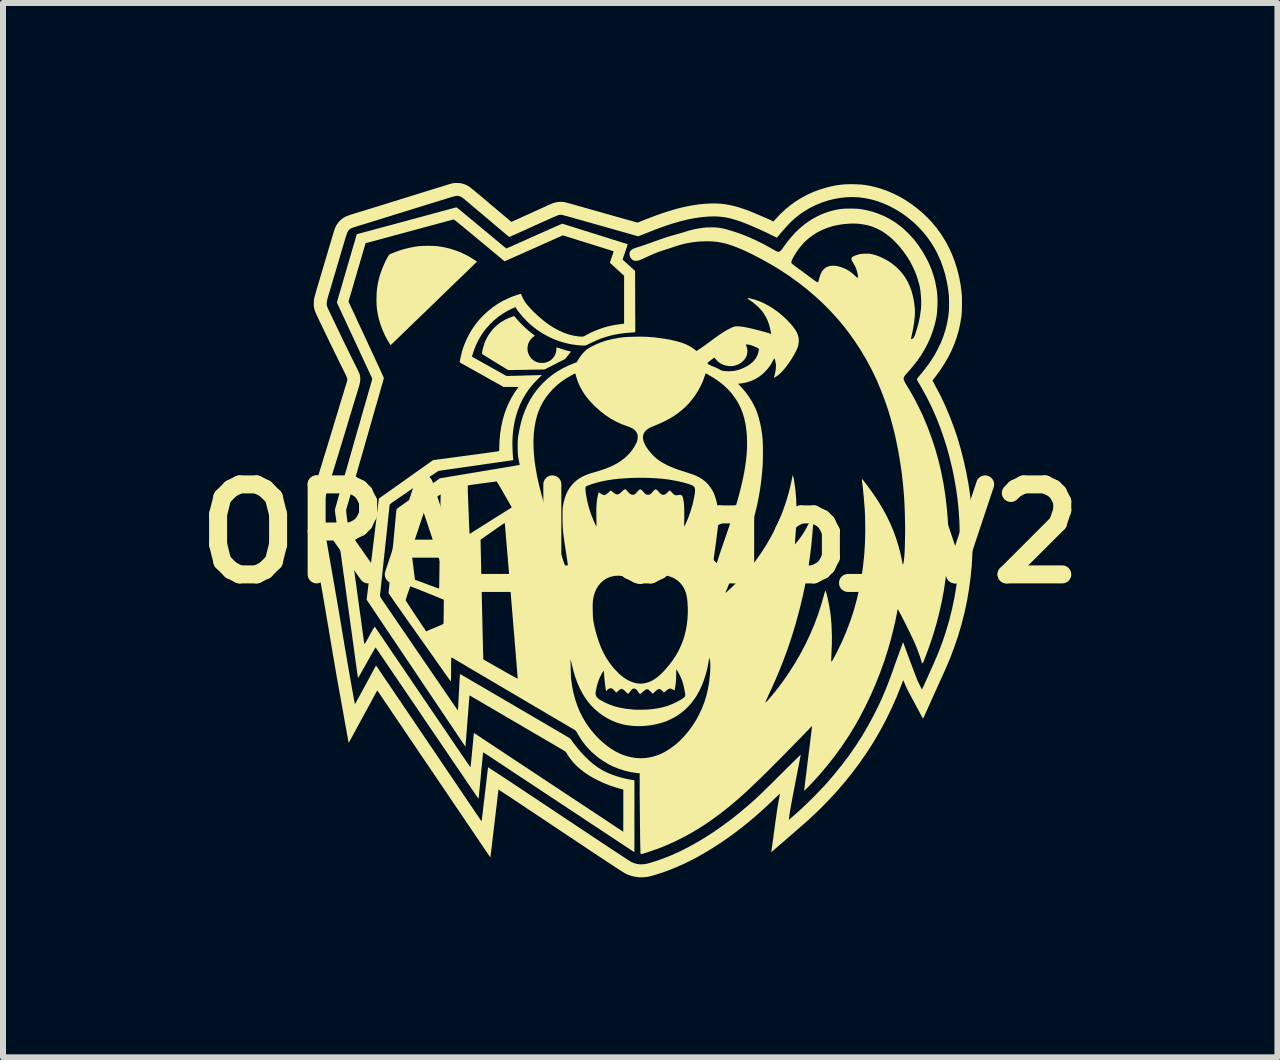
<source format=kicad_pcb>
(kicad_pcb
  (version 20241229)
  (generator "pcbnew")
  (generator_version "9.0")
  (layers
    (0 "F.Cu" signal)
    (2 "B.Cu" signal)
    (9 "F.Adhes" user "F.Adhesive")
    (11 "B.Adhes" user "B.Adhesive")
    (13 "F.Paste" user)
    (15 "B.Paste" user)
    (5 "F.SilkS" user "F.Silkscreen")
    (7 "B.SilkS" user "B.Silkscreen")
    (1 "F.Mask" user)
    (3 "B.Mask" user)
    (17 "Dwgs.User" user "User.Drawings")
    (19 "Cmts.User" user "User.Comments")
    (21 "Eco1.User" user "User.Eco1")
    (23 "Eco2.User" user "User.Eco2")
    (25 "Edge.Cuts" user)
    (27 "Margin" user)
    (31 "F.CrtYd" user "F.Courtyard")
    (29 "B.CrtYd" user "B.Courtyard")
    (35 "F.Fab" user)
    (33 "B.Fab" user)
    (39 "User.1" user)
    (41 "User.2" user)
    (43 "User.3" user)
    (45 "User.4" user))
  (footprint "ORA_Logo_V2"
    (layer "F.Cu")
    (at 7.621 5.846)
    (property "Reference" "ORA_Logo_V2" (at 0 0 0) (layer "F.SilkS") (effects (font (size 1.5 1.5) (thickness 0.3))))
    (attr board_only exclude_from_pos_files exclude_from_bom)
    (fp_poly (pts (xy -2.088 -3.615) (xy -2.056 -3.576) (xy -2.018 -3.534) (xy -1.976 -3.491) (xy -1.932 -3.447) (xy -1.887 -3.406) (xy -1.842 -3.368) (xy -1.799 -3.334) (xy -1.789 -3.327) (xy -1.776 -3.316) (xy -1.765 -3.308) (xy -1.758 -3.302) (xy -1.756 -3.3) (xy -1.759 -3.297) (xy -1.767 -3.291) (xy -1.778 -3.283) (xy -1.81 -3.256) (xy -1.837 -3.223) (xy -1.858 -3.185) (xy -1.867 -3.162) (xy -1.875 -3.126) (xy -1.879 -3.088) (xy -1.876 -3.049) (xy -1.869 -3.016) (xy -1.852 -2.975) (xy -1.829 -2.939) (xy -1.801 -2.908) (xy -1.768 -2.882) (xy -1.731 -2.863) (xy -1.69 -2.851) (xy -1.65 -2.846) (xy -1.605 -2.847) (xy -1.563 -2.856) (xy -1.524 -2.872) (xy -1.488 -2.894) (xy -1.457 -2.924) (xy -1.444 -2.94) (xy -1.421 -2.976) (xy -1.406 -3.015) (xy -1.398 -3.056) (xy -1.397 -3.07) (xy -1.396 -3.088) (xy -1.395 -3.099) (xy -1.393 -3.105) (xy -1.391 -3.107) (xy -1.389 -3.106) (xy -1.376 -3.101) (xy -1.357 -3.095) (xy -1.334 -3.087) (xy -1.308 -3.079) (xy -1.281 -3.07) (xy -1.255 -3.062) (xy -1.23 -3.055) (xy -1.211 -3.05) (xy -1.152 -3.035) (xy -1.165 -3.019) (xy -1.173 -3.01) (xy -1.184 -2.996) (xy -1.197 -2.979) (xy -1.211 -2.961) (xy -1.214 -2.958) (xy -1.249 -2.913) (xy -1.422 -2.825) (xy -1.595 -2.737) (xy -1.865 -2.733) (xy -1.912 -2.732) (xy -1.957 -2.731) (xy -1.999 -2.73) (xy -2.039 -2.73) (xy -2.075 -2.729) (xy -2.106 -2.728) (xy -2.131 -2.728) (xy -2.151 -2.728) (xy -2.163 -2.727) (xy -2.166 -2.727) (xy -2.182 -2.727) (xy -2.196 -2.729) (xy -2.205 -2.73) (xy -2.206 -2.731) (xy -2.21 -2.733) (xy -2.217 -2.737) (xy -2.228 -2.744) (xy -2.243 -2.753) (xy -2.262 -2.764) (xy -2.285 -2.779) (xy -2.314 -2.796) (xy -2.348 -2.817) (xy -2.387 -2.842) (xy -2.433 -2.87) (xy -2.485 -2.902) (xy -2.488 -2.904) (xy -2.518 -2.923) (xy -2.546 -2.94) (xy -2.571 -2.955) (xy -2.593 -2.969) (xy -2.611 -2.979) (xy -2.623 -2.987) (xy -2.63 -2.991) (xy -2.631 -2.991) (xy -2.635 -2.997) (xy -2.636 -3.009) (xy -2.634 -3.026) (xy -2.631 -3.048) (xy -2.625 -3.074) (xy -2.618 -3.102) (xy -2.609 -3.132) (xy -2.599 -3.162) (xy -2.589 -3.192) (xy -2.577 -3.22) (xy -2.567 -3.242) (xy -2.53 -3.309) (xy -2.487 -3.37) (xy -2.439 -3.427) (xy -2.384 -3.478) (xy -2.325 -3.523) (xy -2.261 -3.562) (xy -2.192 -3.595) (xy -2.146 -3.612) (xy -2.098 -3.628)) (stroke (width 0) (type solid)) (fill yes) (layer "F.SilkS"))
    (fp_poly (pts (xy -3.493 -4.798) (xy -3.451 -4.797) (xy -3.412 -4.795) (xy -3.379 -4.792) (xy -3.373 -4.791) (xy -3.27 -4.775) (xy -3.169 -4.751) (xy -3.072 -4.72) (xy -2.978 -4.683) (xy -2.888 -4.639) (xy -2.878 -4.634) (xy -2.864 -4.626) (xy -2.847 -4.616) (xy -2.827 -4.604) (xy -2.806 -4.591) (xy -2.785 -4.578) (xy -2.765 -4.565) (xy -2.748 -4.554) (xy -2.734 -4.545) (xy -2.724 -4.538) (xy -2.72 -4.535) (xy -2.72 -4.535) (xy -2.723 -4.532) (xy -2.731 -4.524) (xy -2.744 -4.511) (xy -2.762 -4.494) (xy -2.783 -4.473) (xy -2.808 -4.449) (xy -2.837 -4.421) (xy -2.868 -4.391) (xy -2.901 -4.359) (xy -2.936 -4.325) (xy -2.949 -4.312) (xy -2.987 -4.276) (xy -3.024 -4.24) (xy -3.06 -4.206) (xy -3.094 -4.173) (xy -3.126 -4.142) (xy -3.155 -4.114) (xy -3.181 -4.089) (xy -3.202 -4.068) (xy -3.22 -4.051) (xy -3.232 -4.039) (xy -3.232 -4.038) (xy -3.245 -4.026) (xy -3.263 -4.009) (xy -3.285 -3.988) (xy -3.311 -3.963) (xy -3.339 -3.935) (xy -3.371 -3.905) (xy -3.403 -3.873) (xy -3.437 -3.84) (xy -3.472 -3.807) (xy -3.475 -3.805) (xy -3.542 -3.739) (xy -3.604 -3.679) (xy -3.661 -3.624) (xy -3.714 -3.574) (xy -3.761 -3.528) (xy -3.805 -3.485) (xy -3.845 -3.447) (xy -3.881 -3.411) (xy -3.915 -3.379) (xy -3.945 -3.35) (xy -3.973 -3.322) (xy -3.999 -3.297) (xy -4.023 -3.274) (xy -4.046 -3.252) (xy -4.067 -3.231) (xy -4.077 -3.222) (xy -4.095 -3.204) (xy -4.113 -3.187) (xy -4.128 -3.173) (xy -4.139 -3.162) (xy -4.147 -3.155) (xy -4.147 -3.155) (xy -4.16 -3.144) (xy -4.168 -3.155) (xy -4.193 -3.193) (xy -4.218 -3.237) (xy -4.244 -3.285) (xy -4.269 -3.337) (xy -4.292 -3.39) (xy -4.313 -3.442) (xy -4.33 -3.492) (xy -4.354 -3.571) (xy -4.372 -3.647) (xy -4.385 -3.723) (xy -4.393 -3.801) (xy -4.396 -3.882) (xy -4.395 -3.946) (xy -4.393 -4.01) (xy -4.388 -4.069) (xy -4.381 -4.125) (xy -4.371 -4.18) (xy -4.358 -4.236) (xy -4.342 -4.296) (xy -4.329 -4.339) (xy -4.312 -4.385) (xy -4.294 -4.432) (xy -4.274 -4.479) (xy -4.254 -4.525) (xy -4.233 -4.567) (xy -4.213 -4.604) (xy -4.196 -4.633) (xy -4.19 -4.642) (xy -4.184 -4.649) (xy -4.178 -4.655) (xy -4.169 -4.66) (xy -4.156 -4.666) (xy -4.138 -4.674) (xy -4.131 -4.676) (xy -4.038 -4.712) (xy -3.947 -4.741) (xy -3.856 -4.764) (xy -3.763 -4.782) (xy -3.693 -4.792) (xy -3.66 -4.795) (xy -3.622 -4.797) (xy -3.581 -4.798) (xy -3.537 -4.799)) (stroke (width 0) (type solid)) (fill yes) (layer "F.SilkS"))
    (fp_poly (pts (xy -3.056 -5.437) (xy -3.053 -5.436) (xy -3.049 -5.432) (xy -3.039 -5.424) (xy -3.024 -5.412) (xy -3.005 -5.396) (xy -2.982 -5.377) (xy -2.956 -5.355) (xy -2.928 -5.332) (xy -2.898 -5.307) (xy -2.892 -5.302) (xy -2.831 -5.252) (xy -2.776 -5.206) (xy -2.726 -5.164) (xy -2.68 -5.126) (xy -2.638 -5.091) (xy -2.6 -5.059) (xy -2.564 -5.03) (xy -2.531 -5.003) (xy -2.5 -4.977) (xy -2.47 -4.952) (xy -2.441 -4.928) (xy -2.412 -4.904) (xy -2.383 -4.879) (xy -2.367 -4.866) (xy -2.231 -4.753) (xy -2.201 -4.767) (xy -2.192 -4.771) (xy -2.176 -4.778) (xy -2.154 -4.787) (xy -2.127 -4.799) (xy -2.097 -4.813) (xy -2.062 -4.828) (xy -2.026 -4.845) (xy -1.987 -4.862) (xy -1.962 -4.873) (xy -1.917 -4.893) (xy -1.866 -4.916) (xy -1.811 -4.94) (xy -1.754 -4.966) (xy -1.696 -4.992) (xy -1.639 -5.017) (xy -1.585 -5.041) (xy -1.535 -5.063) (xy -1.527 -5.067) (xy -1.299 -5.168) (xy -0.937 -5.054) (xy -0.88 -5.037) (xy -0.822 -5.018) (xy -0.764 -5) (xy -0.706 -4.982) (xy -0.65 -4.964) (xy -0.597 -4.947) (xy -0.546 -4.932) (xy -0.5 -4.917) (xy -0.46 -4.904) (xy -0.425 -4.893) (xy -0.404 -4.887) (xy -0.368 -4.876) (xy -0.335 -4.865) (xy -0.304 -4.855) (xy -0.277 -4.847) (xy -0.254 -4.84) (xy -0.237 -4.835) (xy -0.226 -4.831) (xy -0.223 -4.831) (xy -0.214 -4.827) (xy -0.21 -4.823) (xy -0.21 -4.818) (xy -0.214 -4.807) (xy -0.219 -4.79) (xy -0.226 -4.768) (xy -0.235 -4.743) (xy -0.244 -4.714) (xy -0.25 -4.698) (xy -0.26 -4.668) (xy -0.27 -4.64) (xy -0.278 -4.616) (xy -0.284 -4.596) (xy -0.289 -4.582) (xy -0.292 -4.573) (xy -0.292 -4.571) (xy -0.29 -4.565) (xy -0.289 -4.564) (xy -0.285 -4.561) (xy -0.276 -4.553) (xy -0.263 -4.542) (xy -0.246 -4.526) (xy -0.225 -4.508) (xy -0.203 -4.488) (xy -0.185 -4.471) (xy -0.085 -4.38) (xy -0.083 -3.869) (xy -0.083 -3.806) (xy -0.083 -3.745) (xy -0.083 -3.687) (xy -0.082 -3.632) (xy -0.082 -3.58) (xy -0.082 -3.533) (xy -0.082 -3.49) (xy -0.082 -3.453) (xy -0.082 -3.421) (xy -0.082 -3.395) (xy -0.082 -3.375) (xy -0.082 -3.363) (xy -0.082 -3.358) (xy -0.082 -3.358) (xy -0.086 -3.358) (xy -0.096 -3.357) (xy -0.112 -3.356) (xy -0.132 -3.354) (xy -0.15 -3.353) (xy -0.245 -3.345) (xy -0.334 -3.334) (xy -0.419 -3.319) (xy -0.499 -3.301) (xy -0.578 -3.278) (xy -0.655 -3.252) (xy -0.733 -3.22) (xy -0.813 -3.183) (xy -0.822 -3.179) (xy -0.845 -3.167) (xy -0.867 -3.157) (xy -0.885 -3.148) (xy -0.899 -3.142) (xy -0.907 -3.139) (xy -0.908 -3.138) (xy -0.919 -3.136) (xy -0.936 -3.136) (xy -0.959 -3.136) (xy -0.987 -3.138) (xy -1.017 -3.14) (xy -1.05 -3.143) (xy -1.05 -3.143) (xy -1.154 -3.158) (xy -1.256 -3.181) (xy -1.356 -3.211) (xy -1.453 -3.248) (xy -1.546 -3.293) (xy -1.637 -3.344) (xy -1.723 -3.402) (xy -1.806 -3.466) (xy -1.883 -3.536) (xy -1.956 -3.613) (xy -2.014 -3.683) (xy -2.028 -3.701) (xy -2.043 -3.72) (xy -2.055 -3.738) (xy -2.063 -3.749) (xy -2.081 -3.776) (xy -2.112 -3.763) (xy -2.199 -3.721) (xy -2.283 -3.672) (xy -2.363 -3.617) (xy -2.438 -3.555) (xy -2.508 -3.486) (xy -2.574 -3.412) (xy -2.606 -3.371) (xy -2.65 -3.307) (xy -2.691 -3.237) (xy -2.728 -3.162) (xy -2.761 -3.085) (xy -2.788 -3.005) (xy -2.792 -2.993) (xy -2.797 -2.976) (xy -2.801 -2.962) (xy -2.803 -2.953) (xy -2.803 -2.95) (xy -2.8 -2.948) (xy -2.79 -2.943) (xy -2.774 -2.934) (xy -2.753 -2.922) (xy -2.727 -2.908) (xy -2.697 -2.891) (xy -2.663 -2.872) (xy -2.627 -2.851) (xy -2.588 -2.83) (xy -2.56 -2.815) (xy -2.518 -2.791) (xy -2.478 -2.768) (xy -2.438 -2.746) (xy -2.401 -2.726) (xy -2.368 -2.707) (xy -2.338 -2.69) (xy -2.312 -2.676) (xy -2.292 -2.665) (xy -2.278 -2.657) (xy -2.273 -2.654) (xy -2.228 -2.629) (xy -2.005 -2.634) (xy -1.961 -2.635) (xy -1.917 -2.637) (xy -1.874 -2.638) (xy -1.833 -2.639) (xy -1.796 -2.64) (xy -1.763 -2.641) (xy -1.736 -2.641) (xy -1.715 -2.642) (xy -1.71 -2.642) (xy -1.637 -2.645) (xy -1.697 -2.586) (xy -1.743 -2.539) (xy -1.783 -2.496) (xy -1.818 -2.455) (xy -1.847 -2.418) (xy -1.904 -2.336) (xy -1.955 -2.249) (xy -1.999 -2.159) (xy -2.037 -2.065) (xy -2.069 -1.966) (xy -2.094 -1.863) (xy -2.113 -1.754) (xy -2.12 -1.696) (xy -2.125 -1.643) (xy -2.128 -1.583) (xy -2.13 -1.519) (xy -2.129 -1.454) (xy -2.127 -1.388) (xy -2.124 -1.324) (xy -2.119 -1.264) (xy -2.115 -1.232) (xy -2.117 -1.228) (xy -2.126 -1.225) (xy -2.136 -1.223) (xy -2.143 -1.222) (xy -2.157 -1.22) (xy -2.178 -1.217) (xy -2.205 -1.213) (xy -2.239 -1.208) (xy -2.278 -1.203) (xy -2.322 -1.196) (xy -2.372 -1.189) (xy -2.425 -1.182) (xy -2.482 -1.173) (xy -2.543 -1.165) (xy -2.607 -1.156) (xy -2.673 -1.146) (xy -2.741 -1.136) (xy -2.756 -1.134) (xy -2.825 -1.124) (xy -2.891 -1.115) (xy -2.955 -1.106) (xy -3.015 -1.097) (xy -3.072 -1.089) (xy -3.126 -1.081) (xy -3.175 -1.074) (xy -3.219 -1.068) (xy -3.258 -1.062) (xy -3.292 -1.057) (xy -3.319 -1.053) (xy -3.34 -1.05) (xy -3.354 -1.048) (xy -3.361 -1.047) (xy -3.361 -1.047) (xy -3.365 -1.044) (xy -3.376 -1.038) (xy -3.392 -1.027) (xy -3.413 -1.013) (xy -3.438 -0.996) (xy -3.467 -0.977) (xy -3.499 -0.955) (xy -3.535 -0.931) (xy -3.572 -0.905) (xy -3.603 -0.884) (xy -3.648 -0.853) (xy -3.696 -0.821) (xy -3.745 -0.787) (xy -3.795 -0.753) (xy -3.843 -0.72) (xy -3.89 -0.687) (xy -3.934 -0.657) (xy -3.974 -0.63) (xy -4.008 -0.607) (xy -4.05 -0.578) (xy -4.085 -0.554) (xy -4.115 -0.533) (xy -4.138 -0.516) (xy -4.156 -0.503) (xy -4.168 -0.493) (xy -4.175 -0.487) (xy -4.177 -0.484) (xy -4.177 -0.479) (xy -4.178 -0.467) (xy -4.18 -0.448) (xy -4.183 -0.422) (xy -4.186 -0.39) (xy -4.19 -0.352) (xy -4.195 -0.309) (xy -4.2 -0.261) (xy -4.205 -0.208) (xy -4.211 -0.152) (xy -4.218 -0.093) (xy -4.224 -0.03) (xy -4.231 0.036) (xy -4.238 0.103) (xy -4.239 0.107) (xy -4.246 0.177) (xy -4.254 0.246) (xy -4.261 0.315) (xy -4.268 0.382) (xy -4.275 0.446) (xy -4.281 0.508) (xy -4.288 0.566) (xy -4.293 0.62) (xy -4.299 0.669) (xy -4.303 0.713) (xy -4.307 0.752) (xy -4.311 0.784) (xy -4.313 0.809) (xy -4.315 0.822) (xy -4.318 0.856) (xy -4.322 0.888) (xy -4.325 0.918) (xy -4.328 0.945) (xy -4.33 0.967) (xy -4.332 0.983) (xy -4.333 0.988) (xy -4.335 1.004) (xy -4.336 1.018) (xy -4.336 1.029) (xy -4.335 1.039) (xy -4.332 1.049) (xy -4.327 1.061) (xy -4.319 1.074) (xy -4.309 1.091) (xy -4.294 1.112) (xy -4.276 1.139) (xy -4.27 1.148) (xy -4.249 1.178) (xy -4.226 1.212) (xy -4.201 1.248) (xy -4.175 1.286) (xy -4.15 1.322) (xy -4.128 1.356) (xy -4.125 1.36) (xy -4.11 1.382) (xy -4.091 1.409) (xy -4.07 1.441) (xy -4.046 1.476) (xy -4.019 1.515) (xy -3.99 1.557) (xy -3.96 1.601) (xy -3.928 1.647) (xy -3.896 1.695) (xy -3.862 1.744) (xy -3.828 1.794) (xy -3.794 1.844) (xy -3.76 1.894) (xy -3.726 1.943) (xy -3.694 1.991) (xy -3.662 2.037) (xy -3.632 2.081) (xy -3.604 2.122) (xy -3.578 2.16) (xy -3.554 2.195) (xy -3.533 2.226) (xy -3.515 2.252) (xy -3.5 2.274) (xy -3.489 2.289) (xy -3.482 2.299) (xy -3.48 2.302) (xy -3.472 2.314) (xy -3.46 2.332) (xy -3.444 2.355) (xy -3.426 2.382) (xy -3.405 2.413) (xy -3.381 2.447) (xy -3.356 2.483) (xy -3.33 2.522) (xy -3.303 2.562) (xy -3.275 2.602) (xy -3.248 2.642) (xy -3.221 2.682) (xy -3.194 2.72) (xy -3.169 2.757) (xy -3.146 2.791) (xy -3.125 2.822) (xy -3.107 2.849) (xy -3.091 2.871) (xy -3.079 2.889) (xy -3.071 2.901) (xy -3.069 2.904) (xy -3.057 2.922) (xy -3.048 2.935) (xy -3.042 2.941) (xy -3.039 2.943) (xy -3.037 2.941) (xy -3.037 2.935) (xy -3.036 2.923) (xy -3.035 2.903) (xy -3.033 2.878) (xy -3.032 2.847) (xy -3.03 2.811) (xy -3.028 2.772) (xy -3.026 2.729) (xy -3.023 2.683) (xy -3.021 2.638) (xy -3.018 2.591) (xy -3.016 2.545) (xy -3.014 2.503) (xy -3.012 2.464) (xy -3.01 2.429) (xy -3.008 2.4) (xy -3.006 2.375) (xy -3.005 2.357) (xy -3.004 2.346) (xy -3.003 2.342) (xy -3.003 2.342) (xy -3.001 2.342) (xy -2.997 2.344) (xy -2.992 2.346) (xy -2.984 2.35) (xy -2.974 2.356) (xy -2.96 2.363) (xy -2.944 2.373) (xy -2.923 2.385) (xy -2.898 2.399) (xy -2.868 2.417) (xy -2.834 2.437) (xy -2.794 2.46) (xy -2.748 2.487) (xy -2.695 2.518) (xy -2.658 2.539) (xy -2.594 2.577) (xy -2.525 2.617) (xy -2.454 2.659) (xy -2.381 2.701) (xy -2.308 2.744) (xy -2.236 2.787) (xy -2.164 2.828) (xy -2.096 2.868) (xy -2.032 2.906) (xy -1.972 2.941) (xy -1.928 2.966) (xy -1.857 3.008) (xy -1.792 3.046) (xy -1.734 3.08) (xy -1.681 3.111) (xy -1.634 3.138) (xy -1.593 3.163) (xy -1.556 3.184) (xy -1.524 3.203) (xy -1.496 3.219) (xy -1.472 3.233) (xy -1.452 3.245) (xy -1.435 3.255) (xy -1.421 3.263) (xy -1.42 3.264) (xy -1.401 3.275) (xy -1.376 3.29) (xy -1.347 3.307) (xy -1.317 3.324) (xy -1.287 3.342) (xy -1.264 3.355) (xy -1.234 3.373) (xy -1.21 3.387) (xy -1.192 3.398) (xy -1.179 3.407) (xy -1.169 3.414) (xy -1.162 3.421) (xy -1.156 3.426) (xy -1.154 3.43) (xy -1.148 3.439) (xy -1.138 3.453) (xy -1.125 3.47) (xy -1.112 3.489) (xy -1.104 3.499) (xy -1.042 3.578) (xy -0.978 3.652) (xy -0.913 3.721) (xy -0.847 3.784) (xy -0.78 3.841) (xy -0.713 3.891) (xy -0.646 3.933) (xy -0.6 3.959) (xy -0.525 3.994) (xy -0.444 4.025) (xy -0.359 4.053) (xy -0.271 4.077) (xy -0.182 4.096) (xy -0.129 4.105) (xy -0.096 4.11) (xy -0.096 4.709) (xy -0.096 4.778) (xy -0.096 4.844) (xy -0.096 4.908) (xy -0.096 4.969) (xy -0.096 5.026) (xy -0.096 5.079) (xy -0.096 5.128) (xy -0.096 5.171) (xy -0.096 5.21) (xy -0.097 5.243) (xy -0.097 5.27) (xy -0.097 5.29) (xy -0.097 5.303) (xy -0.097 5.309) (xy -0.097 5.309) (xy -0.1 5.307) (xy -0.11 5.301) (xy -0.124 5.291) (xy -0.143 5.279) (xy -0.166 5.264) (xy -0.191 5.247) (xy -0.212 5.233) (xy -0.233 5.22) (xy -0.26 5.202) (xy -0.292 5.181) (xy -0.329 5.156) (xy -0.369 5.13) (xy -0.412 5.101) (xy -0.458 5.071) (xy -0.505 5.04) (xy -0.553 5.008) (xy -0.601 4.976) (xy -0.628 4.958) (xy -0.681 4.923) (xy -0.739 4.885) (xy -0.799 4.845) (xy -0.862 4.804) (xy -0.925 4.762) (xy -0.987 4.72) (xy -1.048 4.68) (xy -1.106 4.642) (xy -1.159 4.607) (xy -1.202 4.579) (xy -1.249 4.547) (xy -1.298 4.515) (xy -1.348 4.482) (xy -1.397 4.449) (xy -1.446 4.417) (xy -1.492 4.387) (xy -1.535 4.358) (xy -1.575 4.332) (xy -1.609 4.309) (xy -1.632 4.294) (xy -1.728 4.23) (xy -1.818 4.171) (xy -1.901 4.116) (xy -1.978 4.065) (xy -2.05 4.018) (xy -2.116 3.974) (xy -2.176 3.934) (xy -2.232 3.897) (xy -2.282 3.864) (xy -2.328 3.833) (xy -2.37 3.806) (xy -2.407 3.781) (xy -2.441 3.759) (xy -2.47 3.74) (xy -2.496 3.722) (xy -2.519 3.707) (xy -2.539 3.694) (xy -2.556 3.683) (xy -2.57 3.674) (xy -2.582 3.666) (xy -2.592 3.66) (xy -2.6 3.655) (xy -2.606 3.651) (xy -2.61 3.649) (xy -2.613 3.647) (xy -2.616 3.646) (xy -2.617 3.645) (xy -2.618 3.645) (xy -2.618 3.645) (xy -2.618 3.645) (xy -2.619 3.649) (xy -2.62 3.661) (xy -2.622 3.679) (xy -2.624 3.704) (xy -2.627 3.734) (xy -2.631 3.77) (xy -2.635 3.811) (xy -2.639 3.855) (xy -2.644 3.903) (xy -2.649 3.955) (xy -2.654 4.009) (xy -2.656 4.032) (xy -2.661 4.087) (xy -2.666 4.14) (xy -2.671 4.189) (xy -2.675 4.235) (xy -2.68 4.278) (xy -2.683 4.315) (xy -2.686 4.348) (xy -2.689 4.376) (xy -2.691 4.397) (xy -2.693 4.411) (xy -2.694 4.419) (xy -2.694 4.419) (xy -2.696 4.416) (xy -2.703 4.407) (xy -2.713 4.392) (xy -2.728 4.371) (xy -2.745 4.345) (xy -2.766 4.315) (xy -2.79 4.28) (xy -2.817 4.241) (xy -2.846 4.199) (xy -2.877 4.153) (xy -2.91 4.104) (xy -2.944 4.053) (xy -2.98 4) (xy -3.001 3.97) (xy -3.043 3.909) (xy -3.086 3.845) (xy -3.131 3.779) (xy -3.176 3.713) (xy -3.221 3.646) (xy -3.266 3.579) (xy -3.311 3.514) (xy -3.353 3.451) (xy -3.394 3.391) (xy -3.432 3.335) (xy -3.467 3.284) (xy -3.498 3.238) (xy -3.513 3.217) (xy -3.547 3.166) (xy -3.585 3.111) (xy -3.625 3.051) (xy -3.668 2.987) (xy -3.712 2.922) (xy -3.757 2.856) (xy -3.802 2.79) (xy -3.846 2.725) (xy -3.888 2.663) (xy -3.928 2.605) (xy -3.95 2.572) (xy -3.982 2.525) (xy -4.014 2.478) (xy -4.044 2.434) (xy -4.072 2.392) (xy -4.099 2.353) (xy -4.123 2.317) (xy -4.145 2.285) (xy -4.164 2.257) (xy -4.18 2.234) (xy -4.192 2.217) (xy -4.2 2.205) (xy -4.203 2.2) (xy -4.21 2.19) (xy -4.22 2.174) (xy -4.234 2.154) (xy -4.251 2.13) (xy -4.269 2.102) (xy -4.289 2.073) (xy -4.31 2.043) (xy -4.313 2.038) (xy -4.332 2.009) (xy -4.351 1.982) (xy -4.367 1.958) (xy -4.382 1.936) (xy -4.393 1.92) (xy -4.402 1.908) (xy -4.406 1.901) (xy -4.407 1.901) (xy -4.408 1.899) (xy -4.409 1.898) (xy -4.41 1.898) (xy -4.412 1.899) (xy -4.414 1.901) (xy -4.417 1.905) (xy -4.421 1.912) (xy -4.427 1.921) (xy -4.435 1.934) (xy -4.444 1.951) (xy -4.456 1.972) (xy -4.471 1.997) (xy -4.488 2.028) (xy -4.508 2.064) (xy -4.532 2.106) (xy -4.559 2.154) (xy -4.567 2.167) (xy -4.589 2.208) (xy -4.611 2.246) (xy -4.631 2.281) (xy -4.649 2.313) (xy -4.665 2.342) (xy -4.679 2.366) (xy -4.69 2.385) (xy -4.698 2.398) (xy -4.702 2.406) (xy -4.703 2.407) (xy -4.704 2.404) (xy -4.705 2.396) (xy -4.707 2.382) (xy -4.71 2.362) (xy -4.714 2.336) (xy -4.719 2.303) (xy -4.724 2.265) (xy -4.73 2.22) (xy -4.738 2.167) (xy -4.746 2.108) (xy -4.755 2.042) (xy -4.765 1.969) (xy -4.776 1.888) (xy -4.788 1.799) (xy -4.789 1.796) (xy -4.794 1.756) (xy -4.799 1.717) (xy -4.805 1.68) (xy -4.809 1.647) (xy -4.813 1.618) (xy -4.816 1.595) (xy -4.819 1.577) (xy -4.82 1.566) (xy -4.821 1.564) (xy -4.823 1.552) (xy -4.825 1.533) (xy -4.828 1.51) (xy -4.832 1.485) (xy -4.835 1.464) (xy -4.838 1.44) (xy -4.842 1.409) (xy -4.847 1.371) (xy -4.853 1.33) (xy -4.859 1.284) (xy -4.866 1.235) (xy -4.873 1.185) (xy -4.88 1.134) (xy -4.887 1.084) (xy -4.894 1.034) (xy -4.9 0.987) (xy -4.906 0.944) (xy -4.911 0.905) (xy -4.913 0.896) (xy -4.915 0.878) (xy -4.919 0.853) (xy -4.923 0.821) (xy -4.928 0.782) (xy -4.934 0.738) (xy -4.941 0.69) (xy -4.949 0.636) (xy -4.956 0.579) (xy -4.965 0.519) (xy -4.973 0.456) (xy -4.982 0.392) (xy -4.991 0.325) (xy -5.001 0.258) (xy -5.003 0.242) (xy -5.012 0.176) (xy -5.021 0.113) (xy -5.029 0.051) (xy -5.037 -0.008) (xy -5.045 -0.064) (xy -5.052 -0.116) (xy -5.059 -0.164) (xy -5.065 -0.208) (xy -5.07 -0.246) (xy -5.074 -0.278) (xy -5.078 -0.304) (xy -5.081 -0.324) (xy -5.082 -0.336) (xy -5.083 -0.339) (xy -5.085 -0.358) (xy -5.087 -0.375) (xy -5.089 -0.387) (xy -4.901 -0.387) (xy -4.901 -0.379) (xy -4.9 -0.369) (xy -4.899 -0.356) (xy -4.897 -0.34) (xy -4.895 -0.321) (xy -4.892 -0.297) (xy -4.888 -0.269) (xy -4.884 -0.235) (xy -4.879 -0.196) (xy -4.873 -0.151) (xy -4.865 -0.1) (xy -4.857 -0.041) (xy -4.848 0.025) (xy -4.847 0.034) (xy -4.838 0.1) (xy -4.828 0.17) (xy -4.818 0.243) (xy -4.808 0.317) (xy -4.798 0.392) (xy -4.787 0.466) (xy -4.778 0.538) (xy -4.768 0.607) (xy -4.759 0.671) (xy -4.751 0.73) (xy -4.745 0.776) (xy -4.737 0.829) (xy -4.73 0.883) (xy -4.723 0.936) (xy -4.716 0.988) (xy -4.709 1.037) (xy -4.703 1.082) (xy -4.697 1.124) (xy -4.692 1.16) (xy -4.688 1.19) (xy -4.685 1.213) (xy -4.684 1.214) (xy -4.68 1.25) (xy -4.674 1.288) (xy -4.669 1.327) (xy -4.664 1.364) (xy -4.659 1.398) (xy -4.656 1.418) (xy -4.652 1.448) (xy -4.648 1.479) (xy -4.644 1.51) (xy -4.64 1.537) (xy -4.637 1.559) (xy -4.637 1.56) (xy -4.634 1.579) (xy -4.631 1.605) (xy -4.627 1.635) (xy -4.622 1.667) (xy -4.618 1.699) (xy -4.615 1.722) (xy -4.611 1.751) (xy -4.607 1.778) (xy -4.604 1.801) (xy -4.601 1.819) (xy -4.599 1.832) (xy -4.597 1.838) (xy -4.597 1.838) (xy -4.595 1.837) (xy -4.588 1.829) (xy -4.579 1.815) (xy -4.566 1.795) (xy -4.551 1.769) (xy -4.533 1.737) (xy -4.514 1.702) (xy -4.511 1.696) (xy -4.505 1.685) (xy -4.496 1.669) (xy -4.485 1.649) (xy -4.472 1.627) (xy -4.469 1.621) (xy -4.455 1.596) (xy -4.444 1.578) (xy -4.436 1.565) (xy -4.43 1.557) (xy -4.426 1.553) (xy -4.423 1.552) (xy -4.422 1.553) (xy -4.419 1.558) (xy -4.412 1.568) (xy -4.401 1.583) (xy -4.388 1.602) (xy -4.373 1.624) (xy -4.358 1.646) (xy -4.308 1.719) (xy -4.263 1.787) (xy -4.22 1.85) (xy -4.179 1.91) (xy -4.139 1.969) (xy -4.1 2.027) (xy -4.06 2.085) (xy -4.027 2.134) (xy -4.018 2.147) (xy -4.005 2.166) (xy -3.989 2.19) (xy -3.969 2.219) (xy -3.947 2.252) (xy -3.922 2.288) (xy -3.896 2.327) (xy -3.868 2.368) (xy -3.839 2.411) (xy -3.809 2.454) (xy -3.803 2.464) (xy -3.773 2.508) (xy -3.744 2.551) (xy -3.716 2.592) (xy -3.689 2.632) (xy -3.664 2.669) (xy -3.641 2.702) (xy -3.621 2.732) (xy -3.603 2.758) (xy -3.59 2.778) (xy -3.58 2.792) (xy -3.578 2.794) (xy -3.568 2.81) (xy -3.553 2.831) (xy -3.536 2.857) (xy -3.516 2.887) (xy -3.493 2.919) (xy -3.47 2.954) (xy -3.446 2.989) (xy -3.422 3.025) (xy -3.403 3.053) (xy -3.38 3.087) (xy -3.353 3.126) (xy -3.324 3.169) (xy -3.292 3.216) (xy -3.258 3.266) (xy -3.223 3.317) (xy -3.187 3.371) (xy -3.151 3.424) (xy -3.114 3.478) (xy -3.079 3.53) (xy -3.069 3.546) (xy -3.036 3.593) (xy -3.005 3.639) (xy -2.976 3.682) (xy -2.948 3.722) (xy -2.922 3.759) (xy -2.899 3.793) (xy -2.879 3.822) (xy -2.861 3.847) (xy -2.847 3.867) (xy -2.837 3.882) (xy -2.83 3.891) (xy -2.828 3.893) (xy -2.827 3.889) (xy -2.826 3.877) (xy -2.824 3.859) (xy -2.821 3.835) (xy -2.818 3.805) (xy -2.815 3.771) (xy -2.811 3.732) (xy -2.807 3.691) (xy -2.803 3.646) (xy -2.801 3.621) (xy -2.796 3.575) (xy -2.792 3.531) (xy -2.788 3.489) (xy -2.785 3.451) (xy -2.782 3.418) (xy -2.779 3.389) (xy -2.776 3.366) (xy -2.775 3.349) (xy -2.773 3.338) (xy -2.773 3.336) (xy -2.77 3.322) (xy -2.68 3.381) (xy -2.656 3.397) (xy -2.627 3.417) (xy -2.594 3.439) (xy -2.558 3.462) (xy -2.521 3.487) (xy -2.484 3.511) (xy -2.449 3.534) (xy -2.446 3.536) (xy -2.347 3.602) (xy -2.247 3.668) (xy -2.148 3.734) (xy -2.047 3.801) (xy -1.943 3.869) (xy -1.836 3.94) (xy -1.724 4.014) (xy -1.606 4.092) (xy -1.596 4.099) (xy -1.562 4.121) (xy -1.524 4.147) (xy -1.482 4.174) (xy -1.44 4.202) (xy -1.399 4.229) (xy -1.36 4.255) (xy -1.342 4.267) (xy -1.276 4.311) (xy -1.215 4.351) (xy -1.161 4.387) (xy -1.112 4.419) (xy -1.067 4.449) (xy -1.027 4.475) (xy -0.992 4.499) (xy -0.959 4.52) (xy -0.93 4.539) (xy -0.904 4.557) (xy -0.879 4.573) (xy -0.857 4.588) (xy -0.846 4.595) (xy -0.809 4.619) (xy -0.77 4.645) (xy -0.73 4.672) (xy -0.688 4.699) (xy -0.646 4.727) (xy -0.603 4.755) (xy -0.561 4.783) (xy -0.521 4.81) (xy -0.482 4.836) (xy -0.445 4.86) (xy -0.411 4.883) (xy -0.38 4.903) (xy -0.353 4.921) (xy -0.331 4.936) (xy -0.314 4.947) (xy -0.302 4.955) (xy -0.296 4.959) (xy -0.296 4.959) (xy -0.282 4.969) (xy -0.281 4.618) (xy -0.281 4.566) (xy -0.281 4.516) (xy -0.281 4.469) (xy -0.281 4.425) (xy -0.281 4.386) (xy -0.281 4.351) (xy -0.281 4.321) (xy -0.281 4.297) (xy -0.281 4.28) (xy -0.281 4.269) (xy -0.282 4.266) (xy -0.286 4.264) (xy -0.296 4.261) (xy -0.312 4.257) (xy -0.33 4.252) (xy -0.337 4.25) (xy -0.429 4.223) (xy -0.521 4.191) (xy -0.611 4.155) (xy -0.697 4.115) (xy -0.78 4.072) (xy -0.858 4.026) (xy -0.931 3.977) (xy -0.998 3.925) (xy -1.057 3.873) (xy -1.058 3.872) (xy -1.104 3.825) (xy -1.147 3.774) (xy -1.186 3.722) (xy -1.22 3.67) (xy -1.228 3.656) (xy -1.233 3.647) (xy -1.239 3.639) (xy -1.246 3.633) (xy -1.256 3.625) (xy -1.27 3.616) (xy -1.29 3.605) (xy -1.291 3.603) (xy -1.306 3.595) (xy -1.327 3.582) (xy -1.354 3.567) (xy -1.387 3.547) (xy -1.425 3.525) (xy -1.468 3.5) (xy -1.515 3.472) (xy -1.567 3.442) (xy -1.621 3.41) (xy -1.679 3.376) (xy -1.74 3.341) (xy -1.803 3.304) (xy -1.867 3.266) (xy -1.934 3.227) (xy -2.001 3.188) (xy -2.024 3.174) (xy -2.068 3.149) (xy -2.113 3.123) (xy -2.158 3.096) (xy -2.202 3.071) (xy -2.244 3.046) (xy -2.283 3.023) (xy -2.319 3.002) (xy -2.349 2.984) (xy -2.374 2.97) (xy -2.374 2.97) (xy -2.442 2.93) (xy -2.502 2.895) (xy -2.557 2.863) (xy -2.605 2.834) (xy -2.648 2.809) (xy -2.686 2.787) (xy -2.719 2.768) (xy -2.747 2.752) (xy -2.77 2.738) (xy -2.79 2.727) (xy -2.806 2.717) (xy -2.819 2.71) (xy -2.829 2.704) (xy -2.836 2.701) (xy -2.84 2.698) (xy -2.843 2.697) (xy -2.844 2.696) (xy -2.845 2.7) (xy -2.846 2.712) (xy -2.848 2.73) (xy -2.85 2.755) (xy -2.852 2.785) (xy -2.855 2.821) (xy -2.859 2.862) (xy -2.862 2.907) (xy -2.866 2.956) (xy -2.87 3.008) (xy -2.875 3.062) (xy -2.878 3.107) (xy -2.882 3.164) (xy -2.886 3.219) (xy -2.89 3.272) (xy -2.894 3.321) (xy -2.898 3.366) (xy -2.901 3.407) (xy -2.904 3.444) (xy -2.907 3.475) (xy -2.909 3.5) (xy -2.91 3.518) (xy -2.911 3.53) (xy -2.912 3.534) (xy -2.914 3.549) (xy -3.062 3.33) (xy -3.09 3.287) (xy -3.122 3.239) (xy -3.157 3.187) (xy -3.194 3.133) (xy -3.232 3.077) (xy -3.27 3.02) (xy -3.307 2.965) (xy -3.342 2.912) (xy -3.376 2.863) (xy -3.381 2.854) (xy -3.414 2.805) (xy -3.45 2.752) (xy -3.488 2.695) (xy -3.528 2.637) (xy -3.567 2.578) (xy -3.606 2.52) (xy -3.643 2.465) (xy -3.678 2.413) (xy -3.709 2.367) (xy -3.712 2.362) (xy -3.739 2.321) (xy -3.767 2.28) (xy -3.794 2.24) (xy -3.82 2.201) (xy -3.844 2.165) (xy -3.866 2.132) (xy -3.886 2.103) (xy -3.902 2.079) (xy -3.914 2.061) (xy -3.919 2.054) (xy -3.932 2.034) (xy -3.95 2.008) (xy -3.97 1.979) (xy -3.991 1.946) (xy -4.014 1.913) (xy -4.037 1.879) (xy -4.057 1.848) (xy -4.089 1.801) (xy -4.124 1.749) (xy -4.163 1.692) (xy -4.204 1.63) (xy -4.25 1.562) (xy -4.299 1.489) (xy -4.352 1.41) (xy -4.409 1.325) (xy -4.461 1.247) (xy -4.56 1.1) (xy -4.492 0.539) (xy -4.484 0.467) (xy -4.475 0.393) (xy -4.466 0.318) (xy -4.457 0.243) (xy -4.448 0.169) (xy -4.439 0.096) (xy -4.43 0.026) (xy -4.422 -0.041) (xy -4.415 -0.105) (xy -4.408 -0.164) (xy -4.401 -0.217) (xy -4.395 -0.263) (xy -4.391 -0.303) (xy -4.391 -0.304) (xy -4.385 -0.35) (xy -4.38 -0.394) (xy -4.375 -0.436) (xy -4.37 -0.473) (xy -4.366 -0.506) (xy -4.362 -0.535) (xy -4.36 -0.557) (xy -4.357 -0.574) (xy -4.356 -0.584) (xy -4.356 -0.586) (xy -4.352 -0.589) (xy -4.343 -0.595) (xy -4.328 -0.606) (xy -4.307 -0.621) (xy -4.281 -0.639) (xy -4.251 -0.66) (xy -4.216 -0.685) (xy -4.178 -0.712) (xy -4.135 -0.742) (xy -4.09 -0.774) (xy -4.042 -0.808) (xy -3.991 -0.844) (xy -3.939 -0.881) (xy -3.903 -0.907) (xy -3.451 -1.227) (xy -3.311 -1.245) (xy -3.194 -1.261) (xy -3.085 -1.275) (xy -2.985 -1.289) (xy -2.891 -1.301) (xy -2.806 -1.313) (xy -2.728 -1.323) (xy -2.658 -1.333) (xy -2.595 -1.341) (xy -2.539 -1.349) (xy -2.491 -1.356) (xy -2.45 -1.362) (xy -2.417 -1.366) (xy -2.39 -1.37) (xy -2.37 -1.374) (xy -2.358 -1.376) (xy -2.352 -1.377) (xy -2.352 -1.377) (xy -2.351 -1.383) (xy -2.35 -1.394) (xy -2.349 -1.411) (xy -2.349 -1.431) (xy -2.349 -1.442) (xy -2.344 -1.557) (xy -2.334 -1.67) (xy -2.317 -1.78) (xy -2.294 -1.887) (xy -2.265 -1.99) (xy -2.23 -2.089) (xy -2.189 -2.183) (xy -2.142 -2.273) (xy -2.09 -2.357) (xy -2.078 -2.374) (xy -2.066 -2.392) (xy -2.055 -2.408) (xy -2.045 -2.421) (xy -2.039 -2.429) (xy -2.038 -2.429) (xy -2.032 -2.438) (xy -2.028 -2.443) (xy -2.028 -2.444) (xy -2.032 -2.444) (xy -2.043 -2.445) (xy -2.06 -2.445) (xy -2.082 -2.446) (xy -2.108 -2.446) (xy -2.138 -2.446) (xy -2.153 -2.446) (xy -2.278 -2.446) (xy -2.43 -2.532) (xy -2.476 -2.557) (xy -2.522 -2.583) (xy -2.57 -2.61) (xy -2.617 -2.637) (xy -2.664 -2.663) (xy -2.71 -2.689) (xy -2.755 -2.714) (xy -2.797 -2.737) (xy -2.836 -2.759) (xy -2.872 -2.779) (xy -2.904 -2.797) (xy -2.931 -2.812) (xy -2.953 -2.825) (xy -2.97 -2.834) (xy -2.979 -2.839) (xy -2.996 -2.848) (xy -3.005 -2.856) (xy -3.008 -2.861) (xy -3.008 -2.869) (xy -3.005 -2.884) (xy -3.001 -2.903) (xy -2.996 -2.926) (xy -2.991 -2.95) (xy -2.985 -2.976) (xy -2.979 -3) (xy -2.974 -3.022) (xy -2.971 -3.034) (xy -2.943 -3.121) (xy -2.908 -3.208) (xy -2.867 -3.295) (xy -2.82 -3.379) (xy -2.784 -3.435) (xy -2.75 -3.483) (xy -2.716 -3.527) (xy -2.68 -3.57) (xy -2.64 -3.613) (xy -2.617 -3.637) (xy -2.542 -3.706) (xy -2.464 -3.769) (xy -2.382 -3.826) (xy -2.296 -3.877) (xy -2.203 -3.922) (xy -2.171 -3.936) (xy -2.153 -3.944) (xy -2.132 -3.952) (xy -2.108 -3.96) (xy -2.084 -3.969) (xy -2.06 -3.977) (xy -2.038 -3.985) (xy -2.018 -3.991) (xy -2.003 -3.995) (xy -1.992 -3.998) (xy -1.988 -3.998) (xy -1.986 -3.993) (xy -1.981 -3.982) (xy -1.974 -3.968) (xy -1.967 -3.95) (xy -1.966 -3.95) (xy -1.953 -3.92) (xy -1.937 -3.891) (xy -1.919 -3.863) (xy -1.897 -3.833) (xy -1.872 -3.802) (xy -1.842 -3.768) (xy -1.807 -3.731) (xy -1.775 -3.698) (xy -1.695 -3.623) (xy -1.614 -3.554) (xy -1.534 -3.493) (xy -1.453 -3.44) (xy -1.372 -3.395) (xy -1.291 -3.357) (xy -1.21 -3.327) (xy -1.13 -3.305) (xy -1.125 -3.304) (xy -1.093 -3.298) (xy -1.059 -3.293) (xy -1.026 -3.288) (xy -0.997 -3.286) (xy -0.975 -3.285) (xy -0.961 -3.285) (xy -0.95 -3.287) (xy -0.939 -3.29) (xy -0.926 -3.297) (xy -0.917 -3.302) (xy -0.824 -3.351) (xy -0.727 -3.393) (xy -0.628 -3.429) (xy -0.528 -3.458) (xy -0.428 -3.479) (xy -0.336 -3.492) (xy -0.317 -3.495) (xy -0.3 -3.497) (xy -0.286 -3.498) (xy -0.281 -3.499) (xy -0.268 -3.501) (xy -0.268 -3.9) (xy -0.268 -4.299) (xy -0.349 -4.373) (xy -0.371 -4.394) (xy -0.393 -4.414) (xy -0.414 -4.432) (xy -0.431 -4.448) (xy -0.444 -4.46) (xy -0.452 -4.467) (xy -0.465 -4.479) (xy -0.479 -4.492) (xy -0.489 -4.501) (xy -0.498 -4.509) (xy -0.503 -4.516) (xy -0.504 -4.519) (xy -0.503 -4.524) (xy -0.499 -4.535) (xy -0.494 -4.552) (xy -0.487 -4.573) (xy -0.478 -4.597) (xy -0.472 -4.615) (xy -0.463 -4.64) (xy -0.456 -4.663) (xy -0.449 -4.682) (xy -0.444 -4.696) (xy -0.442 -4.705) (xy -0.441 -4.707) (xy -0.445 -4.708) (xy -0.456 -4.712) (xy -0.473 -4.717) (xy -0.497 -4.725) (xy -0.525 -4.734) (xy -0.558 -4.744) (xy -0.596 -4.756) (xy -0.636 -4.769) (xy -0.68 -4.782) (xy -0.726 -4.797) (xy -0.732 -4.799) (xy -0.783 -4.814) (xy -0.834 -4.831) (xy -0.886 -4.847) (xy -0.937 -4.863) (xy -0.986 -4.878) (xy -1.031 -4.892) (xy -1.073 -4.906) (xy -1.109 -4.917) (xy -1.14 -4.927) (xy -1.155 -4.931) (xy -1.288 -4.973) (xy -1.351 -4.945) (xy -1.366 -4.939) (xy -1.387 -4.929) (xy -1.414 -4.917) (xy -1.446 -4.903) (xy -1.481 -4.887) (xy -1.521 -4.87) (xy -1.562 -4.851) (xy -1.605 -4.832) (xy -1.649 -4.813) (xy -1.662 -4.807) (xy -1.711 -4.785) (xy -1.762 -4.762) (xy -1.815 -4.739) (xy -1.868 -4.715) (xy -1.92 -4.692) (xy -1.97 -4.669) (xy -2.016 -4.649) (xy -2.057 -4.631) (xy -2.086 -4.618) (xy -2.261 -4.54) (xy -2.27 -4.548) (xy -2.275 -4.552) (xy -2.285 -4.561) (xy -2.3 -4.573) (xy -2.319 -4.589) (xy -2.342 -4.608) (xy -2.367 -4.629) (xy -2.394 -4.652) (xy -2.408 -4.663) (xy -2.47 -4.714) (xy -2.537 -4.77) (xy -2.608 -4.829) (xy -2.683 -4.891) (xy -2.76 -4.955) (xy -2.839 -5.021) (xy -2.919 -5.087) (xy -2.964 -5.125) (xy -2.997 -5.151) (xy -3.026 -5.175) (xy -3.052 -5.196) (xy -3.073 -5.213) (xy -3.09 -5.226) (xy -3.102 -5.234) (xy -3.108 -5.238) (xy -3.109 -5.238) (xy -3.111 -5.237) (xy -3.118 -5.236) (xy -3.129 -5.233) (xy -3.143 -5.229) (xy -3.163 -5.224) (xy -3.186 -5.217) (xy -3.215 -5.21) (xy -3.249 -5.201) (xy -3.287 -5.19) (xy -3.331 -5.179) (xy -3.381 -5.165) (xy -3.436 -5.15) (xy -3.497 -5.134) (xy -3.564 -5.116) (xy -3.637 -5.096) (xy -3.717 -5.074) (xy -3.803 -5.051) (xy -3.896 -5.026) (xy -3.996 -4.999) (xy -4.103 -4.97) (xy -4.217 -4.939) (xy -4.339 -4.906) (xy -4.382 -4.894) (xy -4.419 -4.884) (xy -4.454 -4.875) (xy -4.486 -4.867) (xy -4.514 -4.859) (xy -4.537 -4.853) (xy -4.555 -4.849) (xy -4.567 -4.846) (xy -4.571 -4.845) (xy -4.576 -4.841) (xy -4.58 -4.833) (xy -4.58 -4.832) (xy -4.582 -4.826) (xy -4.586 -4.813) (xy -4.591 -4.794) (xy -4.599 -4.768) (xy -4.607 -4.738) (xy -4.618 -4.704) (xy -4.629 -4.665) (xy -4.641 -4.624) (xy -4.654 -4.579) (xy -4.665 -4.543) (xy -4.678 -4.496) (xy -4.692 -4.45) (xy -4.705 -4.406) (xy -4.717 -4.364) (xy -4.728 -4.326) (xy -4.738 -4.292) (xy -4.747 -4.263) (xy -4.753 -4.239) (xy -4.759 -4.222) (xy -4.761 -4.215) (xy -4.765 -4.199) (xy -4.772 -4.176) (xy -4.78 -4.148) (xy -4.789 -4.117) (xy -4.799 -4.083) (xy -4.809 -4.048) (xy -4.819 -4.016) (xy -4.862 -3.87) (xy -4.816 -3.77) (xy -4.805 -3.747) (xy -4.791 -3.717) (xy -4.775 -3.683) (xy -4.757 -3.645) (xy -4.738 -3.604) (xy -4.719 -3.561) (xy -4.699 -3.518) (xy -4.679 -3.476) (xy -4.674 -3.465) (xy -4.629 -3.368) (xy -4.587 -3.278) (xy -4.548 -3.195) (xy -4.513 -3.118) (xy -4.48 -3.048) (xy -4.45 -2.984) (xy -4.423 -2.925) (xy -4.399 -2.873) (xy -4.377 -2.825) (xy -4.357 -2.783) (xy -4.34 -2.746) (xy -4.325 -2.714) (xy -4.313 -2.686) (xy -4.302 -2.662) (xy -4.293 -2.642) (xy -4.286 -2.626) (xy -4.28 -2.614) (xy -4.276 -2.605) (xy -4.274 -2.599) (xy -4.273 -2.595) (xy -4.273 -2.595) (xy -4.273 -2.593) (xy -4.274 -2.589) (xy -4.276 -2.582) (xy -4.278 -2.572) (xy -4.282 -2.56) (xy -4.286 -2.543) (xy -4.292 -2.524) (xy -4.298 -2.5) (xy -4.306 -2.473) (xy -4.315 -2.441) (xy -4.326 -2.405) (xy -4.337 -2.364) (xy -4.35 -2.318) (xy -4.365 -2.267) (xy -4.381 -2.21) (xy -4.399 -2.148) (xy -4.419 -2.079) (xy -4.44 -2.005) (xy -4.463 -1.924) (xy -4.488 -1.836) (xy -4.515 -1.742) (xy -4.544 -1.64) (xy -4.576 -1.531) (xy -4.587 -1.492) (xy -4.601 -1.442) (xy -4.617 -1.386) (xy -4.635 -1.324) (xy -4.654 -1.258) (xy -4.674 -1.189) (xy -4.694 -1.119) (xy -4.714 -1.048) (xy -4.734 -0.978) (xy -4.754 -0.91) (xy -4.772 -0.845) (xy -4.783 -0.808) (xy -4.798 -0.754) (xy -4.813 -0.702) (xy -4.828 -0.652) (xy -4.841 -0.605) (xy -4.853 -0.561) (xy -4.865 -0.522) (xy -4.875 -0.488) (xy -4.883 -0.458) (xy -4.89 -0.435) (xy -4.895 -0.417) (xy -4.898 -0.407) (xy -4.899 -0.404) (xy -4.9 -0.401) (xy -4.901 -0.397) (xy -4.901 -0.393) (xy -4.901 -0.387) (xy -5.089 -0.387) (xy -5.089 -0.387) (xy -5.089 -0.392) (xy -5.088 -0.398) (xy -5.085 -0.411) (xy -5.08 -0.43) (xy -5.073 -0.455) (xy -5.065 -0.483) (xy -5.056 -0.516) (xy -5.046 -0.551) (xy -5.036 -0.589) (xy -5.035 -0.591) (xy -5.025 -0.627) (xy -5.013 -0.669) (xy -4.998 -0.719) (xy -4.982 -0.775) (xy -4.965 -0.836) (xy -4.946 -0.902) (xy -4.926 -0.973) (xy -4.904 -1.048) (xy -4.881 -1.127) (xy -4.858 -1.209) (xy -4.834 -1.293) (xy -4.809 -1.379) (xy -4.784 -1.467) (xy -4.759 -1.556) (xy -4.733 -1.645) (xy -4.708 -1.734) (xy -4.682 -1.822) (xy -4.657 -1.91) (xy -4.633 -1.996) (xy -4.609 -2.08) (xy -4.585 -2.161) (xy -4.581 -2.176) (xy -4.465 -2.581) (xy -4.605 -2.884) (xy -4.631 -2.94) (xy -4.66 -3.001) (xy -4.69 -3.067) (xy -4.721 -3.134) (xy -4.753 -3.202) (xy -4.784 -3.269) (xy -4.815 -3.335) (xy -4.843 -3.396) (xy -4.87 -3.453) (xy -4.88 -3.475) (xy -4.901 -3.521) (xy -4.922 -3.566) (xy -4.943 -3.61) (xy -4.962 -3.651) (xy -4.979 -3.689) (xy -4.995 -3.723) (xy -5.009 -3.752) (xy -5.02 -3.777) (xy -5.029 -3.796) (xy -5.034 -3.808) (xy -5.035 -3.809) (xy -5.056 -3.856) (xy -4.97 -4.149) (xy -4.955 -4.202) (xy -4.939 -4.257) (xy -4.922 -4.313) (xy -4.906 -4.369) (xy -4.89 -4.424) (xy -4.875 -4.476) (xy -4.86 -4.525) (xy -4.848 -4.568) (xy -4.837 -4.606) (xy -4.832 -4.621) (xy -4.82 -4.661) (xy -4.808 -4.704) (xy -4.796 -4.746) (xy -4.784 -4.786) (xy -4.773 -4.824) (xy -4.763 -4.858) (xy -4.755 -4.886) (xy -4.752 -4.895) (xy -4.724 -4.992) (xy -4.485 -5.056) (xy -4.433 -5.07) (xy -4.375 -5.086) (xy -4.313 -5.103) (xy -4.249 -5.12) (xy -4.185 -5.137) (xy -4.122 -5.154) (xy -4.064 -5.17) (xy -4.011 -5.184) (xy -4.009 -5.185) (xy -3.967 -5.196) (xy -3.921 -5.209) (xy -3.87 -5.222) (xy -3.816 -5.237) (xy -3.76 -5.252) (xy -3.702 -5.268) (xy -3.642 -5.284) (xy -3.583 -5.3) (xy -3.523 -5.316) (xy -3.465 -5.332) (xy -3.408 -5.347) (xy -3.354 -5.362) (xy -3.303 -5.376) (xy -3.256 -5.388) (xy -3.214 -5.4) (xy -3.177 -5.41) (xy -3.147 -5.418) (xy -3.123 -5.424) (xy -3.119 -5.425) (xy -3.096 -5.432) (xy -3.079 -5.436) (xy -3.068 -5.438) (xy -3.061 -5.438)) (stroke (width 0) (type solid)) (fill yes) (layer "F.SilkS"))
    (fp_poly (pts (xy -3 -5.843) (xy -2.95 -5.832) (xy -2.903 -5.815) (xy -2.857 -5.79) (xy -2.848 -5.784) (xy -2.834 -5.773) (xy -2.815 -5.758) (xy -2.793 -5.74) (xy -2.766 -5.719) (xy -2.738 -5.695) (xy -2.707 -5.669) (xy -2.675 -5.642) (xy -2.659 -5.629) (xy -2.624 -5.6) (xy -2.588 -5.569) (xy -2.552 -5.539) (xy -2.518 -5.51) (xy -2.485 -5.482) (xy -2.455 -5.457) (xy -2.43 -5.436) (xy -2.409 -5.418) (xy -2.406 -5.416) (xy -2.379 -5.393) (xy -2.347 -5.366) (xy -2.313 -5.338) (xy -2.28 -5.31) (xy -2.249 -5.284) (xy -2.235 -5.272) (xy -2.147 -5.197) (xy -2.135 -5.203) (xy -2.126 -5.206) (xy -2.112 -5.213) (xy -2.092 -5.222) (xy -2.066 -5.233) (xy -2.037 -5.247) (xy -2.004 -5.261) (xy -1.969 -5.278) (xy -1.932 -5.294) (xy -1.893 -5.312) (xy -1.855 -5.329) (xy -1.817 -5.346) (xy -1.78 -5.363) (xy -1.746 -5.379) (xy -1.714 -5.393) (xy -1.686 -5.406) (xy -1.662 -5.417) (xy -1.631 -5.431) (xy -1.601 -5.445) (xy -1.571 -5.458) (xy -1.545 -5.471) (xy -1.523 -5.481) (xy -1.506 -5.488) (xy -1.502 -5.49) (xy -1.446 -5.512) (xy -1.392 -5.526) (xy -1.339 -5.532) (xy -1.287 -5.53) (xy -1.279 -5.529) (xy -1.267 -5.527) (xy -1.248 -5.523) (xy -1.223 -5.517) (xy -1.194 -5.509) (xy -1.16 -5.5) (xy -1.123 -5.49) (xy -1.084 -5.479) (xy -1.075 -5.476) (xy -1.035 -5.465) (xy -0.994 -5.454) (xy -0.954 -5.442) (xy -0.914 -5.431) (xy -0.878 -5.421) (xy -0.847 -5.412) (xy -0.821 -5.404) (xy -0.816 -5.403) (xy -0.798 -5.398) (xy -0.774 -5.391) (xy -0.743 -5.382) (xy -0.707 -5.372) (xy -0.666 -5.361) (xy -0.621 -5.348) (xy -0.573 -5.334) (xy -0.522 -5.32) (xy -0.47 -5.305) (xy -0.418 -5.29) (xy -0.385 -5.281) (xy -0.044 -5.185) (xy 0.061 -5.227) (xy 0.169 -5.269) (xy 0.271 -5.307) (xy 0.367 -5.341) (xy 0.458 -5.371) (xy 0.545 -5.397) (xy 0.628 -5.421) (xy 0.709 -5.441) (xy 0.787 -5.458) (xy 0.863 -5.472) (xy 0.939 -5.484) (xy 0.992 -5.491) (xy 1.084 -5.5) (xy 1.171 -5.504) (xy 1.254 -5.505) (xy 1.335 -5.501) (xy 1.414 -5.492) (xy 1.493 -5.478) (xy 1.574 -5.46) (xy 1.656 -5.436) (xy 1.743 -5.407) (xy 1.79 -5.39) (xy 1.817 -5.38) (xy 1.849 -5.367) (xy 1.886 -5.352) (xy 1.926 -5.335) (xy 1.968 -5.317) (xy 2.011 -5.299) (xy 2.052 -5.281) (xy 2.092 -5.264) (xy 2.127 -5.248) (xy 2.158 -5.235) (xy 2.176 -5.226) (xy 2.222 -5.204) (xy 2.248 -5.234) (xy 2.33 -5.321) (xy 2.415 -5.402) (xy 2.504 -5.475) (xy 2.595 -5.541) (xy 2.691 -5.6) (xy 2.79 -5.653) (xy 2.893 -5.699) (xy 3.001 -5.739) (xy 3.002 -5.739) (xy 3.091 -5.766) (xy 3.175 -5.788) (xy 3.258 -5.805) (xy 3.341 -5.817) (xy 3.425 -5.824) (xy 3.513 -5.826) (xy 3.527 -5.826) (xy 3.612 -5.824) (xy 3.693 -5.819) (xy 3.772 -5.808) (xy 3.852 -5.794) (xy 3.899 -5.783) (xy 4.006 -5.753) (xy 4.112 -5.716) (xy 4.217 -5.671) (xy 4.32 -5.62) (xy 4.42 -5.562) (xy 4.517 -5.497) (xy 4.611 -5.427) (xy 4.701 -5.352) (xy 4.786 -5.272) (xy 4.866 -5.187) (xy 4.94 -5.097) (xy 5.008 -5.004) (xy 5.031 -4.97) (xy 5.095 -4.865) (xy 5.153 -4.755) (xy 5.204 -4.641) (xy 5.248 -4.523) (xy 5.286 -4.401) (xy 5.317 -4.277) (xy 5.341 -4.15) (xy 5.357 -4.021) (xy 5.361 -3.979) (xy 5.363 -3.954) (xy 5.364 -3.923) (xy 5.364 -3.887) (xy 5.364 -3.848) (xy 5.364 -3.808) (xy 5.363 -3.767) (xy 5.362 -3.728) (xy 5.36 -3.692) (xy 5.358 -3.661) (xy 5.356 -3.635) (xy 5.355 -3.629) (xy 5.336 -3.509) (xy 5.311 -3.393) (xy 5.278 -3.278) (xy 5.238 -3.166) (xy 5.191 -3.055) (xy 5.137 -2.946) (xy 5.074 -2.838) (xy 5.005 -2.731) (xy 4.927 -2.624) (xy 4.899 -2.589) (xy 4.889 -2.575) (xy 4.88 -2.563) (xy 4.874 -2.555) (xy 4.873 -2.552) (xy 4.875 -2.548) (xy 4.88 -2.538) (xy 4.888 -2.523) (xy 4.898 -2.504) (xy 4.909 -2.484) (xy 4.909 -2.484) (xy 4.997 -2.319) (xy 5.078 -2.149) (xy 5.153 -1.974) (xy 5.222 -1.794) (xy 5.285 -1.61) (xy 5.341 -1.42) (xy 5.391 -1.226) (xy 5.435 -1.027) (xy 5.469 -0.846) (xy 5.488 -0.725) (xy 5.504 -0.607) (xy 5.517 -0.49) (xy 5.527 -0.372) (xy 5.535 -0.252) (xy 5.54 -0.129) (xy 5.542 -0.000145) (xy 5.542 0.056) (xy 5.542 0.134) (xy 5.541 0.207) (xy 5.539 0.274) (xy 5.537 0.339) (xy 5.534 0.402) (xy 5.53 0.466) (xy 5.527 0.52) (xy 5.508 0.723) (xy 5.481 0.925) (xy 5.447 1.124) (xy 5.405 1.321) (xy 5.355 1.516) (xy 5.298 1.709) (xy 5.232 1.901) (xy 5.166 2.076) (xy 5.16 2.09) (xy 5.155 2.103) (xy 5.149 2.116) (xy 5.144 2.128) (xy 5.139 2.141) (xy 5.133 2.155) (xy 5.127 2.169) (xy 5.12 2.186) (xy 5.112 2.204) (xy 5.102 2.225) (xy 5.092 2.249) (xy 5.08 2.276) (xy 5.066 2.308) (xy 5.05 2.343) (xy 5.032 2.383) (xy 5.011 2.428) (xy 4.988 2.479) (xy 4.963 2.536) (xy 4.934 2.599) (xy 4.905 2.664) (xy 4.883 2.714) (xy 4.861 2.762) (xy 4.84 2.809) (xy 4.82 2.853) (xy 4.801 2.894) (xy 4.785 2.931) (xy 4.77 2.964) (xy 4.757 2.992) (xy 4.747 3.015) (xy 4.74 3.031) (xy 4.736 3.04) (xy 4.726 3.06) (xy 4.719 3.073) (xy 4.714 3.08) (xy 4.712 3.08) (xy 4.705 3.066) (xy 4.694 3.046) (xy 4.68 3.021) (xy 4.665 2.992) (xy 4.648 2.96) (xy 4.629 2.926) (xy 4.609 2.889) (xy 4.589 2.851) (xy 4.569 2.814) (xy 4.549 2.776) (xy 4.53 2.74) (xy 4.511 2.706) (xy 4.495 2.675) (xy 4.48 2.647) (xy 4.468 2.623) (xy 4.458 2.605) (xy 4.452 2.592) (xy 4.45 2.589) (xy 4.439 2.566) (xy 4.427 2.539) (xy 4.415 2.512) (xy 4.406 2.49) (xy 4.398 2.47) (xy 4.392 2.456) (xy 4.388 2.448) (xy 4.385 2.444) (xy 4.383 2.445) (xy 4.381 2.449) (xy 4.381 2.45) (xy 4.378 2.458) (xy 4.373 2.471) (xy 4.366 2.49) (xy 4.358 2.511) (xy 4.349 2.534) (xy 4.349 2.534) (xy 4.27 2.732) (xy 4.184 2.924) (xy 4.092 3.113) (xy 3.992 3.298) (xy 3.886 3.479) (xy 3.773 3.655) (xy 3.653 3.828) (xy 3.525 3.998) (xy 3.409 4.142) (xy 3.268 4.305) (xy 3.122 4.463) (xy 2.971 4.615) (xy 2.824 4.753) (xy 2.808 4.768) (xy 2.786 4.787) (xy 2.76 4.811) (xy 2.729 4.838) (xy 2.694 4.869) (xy 2.655 4.902) (xy 2.614 4.938) (xy 2.571 4.976) (xy 2.526 5.015) (xy 2.481 5.054) (xy 2.434 5.094) (xy 2.388 5.135) (xy 2.342 5.174) (xy 2.297 5.212) (xy 2.262 5.243) (xy 2.243 5.259) (xy 2.226 5.274) (xy 2.211 5.287) (xy 2.2 5.296) (xy 2.194 5.302) (xy 2.194 5.302) (xy 2.185 5.31) (xy 2.187 5.296) (xy 2.188 5.29) (xy 2.189 5.277) (xy 2.192 5.257) (xy 2.196 5.231) (xy 2.2 5.2) (xy 2.205 5.163) (xy 2.211 5.123) (xy 2.217 5.079) (xy 2.223 5.032) (xy 2.23 4.983) (xy 2.233 4.963) (xy 2.242 4.896) (xy 2.25 4.836) (xy 2.257 4.783) (xy 2.264 4.735) (xy 2.27 4.694) (xy 2.275 4.657) (xy 2.28 4.624) (xy 2.284 4.595) (xy 2.288 4.569) (xy 2.292 4.545) (xy 2.296 4.523) (xy 2.299 4.501) (xy 2.303 4.481) (xy 2.307 4.46) (xy 2.311 4.438) (xy 2.314 4.423) (xy 2.319 4.397) (xy 2.323 4.375) (xy 2.326 4.356) (xy 2.328 4.342) (xy 2.329 4.334) (xy 2.329 4.333) (xy 2.326 4.335) (xy 2.318 4.343) (xy 2.305 4.355) (xy 2.289 4.37) (xy 2.27 4.389) (xy 2.248 4.409) (xy 2.233 4.424) (xy 2.117 4.534) (xy 2.003 4.638) (xy 1.891 4.736) (xy 1.78 4.829) (xy 1.669 4.917) (xy 1.557 5.002) (xy 1.444 5.083) (xy 1.329 5.162) (xy 1.314 5.171) (xy 1.193 5.249) (xy 1.075 5.32) (xy 0.96 5.386) (xy 0.845 5.446) (xy 0.732 5.502) (xy 0.617 5.553) (xy 0.502 5.6) (xy 0.406 5.636) (xy 0.375 5.647) (xy 0.34 5.658) (xy 0.305 5.67) (xy 0.269 5.681) (xy 0.234 5.691) (xy 0.203 5.7) (xy 0.175 5.708) (xy 0.153 5.713) (xy 0.148 5.715) (xy 0.104 5.722) (xy 0.057 5.727) (xy 0.012 5.728) (xy -0.029 5.726) (xy -0.032 5.726) (xy -0.091 5.717) (xy -0.152 5.702) (xy -0.211 5.681) (xy -0.248 5.664) (xy -0.255 5.66) (xy -0.268 5.652) (xy -0.285 5.641) (xy -0.308 5.627) (xy -0.336 5.609) (xy -0.37 5.587) (xy -0.408 5.562) (xy -0.453 5.533) (xy -0.503 5.5) (xy -0.559 5.463) (xy -0.621 5.422) (xy -0.689 5.377) (xy -0.763 5.328) (xy -0.843 5.275) (xy -0.929 5.217) (xy -1.022 5.156) (xy -1.121 5.089) (xy -1.2 5.037) (xy -1.306 4.966) (xy -1.404 4.901) (xy -1.497 4.839) (xy -1.584 4.781) (xy -1.664 4.727) (xy -1.74 4.677) (xy -1.809 4.631) (xy -1.874 4.588) (xy -1.933 4.549) (xy -1.987 4.512) (xy -2.037 4.479) (xy -2.082 4.449) (xy -2.123 4.422) (xy -2.16 4.397) (xy -2.193 4.375) (xy -2.223 4.356) (xy -2.249 4.339) (xy -2.271 4.324) (xy -2.291 4.311) (xy -2.308 4.3) (xy -2.322 4.291) (xy -2.333 4.283) (xy -2.343 4.277) (xy -2.35 4.272) (xy -2.355 4.269) (xy -2.359 4.267) (xy -2.361 4.266) (xy -2.362 4.265) (xy -2.362 4.265) (xy -2.363 4.269) (xy -2.364 4.281) (xy -2.366 4.299) (xy -2.369 4.324) (xy -2.373 4.355) (xy -2.377 4.39) (xy -2.382 4.431) (xy -2.387 4.476) (xy -2.393 4.524) (xy -2.399 4.576) (xy -2.406 4.63) (xy -2.41 4.667) (xy -2.421 4.761) (xy -2.431 4.848) (xy -2.441 4.927) (xy -2.449 4.999) (xy -2.457 5.064) (xy -2.464 5.122) (xy -2.47 5.174) (xy -2.475 5.22) (xy -2.48 5.26) (xy -2.484 5.294) (xy -2.488 5.323) (xy -2.491 5.346) (xy -2.493 5.365) (xy -2.495 5.379) (xy -2.496 5.388) (xy -2.497 5.394) (xy -2.497 5.395) (xy -2.5 5.392) (xy -2.506 5.384) (xy -2.514 5.373) (xy -2.519 5.365) (xy -2.525 5.356) (xy -2.536 5.341) (xy -2.549 5.321) (xy -2.566 5.296) (xy -2.585 5.268) (xy -2.606 5.237) (xy -2.628 5.204) (xy -2.651 5.17) (xy -2.655 5.165) (xy -2.679 5.129) (xy -2.703 5.093) (xy -2.727 5.058) (xy -2.749 5.025) (xy -2.77 4.994) (xy -2.788 4.967) (xy -2.804 4.945) (xy -2.814 4.929) (xy -2.825 4.913) (xy -2.84 4.891) (xy -2.859 4.862) (xy -2.882 4.829) (xy -2.909 4.789) (xy -2.938 4.746) (xy -2.971 4.697) (xy -3.007 4.644) (xy -3.045 4.588) (xy -3.086 4.528) (xy -3.128 4.465) (xy -3.173 4.399) (xy -3.219 4.33) (xy -3.267 4.26) (xy -3.316 4.187) (xy -3.359 4.125) (xy -3.386 4.085) (xy -3.412 4.045) (xy -3.439 4.006) (xy -3.464 3.969) (xy -3.487 3.935) (xy -3.508 3.903) (xy -3.527 3.876) (xy -3.542 3.854) (xy -3.553 3.838) (xy -3.554 3.837) (xy -3.571 3.811) (xy -3.591 3.781) (xy -3.613 3.75) (xy -3.634 3.718) (xy -3.653 3.69) (xy -3.655 3.687) (xy -3.671 3.664) (xy -3.685 3.642) (xy -3.7 3.62) (xy -3.715 3.598) (xy -3.731 3.574) (xy -3.748 3.549) (xy -3.767 3.521) (xy -3.788 3.49) (xy -3.811 3.455) (xy -3.838 3.417) (xy -3.868 3.373) (xy -3.901 3.323) (xy -3.925 3.288) (xy -3.977 3.21) (xy -4.029 3.134) (xy -4.08 3.059) (xy -4.129 2.987) (xy -4.175 2.918) (xy -4.219 2.853) (xy -4.26 2.794) (xy -4.296 2.739) (xy -4.314 2.713) (xy -4.382 2.613) (xy -4.393 2.631) (xy -4.397 2.639) (xy -4.404 2.652) (xy -4.415 2.671) (xy -4.428 2.695) (xy -4.443 2.723) (xy -4.46 2.754) (xy -4.478 2.787) (xy -4.497 2.823) (xy -4.501 2.83) (xy -4.548 2.917) (xy -4.592 2.997) (xy -4.632 3.07) (xy -4.668 3.137) (xy -4.701 3.197) (xy -4.73 3.251) (xy -4.756 3.299) (xy -4.779 3.341) (xy -4.799 3.378) (xy -4.816 3.409) (xy -4.83 3.434) (xy -4.841 3.454) (xy -4.849 3.47) (xy -4.855 3.48) (xy -4.859 3.486) (xy -4.859 3.487) (xy -4.86 3.483) (xy -4.862 3.472) (xy -4.866 3.454) (xy -4.87 3.43) (xy -4.875 3.4) (xy -4.882 3.366) (xy -4.889 3.327) (xy -4.896 3.285) (xy -4.904 3.239) (xy -4.913 3.191) (xy -4.917 3.17) (xy -4.927 3.115) (xy -4.937 3.058) (xy -4.947 2.999) (xy -4.958 2.941) (xy -4.968 2.884) (xy -4.978 2.83) (xy -4.987 2.779) (xy -4.995 2.733) (xy -5.002 2.693) (xy -5.007 2.668) (xy -5.017 2.614) (xy -5.026 2.563) (xy -5.035 2.514) (xy -5.043 2.468) (xy -5.051 2.424) (xy -5.059 2.38) (xy -5.066 2.337) (xy -5.074 2.293) (xy -5.081 2.249) (xy -5.089 2.203) (xy -5.098 2.154) (xy -5.106 2.103) (xy -5.116 2.049) (xy -5.126 1.99) (xy -5.136 1.927) (xy -5.148 1.859) (xy -5.16 1.784) (xy -5.174 1.703) (xy -5.189 1.615) (xy -5.19 1.604) (xy -5.212 1.477) (xy -5.233 1.353) (xy -5.254 1.229) (xy -5.275 1.105) (xy -5.297 0.978) (xy -5.32 0.848) (xy -5.343 0.711) (xy -5.351 0.666) (xy -5.368 0.569) (xy -5.384 0.48) (xy -5.398 0.397) (xy -5.411 0.321) (xy -5.424 0.252) (xy -5.435 0.188) (xy -5.445 0.13) (xy -5.454 0.078) (xy -5.463 0.029) (xy -5.47 -0.015) (xy -5.477 -0.055) (xy -5.484 -0.091) (xy -5.49 -0.124) (xy -5.492 -0.136) (xy -5.499 -0.175) (xy -5.504 -0.206) (xy -5.508 -0.232) (xy -5.512 -0.254) (xy -5.514 -0.272) (xy -5.516 -0.288) (xy -5.517 -0.302) (xy -5.518 -0.316) (xy -5.518 -0.332) (xy -5.518 -0.349) (xy -5.518 -0.358) (xy -5.518 -0.36) (xy -5.302 -0.36) (xy -5.302 -0.351) (xy -5.302 -0.341) (xy -5.302 -0.332) (xy -5.301 -0.323) (xy -5.3 -0.312) (xy -5.299 -0.3) (xy -5.297 -0.286) (xy -5.295 -0.269) (xy -5.292 -0.249) (xy -5.288 -0.226) (xy -5.283 -0.198) (xy -5.278 -0.166) (xy -5.271 -0.129) (xy -5.264 -0.085) (xy -5.255 -0.036) (xy -5.245 0.02) (xy -5.234 0.083) (xy -5.232 0.098) (xy -5.217 0.18) (xy -5.204 0.255) (xy -5.192 0.324) (xy -5.181 0.388) (xy -5.17 0.446) (xy -5.161 0.501) (xy -5.152 0.553) (xy -5.143 0.602) (xy -5.135 0.65) (xy -5.126 0.698) (xy -5.118 0.745) (xy -5.11 0.793) (xy -5.103 0.832) (xy -5.094 0.886) (xy -5.083 0.946) (xy -5.072 1.013) (xy -5.059 1.085) (xy -5.046 1.162) (xy -5.032 1.242) (xy -5.018 1.325) (xy -5.004 1.41) (xy -4.989 1.497) (xy -4.975 1.583) (xy -4.96 1.669) (xy -4.955 1.702) (xy -4.942 1.777) (xy -4.93 1.852) (xy -4.917 1.928) (xy -4.904 2.003) (xy -4.891 2.077) (xy -4.879 2.151) (xy -4.866 2.223) (xy -4.854 2.293) (xy -4.842 2.36) (xy -4.831 2.425) (xy -4.82 2.487) (xy -4.81 2.545) (xy -4.8 2.599) (xy -4.791 2.649) (xy -4.783 2.694) (xy -4.776 2.734) (xy -4.77 2.768) (xy -4.764 2.796) (xy -4.76 2.817) (xy -4.757 2.832) (xy -4.755 2.839) (xy -4.755 2.839) (xy -4.753 2.837) (xy -4.747 2.829) (xy -4.74 2.817) (xy -4.739 2.816) (xy -4.734 2.806) (xy -4.725 2.789) (xy -4.713 2.767) (xy -4.698 2.739) (xy -4.68 2.707) (xy -4.66 2.67) (xy -4.638 2.63) (xy -4.615 2.588) (xy -4.591 2.543) (xy -4.565 2.496) (xy -4.539 2.448) (xy -4.513 2.4) (xy -4.487 2.352) (xy -4.483 2.344) (xy -4.403 2.197) (xy -4.393 2.212) (xy -4.389 2.217) (xy -4.381 2.229) (xy -4.369 2.246) (xy -4.354 2.269) (xy -4.336 2.295) (xy -4.315 2.326) (xy -4.292 2.359) (xy -4.268 2.396) (xy -4.242 2.435) (xy -4.215 2.474) (xy -4.184 2.519) (xy -4.153 2.566) (xy -4.121 2.613) (xy -4.089 2.66) (xy -4.058 2.706) (xy -4.028 2.75) (xy -4.001 2.79) (xy -3.976 2.826) (xy -3.956 2.857) (xy -3.949 2.867) (xy -3.926 2.901) (xy -3.9 2.939) (xy -3.871 2.981) (xy -3.841 3.026) (xy -3.81 3.072) (xy -3.779 3.117) (xy -3.75 3.161) (xy -3.725 3.198) (xy -3.697 3.239) (xy -3.668 3.282) (xy -3.638 3.326) (xy -3.608 3.371) (xy -3.579 3.414) (xy -3.551 3.455) (xy -3.526 3.491) (xy -3.506 3.522) (xy -3.484 3.554) (xy -3.461 3.588) (xy -3.438 3.621) (xy -3.417 3.653) (xy -3.397 3.682) (xy -3.381 3.706) (xy -3.368 3.726) (xy -3.367 3.727) (xy -3.346 3.758) (xy -3.323 3.792) (xy -3.299 3.828) (xy -3.272 3.867) (xy -3.244 3.909) (xy -3.213 3.955) (xy -3.18 4.004) (xy -3.143 4.058) (xy -3.103 4.116) (xy -3.061 4.18) (xy -3.014 4.249) (xy -2.963 4.323) (xy -2.909 4.404) (xy -2.887 4.437) (xy -2.858 4.48) (xy -2.829 4.522) (xy -2.802 4.562) (xy -2.776 4.6) (xy -2.753 4.635) (xy -2.731 4.667) (xy -2.712 4.694) (xy -2.697 4.717) (xy -2.685 4.735) (xy -2.677 4.747) (xy -2.675 4.75) (xy -2.664 4.766) (xy -2.655 4.779) (xy -2.648 4.788) (xy -2.644 4.793) (xy -2.644 4.793) (xy -2.643 4.789) (xy -2.642 4.778) (xy -2.639 4.761) (xy -2.636 4.74) (xy -2.633 4.714) (xy -2.63 4.686) (xy -2.629 4.682) (xy -2.626 4.656) (xy -2.622 4.624) (xy -2.618 4.587) (xy -2.613 4.544) (xy -2.608 4.499) (xy -2.602 4.452) (xy -2.596 4.404) (xy -2.591 4.357) (xy -2.588 4.335) (xy -2.583 4.289) (xy -2.577 4.243) (xy -2.572 4.198) (xy -2.567 4.155) (xy -2.562 4.115) (xy -2.558 4.079) (xy -2.554 4.048) (xy -2.552 4.024) (xy -2.55 4.013) (xy -2.547 3.986) (xy -2.544 3.961) (xy -2.541 3.94) (xy -2.539 3.922) (xy -2.538 3.911) (xy -2.537 3.91) (xy -2.534 3.892) (xy -2.52 3.902) (xy -2.513 3.907) (xy -2.5 3.916) (xy -2.483 3.927) (xy -2.462 3.941) (xy -2.441 3.955) (xy -2.436 3.958) (xy -2.415 3.971) (xy -2.389 3.989) (xy -2.359 4.008) (xy -2.326 4.029) (xy -2.293 4.051) (xy -2.261 4.072) (xy -2.25 4.079) (xy -2.237 4.087) (xy -2.218 4.1) (xy -2.193 4.117) (xy -2.161 4.138) (xy -2.125 4.162) (xy -2.083 4.19) (xy -2.036 4.221) (xy -1.985 4.255) (xy -1.93 4.291) (xy -1.871 4.331) (xy -1.808 4.373) (xy -1.741 4.417) (xy -1.672 4.463) (xy -1.6 4.511) (xy -1.526 4.56) (xy -1.449 4.611) (xy -1.371 4.664) (xy -1.291 4.717) (xy -1.21 4.771) (xy -1.156 4.806) (xy -1.061 4.87) (xy -0.969 4.931) (xy -0.881 4.989) (xy -0.798 5.045) (xy -0.718 5.098) (xy -0.643 5.148) (xy -0.573 5.194) (xy -0.507 5.238) (xy -0.446 5.278) (xy -0.39 5.315) (xy -0.34 5.348) (xy -0.295 5.377) (xy -0.256 5.403) (xy -0.222 5.425) (xy -0.194 5.443) (xy -0.172 5.457) (xy -0.157 5.467) (xy -0.148 5.472) (xy -0.146 5.473) (xy -0.104 5.49) (xy -0.062 5.503) (xy -0.034 5.509) (xy -0.006 5.511) (xy 0.026 5.511) (xy 0.06 5.509) (xy 0.093 5.505) (xy 0.121 5.499) (xy 0.17 5.485) (xy 0.226 5.468) (xy 0.285 5.449) (xy 0.346 5.427) (xy 0.408 5.404) (xy 0.469 5.381) (xy 0.527 5.357) (xy 0.552 5.346) (xy 0.685 5.285) (xy 0.819 5.216) (xy 0.955 5.14) (xy 1.092 5.058) (xy 1.229 4.969) (xy 1.365 4.874) (xy 1.501 4.774) (xy 1.636 4.668) (xy 1.768 4.557) (xy 1.797 4.532) (xy 1.825 4.507) (xy 1.852 4.484) (xy 1.879 4.46) (xy 1.905 4.436) (xy 1.932 4.412) (xy 1.959 4.387) (xy 1.988 4.36) (xy 2.018 4.331) (xy 2.05 4.3) (xy 2.085 4.266) (xy 2.123 4.229) (xy 2.165 4.188) (xy 2.21 4.143) (xy 2.259 4.094) (xy 2.313 4.041) (xy 2.373 3.981) (xy 2.375 3.979) (xy 2.416 3.938) (xy 2.455 3.899) (xy 2.492 3.863) (xy 2.527 3.828) (xy 2.559 3.797) (xy 2.588 3.768) (xy 2.614 3.743) (xy 2.635 3.722) (xy 2.653 3.705) (xy 2.666 3.693) (xy 2.674 3.685) (xy 2.676 3.683) (xy 2.676 3.688) (xy 2.674 3.699) (xy 2.67 3.717) (xy 2.666 3.739) (xy 2.661 3.765) (xy 2.656 3.794) (xy 2.654 3.801) (xy 2.647 3.837) (xy 2.639 3.878) (xy 2.631 3.922) (xy 2.622 3.966) (xy 2.614 4.008) (xy 2.608 4.037) (xy 2.601 4.073) (xy 2.593 4.116) (xy 2.584 4.161) (xy 2.576 4.207) (xy 2.567 4.251) (xy 2.559 4.29) (xy 2.559 4.293) (xy 2.547 4.353) (xy 2.537 4.406) (xy 2.528 4.454) (xy 2.52 4.496) (xy 2.513 4.535) (xy 2.507 4.57) (xy 2.501 4.604) (xy 2.496 4.636) (xy 2.491 4.668) (xy 2.487 4.701) (xy 2.483 4.727) (xy 2.481 4.744) (xy 2.479 4.757) (xy 2.478 4.766) (xy 2.479 4.768) (xy 2.482 4.766) (xy 2.491 4.759) (xy 2.505 4.747) (xy 2.525 4.73) (xy 2.55 4.708) (xy 2.582 4.68) (xy 2.619 4.647) (xy 2.632 4.635) (xy 2.674 4.598) (xy 2.719 4.555) (xy 2.768 4.509) (xy 2.819 4.46) (xy 2.87 4.409) (xy 2.921 4.358) (xy 2.97 4.307) (xy 3.017 4.258) (xy 3.061 4.212) (xy 3.099 4.169) (xy 3.104 4.165) (xy 3.237 4.01) (xy 3.363 3.854) (xy 3.482 3.696) (xy 3.593 3.536) (xy 3.698 3.373) (xy 3.796 3.206) (xy 3.888 3.036) (xy 3.975 2.861) (xy 4.008 2.79) (xy 4.03 2.742) (xy 4.049 2.697) (xy 4.068 2.653) (xy 4.087 2.609) (xy 4.105 2.564) (xy 4.124 2.516) (xy 4.143 2.466) (xy 4.164 2.411) (xy 4.186 2.351) (xy 4.21 2.285) (xy 4.219 2.258) (xy 4.244 2.189) (xy 4.266 2.127) (xy 4.286 2.072) (xy 4.304 2.024) (xy 4.319 1.981) (xy 4.332 1.945) (xy 4.343 1.913) (xy 4.353 1.887) (xy 4.361 1.865) (xy 4.367 1.848) (xy 4.372 1.834) (xy 4.376 1.825) (xy 4.378 1.818) (xy 4.38 1.814) (xy 4.38 1.813) (xy 4.383 1.814) (xy 4.387 1.821) (xy 4.393 1.835) (xy 4.394 1.837) (xy 4.403 1.864) (xy 4.415 1.895) (xy 4.427 1.93) (xy 4.442 1.969) (xy 4.457 2.01) (xy 4.473 2.053) (xy 4.49 2.098) (xy 4.506 2.142) (xy 4.523 2.187) (xy 4.539 2.23) (xy 4.555 2.272) (xy 4.57 2.311) (xy 4.583 2.346) (xy 4.595 2.378) (xy 4.606 2.405) (xy 4.614 2.426) (xy 4.62 2.441) (xy 4.623 2.447) (xy 4.63 2.464) (xy 4.64 2.484) (xy 4.65 2.505) (xy 4.661 2.526) (xy 4.671 2.547) (xy 4.68 2.565) (xy 4.689 2.58) (xy 4.695 2.591) (xy 4.698 2.596) (xy 4.699 2.596) (xy 4.7 2.592) (xy 4.705 2.582) (xy 4.712 2.566) (xy 4.722 2.545) (xy 4.733 2.521) (xy 4.745 2.494) (xy 4.753 2.476) (xy 4.769 2.44) (xy 4.787 2.4) (xy 4.807 2.356) (xy 4.826 2.313) (xy 4.845 2.272) (xy 4.861 2.236) (xy 4.898 2.152) (xy 4.932 2.074) (xy 4.964 1.999) (xy 4.992 1.927) (xy 5.019 1.856) (xy 5.045 1.785) (xy 5.07 1.712) (xy 5.095 1.635) (xy 5.096 1.63) (xy 5.15 1.449) (xy 5.196 1.264) (xy 5.236 1.077) (xy 5.268 0.888) (xy 5.294 0.695) (xy 5.312 0.499) (xy 5.323 0.3) (xy 5.327 0.097) (xy 5.324 -0.109) (xy 5.32 -0.214) (xy 5.309 -0.388) (xy 5.291 -0.564) (xy 5.267 -0.742) (xy 5.236 -0.919) (xy 5.2 -1.096) (xy 5.157 -1.271) (xy 5.11 -1.444) (xy 5.056 -1.613) (xy 4.998 -1.778) (xy 4.935 -1.937) (xy 4.921 -1.97) (xy 4.891 -2.038) (xy 4.862 -2.101) (xy 4.833 -2.162) (xy 4.803 -2.223) (xy 4.772 -2.284) (xy 4.737 -2.348) (xy 4.7 -2.415) (xy 4.671 -2.466) (xy 4.656 -2.491) (xy 4.643 -2.514) (xy 4.632 -2.535) (xy 4.622 -2.551) (xy 4.616 -2.562) (xy 4.613 -2.567) (xy 4.612 -2.57) (xy 4.613 -2.574) (xy 4.616 -2.58) (xy 4.621 -2.588) (xy 4.629 -2.599) (xy 4.641 -2.614) (xy 4.657 -2.634) (xy 4.676 -2.658) (xy 4.712 -2.701) (xy 4.742 -2.739) (xy 4.769 -2.774) (xy 4.794 -2.807) (xy 4.816 -2.838) (xy 4.838 -2.87) (xy 4.845 -2.88) (xy 4.91 -2.983) (xy 4.966 -3.087) (xy 5.015 -3.191) (xy 5.056 -3.296) (xy 5.09 -3.403) (xy 5.117 -3.511) (xy 5.136 -3.622) (xy 5.145 -3.703) (xy 5.146 -3.726) (xy 5.148 -3.755) (xy 5.148 -3.789) (xy 5.149 -3.825) (xy 5.149 -3.862) (xy 5.148 -3.898) (xy 5.147 -3.932) (xy 5.146 -3.961) (xy 5.145 -3.981) (xy 5.13 -4.098) (xy 5.109 -4.214) (xy 5.082 -4.328) (xy 5.048 -4.44) (xy 5.008 -4.549) (xy 4.962 -4.653) (xy 4.913 -4.747) (xy 4.853 -4.847) (xy 4.786 -4.942) (xy 4.713 -5.032) (xy 4.634 -5.117) (xy 4.55 -5.197) (xy 4.46 -5.271) (xy 4.365 -5.34) (xy 4.265 -5.402) (xy 4.161 -5.458) (xy 4.159 -5.459) (xy 4.058 -5.504) (xy 3.957 -5.542) (xy 3.855 -5.571) (xy 3.753 -5.592) (xy 3.65 -5.606) (xy 3.547 -5.611) (xy 3.444 -5.609) (xy 3.34 -5.598) (xy 3.241 -5.581) (xy 3.134 -5.555) (xy 3.031 -5.521) (xy 2.931 -5.48) (xy 2.834 -5.433) (xy 2.742 -5.378) (xy 2.683 -5.339) (xy 2.626 -5.296) (xy 2.57 -5.25) (xy 2.515 -5.199) (xy 2.46 -5.143) (xy 2.403 -5.08) (xy 2.357 -5.027) (xy 2.338 -5.004) (xy 2.32 -4.983) (xy 2.305 -4.965) (xy 2.293 -4.951) (xy 2.285 -4.941) (xy 2.28 -4.936) (xy 2.28 -4.935) (xy 2.276 -4.936) (xy 2.266 -4.941) (xy 2.25 -4.948) (xy 2.23 -4.957) (xy 2.206 -4.969) (xy 2.179 -4.982) (xy 2.16 -4.992) (xy 2.109 -5.017) (xy 2.053 -5.043) (xy 1.995 -5.07) (xy 1.934 -5.097) (xy 1.873 -5.124) (xy 1.814 -5.148) (xy 1.757 -5.171) (xy 1.705 -5.191) (xy 1.666 -5.206) (xy 1.585 -5.232) (xy 1.509 -5.254) (xy 1.435 -5.27) (xy 1.363 -5.281) (xy 1.292 -5.287) (xy 1.226 -5.289) (xy 1.124 -5.286) (xy 1.018 -5.276) (xy 0.908 -5.26) (xy 0.795 -5.238) (xy 0.677 -5.209) (xy 0.554 -5.174) (xy 0.451 -5.141) (xy 0.418 -5.13) (xy 0.387 -5.119) (xy 0.358 -5.109) (xy 0.329 -5.098) (xy 0.3 -5.087) (xy 0.268 -5.075) (xy 0.233 -5.062) (xy 0.194 -5.046) (xy 0.149 -5.029) (xy 0.113 -5.014) (xy -0.033 -4.957) (xy -0.215 -5.008) (xy -0.251 -5.019) (xy -0.293 -5.031) (xy -0.341 -5.044) (xy -0.393 -5.059) (xy -0.447 -5.074) (xy -0.503 -5.09) (xy -0.56 -5.106) (xy -0.616 -5.122) (xy -0.67 -5.137) (xy -0.69 -5.143) (xy -0.742 -5.158) (xy -0.795 -5.173) (xy -0.849 -5.188) (xy -0.902 -5.203) (xy -0.954 -5.218) (xy -1.003 -5.231) (xy -1.048 -5.244) (xy -1.088 -5.255) (xy -1.121 -5.265) (xy -1.136 -5.269) (xy -1.171 -5.279) (xy -1.204 -5.288) (xy -1.234 -5.296) (xy -1.261 -5.303) (xy -1.284 -5.309) (xy -1.3 -5.313) (xy -1.311 -5.315) (xy -1.312 -5.315) (xy -1.33 -5.316) (xy -1.349 -5.314) (xy -1.356 -5.313) (xy -1.364 -5.311) (xy -1.378 -5.305) (xy -1.397 -5.297) (xy -1.423 -5.286) (xy -1.452 -5.274) (xy -1.486 -5.259) (xy -1.522 -5.243) (xy -1.561 -5.225) (xy -1.602 -5.207) (xy -1.61 -5.203) (xy -1.686 -5.169) (xy -1.756 -5.137) (xy -1.819 -5.109) (xy -1.875 -5.083) (xy -1.925 -5.06) (xy -1.97 -5.04) (xy -2.01 -5.022) (xy -2.044 -5.007) (xy -2.074 -4.993) (xy -2.099 -4.982) (xy -2.121 -4.973) (xy -2.139 -4.965) (xy -2.153 -4.959) (xy -2.164 -4.954) (xy -2.173 -4.951) (xy -2.179 -4.949) (xy -2.183 -4.948) (xy -2.185 -4.947) (xy -2.186 -4.948) (xy -2.19 -4.951) (xy -2.199 -4.959) (xy -2.213 -4.97) (xy -2.23 -4.984) (xy -2.249 -5) (xy -2.256 -5.007) (xy -2.273 -5.021) (xy -2.295 -5.039) (xy -2.321 -5.062) (xy -2.352 -5.088) (xy -2.386 -5.116) (xy -2.423 -5.147) (xy -2.461 -5.18) (xy -2.501 -5.214) (xy -2.542 -5.248) (xy -2.582 -5.282) (xy -2.622 -5.316) (xy -2.66 -5.348) (xy -2.697 -5.378) (xy -2.73 -5.406) (xy -2.754 -5.427) (xy -2.78 -5.448) (xy -2.807 -5.471) (xy -2.833 -5.493) (xy -2.858 -5.515) (xy -2.88 -5.533) (xy -2.885 -5.537) (xy -2.914 -5.562) (xy -2.938 -5.582) (xy -2.958 -5.597) (xy -2.975 -5.608) (xy -2.991 -5.617) (xy -3.006 -5.623) (xy -3.022 -5.628) (xy -3.038 -5.631) (xy -3.039 -5.631) (xy -3.047 -5.632) (xy -3.055 -5.632) (xy -3.065 -5.631) (xy -3.077 -5.629) (xy -3.092 -5.625) (xy -3.111 -5.62) (xy -3.135 -5.614) (xy -3.164 -5.605) (xy -3.198 -5.595) (xy -3.24 -5.582) (xy -3.248 -5.579) (xy -3.286 -5.567) (xy -3.327 -5.555) (xy -3.368 -5.542) (xy -3.408 -5.529) (xy -3.445 -5.518) (xy -3.478 -5.508) (xy -3.495 -5.503) (xy -3.514 -5.497) (xy -3.541 -5.489) (xy -3.573 -5.479) (xy -3.611 -5.467) (xy -3.653 -5.454) (xy -3.699 -5.44) (xy -3.747 -5.425) (xy -3.798 -5.409) (xy -3.85 -5.393) (xy -3.902 -5.377) (xy -3.921 -5.371) (xy -4.002 -5.346) (xy -4.076 -5.323) (xy -4.144 -5.302) (xy -4.206 -5.282) (xy -4.262 -5.265) (xy -4.313 -5.249) (xy -4.36 -5.235) (xy -4.403 -5.221) (xy -4.443 -5.209) (xy -4.48 -5.198) (xy -4.514 -5.187) (xy -4.547 -5.177) (xy -4.579 -5.167) (xy -4.611 -5.157) (xy -4.642 -5.148) (xy -4.658 -5.143) (xy -4.691 -5.133) (xy -4.722 -5.123) (xy -4.751 -5.114) (xy -4.776 -5.106) (xy -4.796 -5.099) (xy -4.81 -5.093) (xy -4.817 -5.09) (xy -4.844 -5.073) (xy -4.866 -5.049) (xy -4.881 -5.023) (xy -4.884 -5.015) (xy -4.89 -4.999) (xy -4.897 -4.978) (xy -4.905 -4.951) (xy -4.915 -4.92) (xy -4.925 -4.886) (xy -4.937 -4.849) (xy -4.948 -4.81) (xy -4.951 -4.801) (xy -4.966 -4.75) (xy -4.982 -4.696) (xy -4.999 -4.639) (xy -5.016 -4.581) (xy -5.033 -4.522) (xy -5.051 -4.463) (xy -5.068 -4.403) (xy -5.086 -4.345) (xy -5.103 -4.288) (xy -5.119 -4.234) (xy -5.134 -4.182) (xy -5.149 -4.133) (xy -5.162 -4.089) (xy -5.173 -4.049) (xy -5.184 -4.015) (xy -5.192 -3.987) (xy -5.199 -3.965) (xy -5.202 -3.955) (xy -5.213 -3.914) (xy -5.22 -3.88) (xy -5.224 -3.85) (xy -5.225 -3.824) (xy -5.222 -3.8) (xy -5.221 -3.796) (xy -5.218 -3.787) (xy -5.212 -3.772) (xy -5.204 -3.752) (xy -5.193 -3.728) (xy -5.181 -3.702) (xy -5.167 -3.674) (xy -5.164 -3.667) (xy -5.149 -3.636) (xy -5.134 -3.605) (xy -5.12 -3.575) (xy -5.107 -3.548) (xy -5.095 -3.525) (xy -5.087 -3.507) (xy -5.087 -3.507) (xy -5.078 -3.488) (xy -5.066 -3.463) (xy -5.053 -3.435) (xy -5.038 -3.406) (xy -5.024 -3.376) (xy -5.018 -3.363) (xy -4.964 -3.25) (xy -4.912 -3.143) (xy -4.863 -3.043) (xy -4.816 -2.947) (xy -4.77 -2.854) (xy -4.763 -2.84) (xy -4.742 -2.799) (xy -4.724 -2.763) (xy -4.71 -2.734) (xy -4.698 -2.709) (xy -4.689 -2.687) (xy -4.681 -2.669) (xy -4.676 -2.654) (xy -4.672 -2.64) (xy -4.669 -2.626) (xy -4.668 -2.613) (xy -4.666 -2.599) (xy -4.666 -2.593) (xy -4.665 -2.577) (xy -4.666 -2.561) (xy -4.667 -2.545) (xy -4.67 -2.526) (xy -4.675 -2.504) (xy -4.681 -2.479) (xy -4.689 -2.449) (xy -4.7 -2.414) (xy -4.712 -2.371) (xy -4.715 -2.364) (xy -4.724 -2.334) (xy -4.735 -2.298) (xy -4.747 -2.257) (xy -4.761 -2.213) (xy -4.775 -2.168) (xy -4.789 -2.122) (xy -4.802 -2.077) (xy -4.81 -2.05) (xy -4.837 -1.962) (xy -4.862 -1.88) (xy -4.884 -1.805) (xy -4.905 -1.737) (xy -4.924 -1.674) (xy -4.941 -1.617) (xy -4.957 -1.565) (xy -4.972 -1.517) (xy -4.985 -1.473) (xy -4.997 -1.433) (xy -5.009 -1.396) (xy -5.019 -1.361) (xy -5.029 -1.329) (xy -5.038 -1.299) (xy -5.047 -1.269) (xy -5.056 -1.241) (xy -5.065 -1.213) (xy -5.066 -1.208) (xy -5.087 -1.142) (xy -5.105 -1.083) (xy -5.121 -1.03) (xy -5.136 -0.982) (xy -5.149 -0.939) (xy -5.161 -0.899) (xy -5.172 -0.861) (xy -5.183 -0.826) (xy -5.193 -0.791) (xy -5.197 -0.778) (xy -5.206 -0.748) (xy -5.216 -0.714) (xy -5.228 -0.677) (xy -5.239 -0.64) (xy -5.25 -0.606) (xy -5.253 -0.598) (xy -5.266 -0.557) (xy -5.277 -0.522) (xy -5.285 -0.492) (xy -5.292 -0.466) (xy -5.296 -0.443) (xy -5.299 -0.42) (xy -5.301 -0.398) (xy -5.302 -0.375) (xy -5.302 -0.36) (xy -5.518 -0.36) (xy -5.518 -0.389) (xy -5.517 -0.418) (xy -5.514 -0.446) (xy -5.511 -0.474) (xy -5.505 -0.503) (xy -5.498 -0.534) (xy -5.488 -0.569) (xy -5.477 -0.608) (xy -5.463 -0.653) (xy -5.455 -0.676) (xy -5.445 -0.708) (xy -5.433 -0.745) (xy -5.421 -0.784) (xy -5.409 -0.822) (xy -5.399 -0.857) (xy -5.397 -0.864) (xy -5.387 -0.896) (xy -5.375 -0.936) (xy -5.361 -0.983) (xy -5.345 -1.037) (xy -5.326 -1.098) (xy -5.305 -1.165) (xy -5.283 -1.24) (xy -5.258 -1.321) (xy -5.231 -1.408) (xy -5.227 -1.418) (xy -5.222 -1.437) (xy -5.214 -1.462) (xy -5.205 -1.493) (xy -5.194 -1.529) (xy -5.182 -1.569) (xy -5.168 -1.612) (xy -5.155 -1.658) (xy -5.14 -1.705) (xy -5.126 -1.753) (xy -5.119 -1.776) (xy -5.103 -1.829) (xy -5.086 -1.885) (xy -5.068 -1.943) (xy -5.05 -2.002) (xy -5.032 -2.063) (xy -5.014 -2.123) (xy -4.996 -2.183) (xy -4.978 -2.24) (xy -4.961 -2.296) (xy -4.945 -2.347) (xy -4.931 -2.395) (xy -4.918 -2.438) (xy -4.907 -2.474) (xy -4.897 -2.505) (xy -4.896 -2.51) (xy -4.891 -2.524) (xy -4.888 -2.536) (xy -4.885 -2.547) (xy -4.883 -2.557) (xy -4.882 -2.568) (xy -4.883 -2.579) (xy -4.886 -2.591) (xy -4.891 -2.605) (xy -4.897 -2.623) (xy -4.906 -2.643) (xy -4.918 -2.667) (xy -4.932 -2.697) (xy -4.949 -2.731) (xy -4.969 -2.771) (xy -4.99 -2.812) (xy -5.011 -2.855) (xy -5.035 -2.904) (xy -5.061 -2.958) (xy -5.089 -3.014) (xy -5.117 -3.072) (xy -5.145 -3.13) (xy -5.173 -3.186) (xy -5.199 -3.241) (xy -5.221 -3.287) (xy -5.243 -3.331) (xy -5.264 -3.376) (xy -5.285 -3.419) (xy -5.304 -3.46) (xy -5.323 -3.498) (xy -5.34 -3.533) (xy -5.354 -3.563) (xy -5.366 -3.588) (xy -5.375 -3.608) (xy -5.379 -3.616) (xy -5.398 -3.655) (xy -5.412 -3.689) (xy -5.424 -3.72) (xy -5.431 -3.748) (xy -5.437 -3.775) (xy -5.44 -3.802) (xy -5.44 -3.832) (xy -5.44 -3.858) (xy -5.439 -3.867) (xy -5.439 -3.875) (xy -5.439 -3.882) (xy -5.439 -3.888) (xy -5.438 -3.895) (xy -5.437 -3.903) (xy -5.436 -3.912) (xy -5.433 -3.922) (xy -5.431 -3.934) (xy -5.427 -3.949) (xy -5.422 -3.966) (xy -5.417 -3.986) (xy -5.41 -4.01) (xy -5.402 -4.038) (xy -5.393 -4.071) (xy -5.382 -4.108) (xy -5.369 -4.15) (xy -5.355 -4.198) (xy -5.339 -4.253) (xy -5.321 -4.313) (xy -5.301 -4.381) (xy -5.283 -4.441) (xy -5.266 -4.499) (xy -5.249 -4.557) (xy -5.232 -4.614) (xy -5.215 -4.669) (xy -5.2 -4.722) (xy -5.185 -4.772) (xy -5.171 -4.818) (xy -5.159 -4.859) (xy -5.148 -4.895) (xy -5.139 -4.926) (xy -5.132 -4.95) (xy -5.128 -4.963) (xy -5.116 -5.003) (xy -5.106 -5.036) (xy -5.097 -5.064) (xy -5.089 -5.087) (xy -5.081 -5.106) (xy -5.073 -5.122) (xy -5.066 -5.137) (xy -5.057 -5.152) (xy -5.052 -5.159) (xy -5.019 -5.203) (xy -4.982 -5.239) (xy -4.939 -5.27) (xy -4.904 -5.289) (xy -4.892 -5.293) (xy -4.874 -5.3) (xy -4.851 -5.308) (xy -4.823 -5.318) (xy -4.792 -5.328) (xy -4.759 -5.338) (xy -4.731 -5.347) (xy -4.665 -5.367) (xy -4.592 -5.389) (xy -4.512 -5.414) (xy -4.427 -5.44) (xy -4.336 -5.468) (xy -4.24 -5.498) (xy -4.14 -5.529) (xy -4.036 -5.561) (xy -3.973 -5.581) (xy -3.923 -5.596) (xy -3.87 -5.613) (xy -3.815 -5.63) (xy -3.76 -5.647) (xy -3.705 -5.664) (xy -3.653 -5.68) (xy -3.605 -5.695) (xy -3.563 -5.708) (xy -3.547 -5.713) (xy -3.505 -5.726) (xy -3.462 -5.739) (xy -3.418 -5.753) (xy -3.376 -5.766) (xy -3.336 -5.778) (xy -3.3 -5.789) (xy -3.27 -5.799) (xy -3.257 -5.803) (xy -3.219 -5.814) (xy -3.188 -5.824) (xy -3.163 -5.831) (xy -3.142 -5.837) (xy -3.123 -5.841) (xy -3.107 -5.843) (xy -3.091 -5.845) (xy -3.074 -5.846) (xy -3.056 -5.846) (xy -3.052 -5.846)) (stroke (width 0) (type solid)) (fill yes) (layer "F.SilkS"))
    (fp_poly (pts (xy 3.543 -5.419) (xy 3.581 -5.418) (xy 3.616 -5.416) (xy 3.646 -5.414) (xy 3.665 -5.412) (xy 3.77 -5.393) (xy 3.873 -5.367) (xy 3.972 -5.333) (xy 4.068 -5.293) (xy 4.161 -5.245) (xy 4.25 -5.19) (xy 4.335 -5.128) (xy 4.383 -5.089) (xy 4.404 -5.069) (xy 4.43 -5.045) (xy 4.457 -5.018) (xy 4.485 -4.99) (xy 4.512 -4.961) (xy 4.537 -4.934) (xy 4.558 -4.91) (xy 4.567 -4.899) (xy 4.639 -4.805) (xy 4.704 -4.708) (xy 4.761 -4.609) (xy 4.812 -4.509) (xy 4.855 -4.407) (xy 4.89 -4.304) (xy 4.918 -4.2) (xy 4.938 -4.096) (xy 4.941 -4.082) (xy 4.947 -4.034) (xy 4.952 -3.99) (xy 4.954 -3.948) (xy 4.956 -3.905) (xy 4.956 -3.859) (xy 4.956 -3.821) (xy 4.953 -3.758) (xy 4.949 -3.7) (xy 4.943 -3.646) (xy 4.934 -3.591) (xy 4.922 -3.535) (xy 4.909 -3.483) (xy 4.877 -3.376) (xy 4.839 -3.272) (xy 4.793 -3.17) (xy 4.74 -3.069) (xy 4.679 -2.97) (xy 4.611 -2.873) (xy 4.535 -2.777) (xy 4.463 -2.694) (xy 4.441 -2.67) (xy 4.423 -2.65) (xy 4.41 -2.633) (xy 4.402 -2.62) (xy 4.396 -2.608) (xy 4.393 -2.597) (xy 4.392 -2.587) (xy 4.392 -2.585) (xy 4.392 -2.574) (xy 4.395 -2.562) (xy 4.4 -2.549) (xy 4.407 -2.533) (xy 4.418 -2.513) (xy 4.433 -2.488) (xy 4.441 -2.475) (xy 4.481 -2.408) (xy 4.523 -2.337) (xy 4.564 -2.262) (xy 4.605 -2.185) (xy 4.643 -2.11) (xy 4.679 -2.036) (xy 4.712 -1.966) (xy 4.719 -1.95) (xy 4.792 -1.774) (xy 4.858 -1.596) (xy 4.918 -1.414) (xy 4.97 -1.23) (xy 5.015 -1.042) (xy 5.053 -0.851) (xy 5.084 -0.656) (xy 5.108 -0.458) (xy 5.126 -0.255) (xy 5.127 -0.236) (xy 5.129 -0.203) (xy 5.131 -0.164) (xy 5.132 -0.119) (xy 5.133 -0.071) (xy 5.134 -0.019) (xy 5.134 0.034) (xy 5.134 0.087) (xy 5.134 0.14) (xy 5.134 0.191) (xy 5.133 0.238) (xy 5.132 0.282) (xy 5.131 0.319) (xy 5.13 0.348) (xy 5.114 0.547) (xy 5.092 0.742) (xy 5.064 0.934) (xy 5.029 1.123) (xy 4.987 1.311) (xy 4.939 1.498) (xy 4.884 1.685) (xy 4.821 1.873) (xy 4.751 2.062) (xy 4.74 2.089) (xy 4.73 2.115) (xy 4.722 2.134) (xy 4.716 2.147) (xy 4.711 2.155) (xy 4.707 2.159) (xy 4.705 2.16) (xy 4.7 2.158) (xy 4.695 2.151) (xy 4.691 2.137) (xy 4.691 2.137) (xy 4.668 2.06) (xy 4.639 1.979) (xy 4.606 1.893) (xy 4.567 1.801) (xy 4.547 1.758) (xy 4.532 1.727) (xy 4.516 1.693) (xy 4.499 1.657) (xy 4.48 1.619) (xy 4.461 1.58) (xy 4.441 1.54) (xy 4.422 1.501) (xy 4.402 1.463) (xy 4.383 1.425) (xy 4.365 1.391) (xy 4.349 1.358) (xy 4.333 1.33) (xy 4.32 1.305) (xy 4.309 1.285) (xy 4.301 1.27) (xy 4.295 1.261) (xy 4.293 1.259) (xy 4.291 1.264) (xy 4.288 1.275) (xy 4.285 1.29) (xy 4.285 1.292) (xy 4.276 1.342) (xy 4.265 1.399) (xy 4.252 1.46) (xy 4.237 1.525) (xy 4.221 1.593) (xy 4.204 1.662) (xy 4.186 1.732) (xy 4.168 1.8) (xy 4.149 1.866) (xy 4.131 1.928) (xy 4.131 1.93) (xy 4.069 2.124) (xy 3.999 2.317) (xy 3.923 2.509) (xy 3.84 2.699) (xy 3.751 2.885) (xy 3.656 3.066) (xy 3.576 3.209) (xy 3.474 3.375) (xy 3.365 3.538) (xy 3.249 3.699) (xy 3.125 3.857) (xy 2.999 4.007) (xy 2.979 4.029) (xy 2.957 4.053) (xy 2.934 4.079) (xy 2.909 4.106) (xy 2.884 4.133) (xy 2.859 4.159) (xy 2.835 4.185) (xy 2.812 4.209) (xy 2.79 4.231) (xy 2.772 4.25) (xy 2.756 4.266) (xy 2.744 4.277) (xy 2.736 4.284) (xy 2.732 4.286) (xy 2.732 4.286) (xy 2.733 4.282) (xy 2.734 4.27) (xy 2.737 4.251) (xy 2.74 4.225) (xy 2.744 4.194) (xy 2.748 4.157) (xy 2.753 4.114) (xy 2.759 4.067) (xy 2.766 4.016) (xy 2.772 3.961) (xy 2.78 3.903) (xy 2.787 3.842) (xy 2.795 3.778) (xy 2.798 3.751) (xy 2.806 3.686) (xy 2.814 3.624) (xy 2.822 3.564) (xy 2.829 3.508) (xy 2.835 3.454) (xy 2.841 3.405) (xy 2.847 3.361) (xy 2.851 3.321) (xy 2.856 3.286) (xy 2.859 3.258) (xy 2.862 3.236) (xy 2.863 3.22) (xy 2.864 3.212) (xy 2.864 3.211) (xy 2.864 3.206) (xy 2.862 3.206) (xy 2.856 3.212) (xy 2.856 3.213) (xy 2.85 3.219) (xy 2.839 3.231) (xy 2.823 3.247) (xy 2.803 3.269) (xy 2.778 3.294) (xy 2.75 3.323) (xy 2.718 3.356) (xy 2.684 3.392) (xy 2.646 3.43) (xy 2.607 3.471) (xy 2.565 3.513) (xy 2.522 3.557) (xy 2.478 3.602) (xy 2.457 3.623) (xy 2.372 3.71) (xy 2.289 3.793) (xy 2.209 3.873) (xy 2.133 3.95) (xy 2.06 4.022) (xy 1.99 4.09) (xy 1.925 4.153) (xy 1.864 4.211) (xy 1.808 4.264) (xy 1.757 4.311) (xy 1.738 4.329) (xy 1.606 4.446) (xy 1.476 4.555) (xy 1.346 4.657) (xy 1.217 4.753) (xy 1.089 4.842) (xy 0.959 4.924) (xy 0.829 5.001) (xy 0.698 5.071) (xy 0.565 5.137) (xy 0.429 5.197) (xy 0.364 5.224) (xy 0.336 5.235) (xy 0.305 5.247) (xy 0.271 5.259) (xy 0.236 5.271) (xy 0.2 5.284) (xy 0.165 5.296) (xy 0.132 5.307) (xy 0.1 5.317) (xy 0.072 5.326) (xy 0.048 5.333) (xy 0.03 5.338) (xy 0.017 5.34) (xy 0.013 5.341) (xy 0.011 5.341) (xy 0.009 5.339) (xy 0.007 5.336) (xy 0.006 5.329) (xy 0.005 5.319) (xy 0.004 5.304) (xy 0.004 5.283) (xy 0.003 5.255) (xy 0.002 5.238) (xy 0.002 5.206) (xy 0.001 5.167) (xy 0.000037 5.122) (xy -0.001 5.071) (xy -0.002 5.015) (xy -0.002 4.955) (xy -0.003 4.892) (xy -0.004 4.827) (xy -0.004 4.76) (xy -0.005 4.693) (xy -0.006 4.625) (xy -0.006 4.558) (xy -0.007 4.493) (xy -0.007 4.43) (xy -0.008 4.371) (xy -0.008 4.315) (xy -0.008 4.265) (xy -0.008 4.23) (xy -0.008 3.994) (xy -0.065 3.988) (xy -0.165 3.972) (xy -0.263 3.949) (xy -0.359 3.918) (xy -0.451 3.881) (xy -0.54 3.836) (xy -0.625 3.784) (xy -0.707 3.726) (xy -0.783 3.661) (xy -0.812 3.635) (xy -0.867 3.578) (xy -0.916 3.522) (xy -0.962 3.462) (xy -1.004 3.399) (xy -1.045 3.331) (xy -1.056 3.312) (xy -1.065 3.298) (xy -1.072 3.288) (xy -1.079 3.28) (xy -1.087 3.274) (xy -1.095 3.269) (xy -1.104 3.264) (xy -1.119 3.255) (xy -1.138 3.244) (xy -1.162 3.23) (xy -1.189 3.214) (xy -1.218 3.197) (xy -1.244 3.181) (xy -1.275 3.163) (xy -1.306 3.145) (xy -1.336 3.127) (xy -1.363 3.112) (xy -1.386 3.098) (xy -1.404 3.087) (xy -1.414 3.081) (xy -1.433 3.07) (xy -1.456 3.057) (xy -1.482 3.042) (xy -1.507 3.026) (xy -1.524 3.017) (xy -1.547 3.003) (xy -1.576 2.986) (xy -1.611 2.965) (xy -1.651 2.942) (xy -1.696 2.915) (xy -1.745 2.887) (xy -1.798 2.855) (xy -1.854 2.823) (xy -1.912 2.788) (xy -1.972 2.753) (xy -2.034 2.716) (xy -2.097 2.679) (xy -2.16 2.642) (xy -2.166 2.638) (xy -2.207 2.615) (xy -2.247 2.591) (xy -2.286 2.568) (xy -2.323 2.546) (xy -2.357 2.526) (xy -2.388 2.508) (xy -2.414 2.492) (xy -2.435 2.48) (xy -2.448 2.472) (xy -2.465 2.463) (xy -2.488 2.449) (xy -2.515 2.433) (xy -2.547 2.414) (xy -2.581 2.394) (xy -2.618 2.373) (xy -2.655 2.351) (xy -2.693 2.328) (xy -2.696 2.326) (xy -2.737 2.302) (xy -2.781 2.277) (xy -2.826 2.25) (xy -2.871 2.224) (xy -2.914 2.198) (xy -2.954 2.174) (xy -2.99 2.153) (xy -3.012 2.14) (xy -3.146 2.061) (xy -3.149 2.08) (xy -3.15 2.088) (xy -3.15 2.102) (xy -3.151 2.124) (xy -3.151 2.15) (xy -3.152 2.181) (xy -3.152 2.215) (xy -3.152 2.252) (xy -3.152 2.282) (xy -3.152 2.325) (xy -3.153 2.364) (xy -3.153 2.397) (xy -3.154 2.424) (xy -3.154 2.444) (xy -3.155 2.457) (xy -3.156 2.462) (xy -3.156 2.463) (xy -3.16 2.458) (xy -3.167 2.449) (xy -3.176 2.437) (xy -3.177 2.435) (xy -3.182 2.429) (xy -3.191 2.416) (xy -3.204 2.397) (xy -3.221 2.374) (xy -3.241 2.346) (xy -3.263 2.314) (xy -3.289 2.278) (xy -3.316 2.239) (xy -3.346 2.197) (xy -3.377 2.153) (xy -3.41 2.107) (xy -3.432 2.074) (xy -3.503 1.974) (xy -3.569 1.881) (xy -3.631 1.793) (xy -3.689 1.712) (xy -3.742 1.636) (xy -3.792 1.566) (xy -3.838 1.501) (xy -3.88 1.441) (xy -3.919 1.386) (xy -3.955 1.335) (xy -3.987 1.289) (xy -4.016 1.247) (xy -4.043 1.21) (xy -4.067 1.176) (xy -4.088 1.146) (xy -4.107 1.119) (xy -4.113 1.11) (xy -3.91 1.11) (xy -3.908 1.114) (xy -3.901 1.124) (xy -3.891 1.14) (xy -3.878 1.16) (xy -3.861 1.186) (xy -3.842 1.215) (xy -3.82 1.248) (xy -3.797 1.284) (xy -3.771 1.323) (xy -3.744 1.363) (xy -3.739 1.371) (xy -3.568 1.628) (xy -3.525 1.61) (xy -3.51 1.603) (xy -3.488 1.594) (xy -3.463 1.583) (xy -3.434 1.572) (xy -3.405 1.559) (xy -3.382 1.549) (xy -3.352 1.537) (xy -3.328 1.527) (xy -3.311 1.519) (xy -3.298 1.513) (xy -3.289 1.508) (xy -3.284 1.504) (xy -3.281 1.501) (xy -3.279 1.497) (xy -3.279 1.494) (xy -3.278 1.488) (xy -3.278 1.474) (xy -3.277 1.455) (xy -3.277 1.429) (xy -3.276 1.399) (xy -3.276 1.366) (xy -3.275 1.329) (xy -3.275 1.291) (xy -3.273 1.101) (xy -3.302 1.089) (xy -3.324 1.08) (xy -3.351 1.069) (xy -3.382 1.056) (xy -3.416 1.042) (xy -3.452 1.027) (xy -3.49 1.012) (xy -3.53 0.996) (xy -3.569 0.98) (xy -3.609 0.964) (xy -3.647 0.949) (xy -3.683 0.934) (xy -3.717 0.921) (xy -3.748 0.908) (xy -3.775 0.898) (xy -3.798 0.889) (xy -3.815 0.882) (xy -3.826 0.878) (xy -3.83 0.876) (xy -3.83 0.876) (xy -3.832 0.88) (xy -3.837 0.89) (xy -3.842 0.905) (xy -3.849 0.925) (xy -3.858 0.948) (xy -3.866 0.973) (xy -3.875 0.999) (xy -3.883 1.024) (xy -3.891 1.048) (xy -3.898 1.07) (xy -3.904 1.088) (xy -3.908 1.102) (xy -3.91 1.109) (xy -3.91 1.11) (xy -4.113 1.11) (xy -4.123 1.095) (xy -4.138 1.074) (xy -4.15 1.056) (xy -4.16 1.041) (xy -4.169 1.028) (xy -4.176 1.017) (xy -4.182 1.008) (xy -4.187 1.001) (xy -4.19 0.996) (xy -4.193 0.991) (xy -4.194 0.988) (xy -4.195 0.986) (xy -4.195 0.985) (xy -4.195 0.983) (xy -4.195 0.983) (xy -4.195 0.982) (xy -4.194 0.981) (xy -4.194 0.98) (xy -4.193 0.974) (xy -4.192 0.96) (xy -4.19 0.939) (xy -4.187 0.912) (xy -4.184 0.879) (xy -4.181 0.841) (xy -4.177 0.798) (xy -4.172 0.751) (xy -4.167 0.7) (xy -4.162 0.646) (xy -4.157 0.59) (xy -4.151 0.531) (xy -4.146 0.471) (xy -4.14 0.41) (xy -4.134 0.348) (xy -4.128 0.287) (xy -4.123 0.226) (xy -4.117 0.166) (xy -4.111 0.108) (xy -4.106 0.052) (xy -4.101 -0.001) (xy -4.096 -0.051) (xy -4.092 -0.097) (xy -4.088 -0.139) (xy -4.085 -0.175) (xy -4.082 -0.207) (xy -4.079 -0.232) (xy -4.078 -0.244) (xy -4.076 -0.265) (xy -3.882 -0.265) (xy -3.881 -0.255) (xy -3.879 -0.239) (xy -3.876 -0.217) (xy -3.873 -0.188) (xy -3.869 -0.154) (xy -3.864 -0.116) (xy -3.859 -0.073) (xy -3.853 -0.027) (xy -3.847 0.022) (xy -3.841 0.073) (xy -3.834 0.127) (xy -3.828 0.181) (xy -3.821 0.236) (xy -3.814 0.292) (xy -3.807 0.347) (xy -3.8 0.401) (xy -3.794 0.454) (xy -3.787 0.504) (xy -3.781 0.552) (xy -3.776 0.596) (xy -3.771 0.636) (xy -3.766 0.673) (xy -3.762 0.704) (xy -3.759 0.729) (xy -3.756 0.749) (xy -3.754 0.762) (xy -3.753 0.767) (xy -3.753 0.767) (xy -3.749 0.769) (xy -3.738 0.773) (xy -3.721 0.779) (xy -3.699 0.788) (xy -3.671 0.798) (xy -3.64 0.809) (xy -3.606 0.822) (xy -3.569 0.836) (xy -3.553 0.842) (xy -3.355 0.915) (xy -3.352 0.903) (xy -3.351 0.895) (xy -3.351 0.88) (xy -3.35 0.861) (xy -3.349 0.838) (xy -3.349 0.816) (xy -3.349 0.801) (xy -3.349 0.778) (xy -3.348 0.749) (xy -3.348 0.714) (xy -3.347 0.674) (xy -3.346 0.63) (xy -3.346 0.582) (xy -3.345 0.532) (xy -3.344 0.479) (xy -3.343 0.425) (xy -3.343 0.39) (xy -3.342 0.328) (xy -3.341 0.262) (xy -3.339 0.193) (xy -3.338 0.122) (xy -3.338 0.102) (xy -2.661 0.102) (xy -2.649 0.664) (xy -2.646 0.791) (xy -2.643 0.911) (xy -2.641 1.023) (xy -2.638 1.127) (xy -2.636 1.225) (xy -2.634 1.316) (xy -2.632 1.4) (xy -2.63 1.478) (xy -2.629 1.55) (xy -2.627 1.616) (xy -2.626 1.676) (xy -2.625 1.732) (xy -2.623 1.782) (xy -2.622 1.827) (xy -2.621 1.868) (xy -2.62 1.905) (xy -2.62 1.937) (xy -2.619 1.965) (xy -2.618 1.99) (xy -2.617 2.012) (xy -2.617 2.03) (xy -2.616 2.046) (xy -2.616 2.059) (xy -2.615 2.069) (xy -2.615 2.078) (xy -2.614 2.084) (xy -2.614 2.089) (xy -2.613 2.093) (xy -2.613 2.095) (xy -2.612 2.097) (xy -2.612 2.097) (xy -2.611 2.098) (xy -2.61 2.098) (xy -2.61 2.098) (xy -2.61 2.098) (xy -2.608 2.099) (xy -2.606 2.1) (xy -2.604 2.101) (xy -2.601 2.103) (xy -2.596 2.106) (xy -2.59 2.11) (xy -2.581 2.115) (xy -2.57 2.121) (xy -2.556 2.129) (xy -2.539 2.139) (xy -2.518 2.15) (xy -2.493 2.165) (xy -2.464 2.181) (xy -2.43 2.201) (xy -2.391 2.223) (xy -2.346 2.248) (xy -2.295 2.277) (xy -2.238 2.31) (xy -2.198 2.332) (xy -2.161 2.353) (xy -2.127 2.372) (xy -2.099 2.387) (xy -2.076 2.4) (xy -2.058 2.409) (xy -2.047 2.414) (xy -2.042 2.416) (xy -2.041 2.416) (xy -2.042 2.411) (xy -2.042 2.399) (xy -2.044 2.38) (xy -2.046 2.353) (xy -2.049 2.32) (xy -2.052 2.28) (xy -2.056 2.234) (xy -2.06 2.183) (xy -2.063 2.143) (xy -1.16 2.143) (xy -1.16 2.167) (xy -1.159 2.195) (xy -1.159 2.224) (xy -1.158 2.255) (xy -1.157 2.286) (xy -1.156 2.317) (xy -1.155 2.346) (xy -1.154 2.373) (xy -1.153 2.396) (xy -1.152 2.415) (xy -1.15 2.428) (xy -1.134 2.546) (xy -1.111 2.658) (xy -1.082 2.766) (xy -1.047 2.869) (xy -1.006 2.968) (xy -0.958 3.063) (xy -0.904 3.153) (xy -0.875 3.197) (xy -0.816 3.276) (xy -0.753 3.351) (xy -0.687 3.42) (xy -0.618 3.483) (xy -0.547 3.54) (xy -0.475 3.591) (xy -0.401 3.635) (xy -0.326 3.671) (xy -0.251 3.7) (xy -0.23 3.707) (xy -0.151 3.726) (xy -0.071 3.739) (xy 0.008 3.743) (xy 0.087 3.739) (xy 0.126 3.734) (xy 0.203 3.719) (xy 0.28 3.696) (xy 0.356 3.665) (xy 0.43 3.626) (xy 0.503 3.58) (xy 0.575 3.527) (xy 0.645 3.467) (xy 0.712 3.399) (xy 0.778 3.325) (xy 0.798 3.301) (xy 0.867 3.208) (xy 0.929 3.112) (xy 0.983 3.013) (xy 1.031 2.91) (xy 1.071 2.804) (xy 1.105 2.694) (xy 1.131 2.58) (xy 1.148 2.482) (xy 1.156 2.419) (xy 1.162 2.359) (xy 1.167 2.301) (xy 1.169 2.247) (xy 1.17 2.198) (xy 1.168 2.155) (xy 1.165 2.118) (xy 1.162 2.105) (xy 1.159 2.089) (xy 1.156 2.076) (xy 1.154 2.068) (xy 1.153 2.066) (xy 1.152 2.07) (xy 1.15 2.081) (xy 1.147 2.097) (xy 1.143 2.116) (xy 1.142 2.125) (xy 1.121 2.235) (xy 1.095 2.338) (xy 1.064 2.435) (xy 1.029 2.527) (xy 0.989 2.613) (xy 0.945 2.693) (xy 0.915 2.739) (xy 0.864 2.81) (xy 0.806 2.876) (xy 0.743 2.938) (xy 0.675 2.993) (xy 0.61 3.038) (xy 0.585 3.053) (xy 0.555 3.069) (xy 0.522 3.086) (xy 0.488 3.102) (xy 0.456 3.117) (xy 0.427 3.129) (xy 0.424 3.13) (xy 0.339 3.157) (xy 0.252 3.179) (xy 0.162 3.195) (xy 0.071 3.204) (xy -0.019 3.208) (xy -0.109 3.205) (xy -0.196 3.196) (xy -0.28 3.181) (xy -0.314 3.172) (xy -0.397 3.147) (xy -0.477 3.113) (xy -0.555 3.073) (xy -0.63 3.026) (xy -0.701 2.973) (xy -0.767 2.915) (xy -0.823 2.857) (xy -0.876 2.793) (xy -0.925 2.724) (xy -0.956 2.672) (xy -0.743 2.672) (xy -0.738 2.696) (xy -0.728 2.717) (xy -0.712 2.736) (xy -0.69 2.756) (xy -0.66 2.775) (xy -0.585 2.816) (xy -0.506 2.85) (xy -0.422 2.879) (xy -0.333 2.902) (xy -0.239 2.918) (xy -0.14 2.929) (xy -0.095 2.933) (xy -0.057 2.934) (xy -0.013 2.934) (xy 0.033 2.934) (xy 0.079 2.933) (xy 0.124 2.931) (xy 0.164 2.928) (xy 0.186 2.926) (xy 0.28 2.913) (xy 0.369 2.895) (xy 0.454 2.871) (xy 0.535 2.84) (xy 0.612 2.803) (xy 0.662 2.776) (xy 0.69 2.759) (xy 0.712 2.745) (xy 0.728 2.732) (xy 0.74 2.721) (xy 0.747 2.709) (xy 0.75 2.696) (xy 0.75 2.681) (xy 0.749 2.662) (xy 0.746 2.646) (xy 0.731 2.566) (xy 0.713 2.492) (xy 0.689 2.423) (xy 0.661 2.36) (xy 0.628 2.301) (xy 0.626 2.296) (xy 0.602 2.258) (xy 0.6 2.362) (xy 0.599 2.392) (xy 0.598 2.419) (xy 0.597 2.444) (xy 0.596 2.465) (xy 0.595 2.479) (xy 0.594 2.486) (xy 0.59 2.516) (xy 0.586 2.543) (xy 0.582 2.567) (xy 0.578 2.587) (xy 0.575 2.602) (xy 0.573 2.611) (xy 0.572 2.612) (xy 0.567 2.61) (xy 0.557 2.605) (xy 0.545 2.598) (xy 0.545 2.598) (xy 0.526 2.588) (xy 0.509 2.582) (xy 0.494 2.582) (xy 0.478 2.586) (xy 0.461 2.596) (xy 0.441 2.611) (xy 0.427 2.622) (xy 0.397 2.648) (xy 0.372 2.623) (xy 0.356 2.607) (xy 0.341 2.595) (xy 0.328 2.589) (xy 0.315 2.588) (xy 0.301 2.591) (xy 0.285 2.601) (xy 0.266 2.616) (xy 0.243 2.637) (xy 0.234 2.645) (xy 0.209 2.668) (xy 0.172 2.63) (xy 0.156 2.615) (xy 0.145 2.604) (xy 0.136 2.598) (xy 0.13 2.594) (xy 0.123 2.593) (xy 0.118 2.592) (xy 0.106 2.594) (xy 0.094 2.598) (xy 0.08 2.607) (xy 0.063 2.62) (xy 0.042 2.638) (xy 0.039 2.641) (xy 0.022 2.656) (xy 0.008 2.666) (xy -0.002 2.669) (xy -0.01 2.667) (xy -0.018 2.659) (xy -0.027 2.646) (xy -0.029 2.643) (xy -0.047 2.616) (xy -0.065 2.597) (xy -0.084 2.585) (xy -0.103 2.581) (xy -0.121 2.584) (xy -0.134 2.592) (xy -0.149 2.607) (xy -0.165 2.628) (xy -0.175 2.641) (xy -0.186 2.657) (xy -0.195 2.666) (xy -0.2 2.668) (xy -0.205 2.666) (xy -0.215 2.658) (xy -0.228 2.647) (xy -0.243 2.633) (xy -0.245 2.631) (xy -0.265 2.611) (xy -0.282 2.598) (xy -0.295 2.59) (xy -0.307 2.586) (xy -0.318 2.587) (xy -0.329 2.591) (xy -0.33 2.592) (xy -0.341 2.598) (xy -0.354 2.609) (xy -0.367 2.622) (xy -0.37 2.624) (xy -0.381 2.635) (xy -0.391 2.643) (xy -0.397 2.648) (xy -0.398 2.648) (xy -0.402 2.645) (xy -0.41 2.637) (xy -0.42 2.626) (xy -0.423 2.622) (xy -0.443 2.601) (xy -0.46 2.586) (xy -0.476 2.578) (xy -0.491 2.576) (xy -0.51 2.579) (xy -0.529 2.588) (xy -0.547 2.602) (xy -0.556 2.611) (xy -0.563 2.62) (xy -0.567 2.623) (xy -0.569 2.62) (xy -0.57 2.616) (xy -0.573 2.601) (xy -0.576 2.579) (xy -0.58 2.552) (xy -0.584 2.521) (xy -0.588 2.486) (xy -0.592 2.45) (xy -0.596 2.414) (xy -0.599 2.379) (xy -0.602 2.346) (xy -0.603 2.326) (xy -0.606 2.282) (xy -0.621 2.302) (xy -0.631 2.318) (xy -0.643 2.339) (xy -0.656 2.363) (xy -0.669 2.39) (xy -0.681 2.417) (xy -0.691 2.441) (xy -0.696 2.454) (xy -0.704 2.479) (xy -0.713 2.507) (xy -0.721 2.537) (xy -0.728 2.567) (xy -0.734 2.596) (xy -0.739 2.621) (xy -0.742 2.64) (xy -0.743 2.645) (xy -0.743 2.672) (xy -0.956 2.672) (xy -0.969 2.65) (xy -1.01 2.571) (xy -1.047 2.486) (xy -1.08 2.395) (xy -1.11 2.298) (xy -1.136 2.193) (xy -1.142 2.167) (xy -1.147 2.145) (xy -1.152 2.126) (xy -1.155 2.111) (xy -1.158 2.101) (xy -1.158 2.098) (xy -1.159 2.1) (xy -1.16 2.109) (xy -1.16 2.123) (xy -1.16 2.143) (xy -2.063 2.143) (xy -2.065 2.125) (xy -2.07 2.062) (xy -2.075 1.995) (xy -2.081 1.922) (xy -2.088 1.846) (xy -2.094 1.765) (xy -2.101 1.68) (xy -2.109 1.592) (xy -2.116 1.5) (xy -2.124 1.406) (xy -2.132 1.309) (xy -2.138 1.239) (xy -0.792 1.239) (xy -0.791 1.281) (xy -0.79 1.322) (xy -0.789 1.361) (xy -0.786 1.398) (xy -0.783 1.429) (xy -0.781 1.45) (xy -0.764 1.54) (xy -0.742 1.63) (xy -0.716 1.72) (xy -0.687 1.807) (xy -0.655 1.891) (xy -0.62 1.968) (xy -0.612 1.985) (xy -0.569 2.063) (xy -0.521 2.138) (xy -0.468 2.209) (xy -0.411 2.274) (xy -0.352 2.334) (xy -0.318 2.364) (xy -0.265 2.404) (xy -0.212 2.438) (xy -0.157 2.464) (xy -0.104 2.483) (xy -0.05 2.495) (xy 0.003 2.5) (xy 0.054 2.496) (xy 0.102 2.487) (xy 0.148 2.472) (xy 0.194 2.452) (xy 0.238 2.426) (xy 0.284 2.394) (xy 0.33 2.355) (xy 0.377 2.309) (xy 0.403 2.282) (xy 0.472 2.202) (xy 0.535 2.121) (xy 0.59 2.039) (xy 0.638 1.954) (xy 0.679 1.867) (xy 0.715 1.776) (xy 0.736 1.709) (xy 0.759 1.62) (xy 0.776 1.526) (xy 0.788 1.429) (xy 0.794 1.331) (xy 0.794 1.232) (xy 0.788 1.135) (xy 0.782 1.082) (xy 0.772 1.022) (xy 0.756 0.969) (xy 0.736 0.92) (xy 0.711 0.876) (xy 0.679 0.835) (xy 0.668 0.822) (xy 0.628 0.785) (xy 0.587 0.755) (xy 0.542 0.731) (xy 0.493 0.713) (xy 0.454 0.703) (xy 0.437 0.701) (xy 0.414 0.699) (xy 0.388 0.699) (xy 0.361 0.699) (xy 0.336 0.7) (xy 0.314 0.702) (xy 0.302 0.704) (xy 0.244 0.719) (xy 0.188 0.742) (xy 0.135 0.771) (xy 0.108 0.789) (xy 0.084 0.806) (xy 0.064 0.819) (xy 0.048 0.828) (xy 0.034 0.834) (xy 0.022 0.837) (xy 0.009 0.838) (xy 0.004 0.838) (xy -0.01 0.837) (xy -0.023 0.835) (xy -0.037 0.831) (xy -0.052 0.823) (xy -0.07 0.812) (xy -0.092 0.796) (xy -0.098 0.792) (xy -0.151 0.758) (xy -0.204 0.732) (xy -0.258 0.714) (xy -0.314 0.704) (xy -0.371 0.7) (xy -0.428 0.704) (xy -0.482 0.715) (xy -0.533 0.733) (xy -0.58 0.757) (xy -0.623 0.788) (xy -0.662 0.825) (xy -0.697 0.868) (xy -0.727 0.915) (xy -0.751 0.968) (xy -0.771 1.026) (xy -0.784 1.088) (xy -0.787 1.106) (xy -0.789 1.131) (xy -0.791 1.163) (xy -0.792 1.2) (xy -0.792 1.239) (xy -2.138 1.239) (xy -2.14 1.21) (xy -2.148 1.117) (xy -2.156 1.016) (xy -2.165 0.917) (xy -2.173 0.82) (xy -2.181 0.726) (xy -2.188 0.635) (xy -2.196 0.547) (xy -2.203 0.463) (xy -2.209 0.382) (xy -2.216 0.306) (xy -2.222 0.234) (xy -2.228 0.167) (xy -2.233 0.105) (xy -2.238 0.048) (xy -2.242 -0.003) (xy -2.246 -0.048) (xy -2.249 -0.087) (xy -2.252 -0.12) (xy -2.254 -0.145) (xy -2.256 -0.164) (xy -2.257 -0.175) (xy -2.258 -0.179) (xy -2.261 -0.177) (xy -2.271 -0.171) (xy -2.284 -0.162) (xy -2.302 -0.151) (xy -2.322 -0.137) (xy -2.333 -0.129) (xy -2.355 -0.114) (xy -2.382 -0.095) (xy -2.412 -0.074) (xy -2.445 -0.051) (xy -2.478 -0.028) (xy -2.51 -0.005) (xy -2.522 0.003) (xy -2.55 0.022) (xy -2.576 0.04) (xy -2.599 0.057) (xy -2.619 0.071) (xy -2.635 0.082) (xy -2.645 0.09) (xy -2.65 0.093) (xy -2.661 0.102) (xy -3.338 0.102) (xy -3.337 0.051) (xy -3.336 -0.019) (xy -3.335 -0.086) (xy -3.334 -0.15) (xy -3.333 -0.208) (xy -3.333 -0.252) (xy -3.332 -0.301) (xy -3.331 -0.349) (xy -3.331 -0.396) (xy -3.33 -0.44) (xy -3.329 -0.48) (xy -3.329 -0.516) (xy -3.328 -0.547) (xy -3.327 -0.572) (xy -3.327 -0.591) (xy -3.327 -0.599) (xy -3.326 -0.619) (xy -3.326 -0.637) (xy -3.326 -0.649) (xy -3.327 -0.656) (xy -3.327 -0.656) (xy -3.33 -0.654) (xy -3.34 -0.647) (xy -3.355 -0.637) (xy -3.375 -0.623) (xy -3.4 -0.606) (xy -3.43 -0.586) (xy -3.462 -0.564) (xy -3.499 -0.539) (xy -3.537 -0.513) (xy -3.578 -0.485) (xy -3.606 -0.466) (xy -3.655 -0.432) (xy -3.698 -0.402) (xy -3.735 -0.376) (xy -3.767 -0.354) (xy -3.794 -0.335) (xy -3.817 -0.32) (xy -3.835 -0.307) (xy -3.85 -0.296) (xy -3.861 -0.287) (xy -3.869 -0.281) (xy -3.875 -0.275) (xy -3.879 -0.272) (xy -3.881 -0.268) (xy -3.882 -0.266) (xy -3.882 -0.265) (xy -4.076 -0.265) (xy -4.075 -0.279) (xy -4.072 -0.311) (xy -4.069 -0.34) (xy -4.066 -0.365) (xy -4.064 -0.385) (xy -4.062 -0.399) (xy -4.061 -0.406) (xy -4.061 -0.406) (xy -4.057 -0.411) (xy -4.047 -0.419) (xy -4.033 -0.431) (xy -4.015 -0.444) (xy -3.994 -0.46) (xy -3.982 -0.468) (xy -3.967 -0.479) (xy -3.946 -0.493) (xy -3.92 -0.512) (xy -3.889 -0.534) (xy -3.855 -0.558) (xy -3.817 -0.585) (xy -3.776 -0.614) (xy -3.734 -0.644) (xy -3.69 -0.675) (xy -3.645 -0.706) (xy -3.623 -0.722) (xy -3.514 -0.799) (xy -2.874 -0.799) (xy -2.874 -0.788) (xy -2.874 -0.77) (xy -2.873 -0.745) (xy -2.873 -0.716) (xy -2.872 -0.681) (xy -2.87 -0.643) (xy -2.869 -0.601) (xy -2.867 -0.557) (xy -2.866 -0.51) (xy -2.864 -0.462) (xy -2.862 -0.414) (xy -2.86 -0.365) (xy -2.858 -0.317) (xy -2.857 -0.27) (xy -2.855 -0.226) (xy -2.853 -0.183) (xy -2.851 -0.144) (xy -2.85 -0.109) (xy -2.848 -0.078) (xy -2.847 -0.053) (xy -2.846 -0.035) (xy -2.843 0.004) (xy -2.829 -0.005) (xy -2.817 -0.012) (xy -2.806 -0.019) (xy -2.804 -0.02) (xy -2.799 -0.024) (xy -2.787 -0.031) (xy -2.77 -0.042) (xy -2.75 -0.055) (xy -2.726 -0.07) (xy -2.7 -0.086) (xy -2.686 -0.095) (xy -2.654 -0.115) (xy -2.619 -0.137) (xy -2.581 -0.161) (xy -2.542 -0.185) (xy -2.502 -0.211) (xy -2.462 -0.236) (xy -2.421 -0.262) (xy -2.381 -0.287) (xy -2.342 -0.311) (xy -2.305 -0.334) (xy -2.271 -0.356) (xy -2.239 -0.376) (xy -2.211 -0.394) (xy -2.186 -0.409) (xy -2.167 -0.422) (xy -2.152 -0.431) (xy -2.144 -0.437) (xy -2.141 -0.438) (xy -2.143 -0.442) (xy -2.148 -0.452) (xy -2.157 -0.467) (xy -2.169 -0.488) (xy -2.183 -0.513) (xy -2.2 -0.543) (xy -2.218 -0.576) (xy -2.239 -0.611) (xy -2.261 -0.649) (xy -2.265 -0.656) (xy -2.29 -0.7) (xy -2.312 -0.738) (xy -2.33 -0.77) (xy -2.346 -0.796) (xy -2.359 -0.817) (xy -2.369 -0.834) (xy -2.377 -0.847) (xy -2.383 -0.857) (xy -2.388 -0.864) (xy -2.392 -0.868) (xy -2.395 -0.87) (xy -2.398 -0.871) (xy -2.4 -0.871) (xy -2.4 -0.871) (xy -2.406 -0.87) (xy -2.419 -0.868) (xy -2.438 -0.865) (xy -2.463 -0.862) (xy -2.493 -0.858) (xy -2.528 -0.853) (xy -2.566 -0.848) (xy -2.606 -0.843) (xy -2.64 -0.838) (xy -2.682 -0.832) (xy -2.722 -0.827) (xy -2.759 -0.822) (xy -2.792 -0.817) (xy -2.82 -0.813) (xy -2.843 -0.809) (xy -2.86 -0.806) (xy -2.871 -0.805) (xy -2.874 -0.804) (xy -2.874 -0.799) (xy -3.514 -0.799) (xy -3.339 -0.923) (xy -2.675 -1.034) (xy -2.603 -1.046) (xy -2.533 -1.057) (xy -2.466 -1.069) (xy -2.402 -1.079) (xy -2.341 -1.09) (xy -2.284 -1.099) (xy -2.232 -1.108) (xy -2.183 -1.116) (xy -2.14 -1.123) (xy -2.103 -1.13) (xy -2.071 -1.135) (xy -2.045 -1.14) (xy -2.026 -1.143) (xy -2.014 -1.145) (xy -2.009 -1.146) (xy -2.009 -1.146) (xy -2.01 -1.15) (xy -2.011 -1.161) (xy -2.014 -1.176) (xy -2.017 -1.194) (xy -2.018 -1.197) (xy -2.025 -1.233) (xy -2.031 -1.264) (xy -2.035 -1.293) (xy -2.038 -1.32) (xy -2.04 -1.348) (xy -2.041 -1.379) (xy -2.042 -1.415) (xy -2.042 -1.454) (xy -2.042 -1.492) (xy -2.041 -1.524) (xy -2.04 -1.552) (xy -2.04 -1.556) (xy -1.779 -1.556) (xy -1.778 -1.444) (xy -1.771 -1.326) (xy -1.759 -1.204) (xy -1.74 -1.077) (xy -1.716 -0.945) (xy -1.685 -0.809) (xy -1.684 -0.804) (xy -1.672 -0.756) (xy -1.66 -0.709) (xy -1.648 -0.662) (xy -1.634 -0.614) (xy -1.621 -0.565) (xy -1.606 -0.515) (xy -1.59 -0.462) (xy -1.572 -0.407) (xy -1.553 -0.348) (xy -1.533 -0.285) (xy -1.51 -0.217) (xy -1.486 -0.144) (xy -1.459 -0.065) (xy -1.429 0.02) (xy -1.402 0.098) (xy -1.379 0.166) (xy -1.356 0.232) (xy -1.334 0.295) (xy -1.313 0.356) (xy -1.294 0.413) (xy -1.276 0.467) (xy -1.26 0.515) (xy -1.245 0.559) (xy -1.233 0.597) (xy -1.223 0.628) (xy -1.217 0.647) (xy -1.212 0.663) (xy -1.208 0.675) (xy -1.205 0.683) (xy -1.204 0.684) (xy -1.201 0.681) (xy -1.199 0.672) (xy -1.199 0.672) (xy -1.197 0.659) (xy -1.196 0.645) (xy -1.196 0.627) (xy -1.197 0.606) (xy -1.199 0.58) (xy -1.202 0.55) (xy -1.207 0.515) (xy -1.212 0.473) (xy -1.219 0.425) (xy -1.228 0.37) (xy -1.23 0.352) (xy -1.241 0.284) (xy -1.25 0.223) (xy -1.258 0.168) (xy -1.265 0.119) (xy -1.271 0.075) (xy -1.276 0.036) (xy -1.281 0.000177) (xy -1.284 -0.032) (xy -1.287 -0.063) (xy -1.289 -0.092) (xy -1.291 -0.119) (xy -1.292 -0.147) (xy -1.293 -0.175) (xy -1.294 -0.204) (xy -1.294 -0.236) (xy -1.294 -0.264) (xy -1.294 -0.305) (xy -1.294 -0.338) (xy -1.293 -0.366) (xy -1.293 -0.389) (xy -1.292 -0.408) (xy -1.291 -0.425) (xy -1.289 -0.44) (xy -1.287 -0.454) (xy -1.274 -0.528) (xy -1.256 -0.595) (xy -1.234 -0.656) (xy -1.208 -0.712) (xy -1.181 -0.755) (xy -0.912 -0.755) (xy -0.912 -0.734) (xy -0.909 -0.706) (xy -0.905 -0.672) (xy -0.903 -0.656) (xy -0.882 -0.543) (xy -0.854 -0.432) (xy -0.818 -0.322) (xy -0.774 -0.212) (xy -0.75 -0.159) (xy -0.743 -0.143) (xy -0.736 -0.13) (xy -0.731 -0.122) (xy -0.73 -0.12) (xy -0.729 -0.124) (xy -0.729 -0.135) (xy -0.729 -0.152) (xy -0.729 -0.174) (xy -0.729 -0.201) (xy -0.73 -0.231) (xy -0.73 -0.259) (xy -0.731 -0.33) (xy -0.731 -0.394) (xy -0.729 -0.451) (xy -0.726 -0.501) (xy -0.722 -0.545) (xy -0.718 -0.576) (xy -0.714 -0.597) (xy -0.71 -0.619) (xy -0.706 -0.64) (xy -0.701 -0.659) (xy -0.697 -0.674) (xy -0.694 -0.684) (xy -0.692 -0.688) (xy -0.692 -0.688) (xy -0.687 -0.686) (xy -0.678 -0.681) (xy -0.668 -0.674) (xy -0.642 -0.658) (xy -0.62 -0.648) (xy -0.601 -0.644) (xy -0.598 -0.644) (xy -0.587 -0.645) (xy -0.577 -0.649) (xy -0.564 -0.657) (xy -0.558 -0.662) (xy -0.542 -0.674) (xy -0.525 -0.689) (xy -0.514 -0.7) (xy -0.504 -0.71) (xy -0.496 -0.717) (xy -0.491 -0.72) (xy -0.491 -0.72) (xy -0.487 -0.718) (xy -0.478 -0.711) (xy -0.466 -0.702) (xy -0.456 -0.694) (xy -0.436 -0.678) (xy -0.42 -0.667) (xy -0.407 -0.66) (xy -0.395 -0.656) (xy -0.384 -0.655) (xy -0.381 -0.655) (xy -0.37 -0.656) (xy -0.359 -0.66) (xy -0.346 -0.667) (xy -0.331 -0.679) (xy -0.312 -0.695) (xy -0.301 -0.705) (xy -0.282 -0.723) (xy -0.267 -0.734) (xy -0.254 -0.739) (xy -0.244 -0.739) (xy -0.233 -0.732) (xy -0.222 -0.72) (xy -0.215 -0.71) (xy -0.192 -0.684) (xy -0.169 -0.664) (xy -0.146 -0.652) (xy -0.123 -0.648) (xy -0.101 -0.652) (xy -0.093 -0.655) (xy -0.084 -0.661) (xy -0.072 -0.672) (xy -0.061 -0.683) (xy -0.044 -0.703) (xy -0.032 -0.717) (xy -0.022 -0.727) (xy -0.016 -0.733) (xy -0.01 -0.736) (xy -0.005 -0.737) (xy 0.001 -0.738) (xy 0.002 -0.738) (xy 0.011 -0.737) (xy 0.019 -0.733) (xy 0.027 -0.726) (xy 0.035 -0.718) (xy 0.048 -0.704) (xy 0.06 -0.69) (xy 0.067 -0.681) (xy 0.086 -0.662) (xy 0.107 -0.651) (xy 0.13 -0.647) (xy 0.147 -0.649) (xy 0.161 -0.655) (xy 0.176 -0.665) (xy 0.194 -0.682) (xy 0.214 -0.704) (xy 0.223 -0.715) (xy 0.236 -0.729) (xy 0.248 -0.736) (xy 0.26 -0.738) (xy 0.272 -0.733) (xy 0.287 -0.722) (xy 0.304 -0.704) (xy 0.31 -0.696) (xy 0.332 -0.672) (xy 0.354 -0.656) (xy 0.374 -0.648) (xy 0.395 -0.648) (xy 0.416 -0.655) (xy 0.438 -0.67) (xy 0.461 -0.694) (xy 0.461 -0.694) (xy 0.473 -0.706) (xy 0.483 -0.715) (xy 0.491 -0.72) (xy 0.492 -0.72) (xy 0.498 -0.717) (xy 0.508 -0.709) (xy 0.52 -0.698) (xy 0.529 -0.688) (xy 0.547 -0.668) (xy 0.563 -0.654) (xy 0.576 -0.645) (xy 0.59 -0.641) (xy 0.605 -0.64) (xy 0.623 -0.642) (xy 0.635 -0.644) (xy 0.656 -0.647) (xy 0.674 -0.646) (xy 0.688 -0.641) (xy 0.699 -0.631) (xy 0.707 -0.615) (xy 0.715 -0.592) (xy 0.721 -0.562) (xy 0.722 -0.552) (xy 0.727 -0.519) (xy 0.731 -0.483) (xy 0.733 -0.442) (xy 0.735 -0.396) (xy 0.735 -0.345) (xy 0.735 -0.287) (xy 0.735 -0.254) (xy 0.734 -0.216) (xy 0.734 -0.183) (xy 0.734 -0.157) (xy 0.734 -0.137) (xy 0.735 -0.124) (xy 0.736 -0.118) (xy 0.736 -0.118) (xy 0.739 -0.123) (xy 0.744 -0.134) (xy 0.751 -0.149) (xy 0.76 -0.167) (xy 0.76 -0.168) (xy 0.805 -0.275) (xy 0.842 -0.381) (xy 0.873 -0.487) (xy 0.897 -0.593) (xy 0.908 -0.658) (xy 0.913 -0.692) (xy 0.915 -0.721) (xy 0.914 -0.743) (xy 0.91 -0.762) (xy 0.903 -0.776) (xy 0.892 -0.789) (xy 0.879 -0.799) (xy 0.862 -0.808) (xy 0.839 -0.817) (xy 0.81 -0.828) (xy 0.775 -0.838) (xy 0.736 -0.849) (xy 0.693 -0.86) (xy 0.648 -0.87) (xy 0.601 -0.88) (xy 0.553 -0.889) (xy 0.504 -0.898) (xy 0.457 -0.905) (xy 0.435 -0.908) (xy 0.352 -0.917) (xy 0.263 -0.924) (xy 0.169 -0.929) (xy 0.072 -0.932) (xy -0.028 -0.932) (xy -0.128 -0.93) (xy -0.227 -0.925) (xy -0.324 -0.918) (xy -0.332 -0.918) (xy -0.435 -0.907) (xy -0.532 -0.893) (xy -0.623 -0.876) (xy -0.709 -0.855) (xy -0.792 -0.831) (xy -0.807 -0.826) (xy -0.838 -0.815) (xy -0.861 -0.807) (xy -0.879 -0.8) (xy -0.892 -0.794) (xy -0.901 -0.788) (xy -0.906 -0.783) (xy -0.908 -0.78) (xy -0.911 -0.77) (xy -0.912 -0.755) (xy -1.181 -0.755) (xy -1.176 -0.763) (xy -1.14 -0.811) (xy -1.108 -0.844) (xy -1.069 -0.881) (xy -1.026 -0.913) (xy -0.98 -0.942) (xy -0.929 -0.967) (xy -0.873 -0.99) (xy -0.81 -1.011) (xy -0.777 -1.02) (xy -0.702 -1.042) (xy -0.635 -1.064) (xy -0.573 -1.085) (xy -0.517 -1.108) (xy -0.464 -1.131) (xy -0.416 -1.156) (xy -0.377 -1.177) (xy -0.308 -1.223) (xy -0.246 -1.272) (xy -0.19 -1.326) (xy -0.141 -1.384) (xy -0.099 -1.446) (xy -0.089 -1.464) (xy -0.072 -1.495) (xy -0.06 -1.52) (xy -0.051 -1.543) (xy -0.046 -1.565) (xy -0.043 -1.587) (xy -0.043 -1.593) (xy 0.046 -1.593) (xy 0.052 -1.557) (xy 0.065 -1.519) (xy 0.084 -1.477) (xy 0.11 -1.434) (xy 0.143 -1.388) (xy 0.178 -1.345) (xy 0.218 -1.302) (xy 0.26 -1.263) (xy 0.305 -1.227) (xy 0.354 -1.194) (xy 0.41 -1.163) (xy 0.45 -1.142) (xy 0.478 -1.129) (xy 0.505 -1.117) (xy 0.534 -1.105) (xy 0.564 -1.093) (xy 0.597 -1.08) (xy 0.634 -1.067) (xy 0.676 -1.053) (xy 0.724 -1.038) (xy 0.76 -1.026) (xy 0.792 -1.016) (xy 0.824 -1.005) (xy 0.854 -0.995) (xy 0.881 -0.986) (xy 0.904 -0.978) (xy 0.92 -0.971) (xy 0.924 -0.97) (xy 0.986 -0.939) (xy 1.043 -0.903) (xy 1.094 -0.861) (xy 1.14 -0.813) (xy 1.18 -0.759) (xy 1.215 -0.7) (xy 1.217 -0.696) (xy 1.239 -0.646) (xy 1.258 -0.589) (xy 1.275 -0.527) (xy 1.288 -0.462) (xy 1.297 -0.402) (xy 1.299 -0.378) (xy 1.3 -0.348) (xy 1.301 -0.314) (xy 1.301 -0.276) (xy 1.301 -0.238) (xy 1.3 -0.201) (xy 1.299 -0.166) (xy 1.297 -0.136) (xy 1.297 -0.132) (xy 1.294 -0.104) (xy 1.29 -0.069) (xy 1.285 -0.027) (xy 1.279 0.021) (xy 1.272 0.075) (xy 1.265 0.134) (xy 1.256 0.198) (xy 1.247 0.265) (xy 1.237 0.336) (xy 1.227 0.41) (xy 1.222 0.442) (xy 1.216 0.486) (xy 1.21 0.527) (xy 1.205 0.565) (xy 1.2 0.599) (xy 1.196 0.629) (xy 1.193 0.654) (xy 1.19 0.673) (xy 1.189 0.686) (xy 1.188 0.692) (xy 1.188 0.692) (xy 1.189 0.698) (xy 1.194 0.699) (xy 1.199 0.698) (xy 1.209 0.694) (xy 1.215 0.689) (xy 1.219 0.682) (xy 1.223 0.67) (xy 1.226 0.66) (xy 1.244 0.598) (xy 1.265 0.529) (xy 1.288 0.455) (xy 1.313 0.377) (xy 1.34 0.296) (xy 1.369 0.212) (xy 1.396 0.132) (xy 1.412 0.086) (xy 1.429 0.037) (xy 1.447 -0.015) (xy 1.465 -0.068) (xy 1.483 -0.122) (xy 1.501 -0.176) (xy 1.519 -0.229) (xy 1.536 -0.28) (xy 1.552 -0.329) (xy 1.567 -0.374) (xy 1.58 -0.416) (xy 1.591 -0.452) (xy 1.601 -0.483) (xy 1.608 -0.507) (xy 1.609 -0.51) (xy 1.647 -0.644) (xy 1.679 -0.771) (xy 1.708 -0.893) (xy 1.731 -1.009) (xy 1.75 -1.12) (xy 1.765 -1.227) (xy 1.775 -1.33) (xy 1.781 -1.429) (xy 1.782 -1.524) (xy 1.779 -1.617) (xy 1.772 -1.707) (xy 1.761 -1.795) (xy 1.754 -1.836) (xy 1.733 -1.93) (xy 1.706 -2.019) (xy 1.671 -2.105) (xy 1.63 -2.186) (xy 1.581 -2.264) (xy 1.526 -2.337) (xy 1.464 -2.406) (xy 1.396 -2.471) (xy 1.32 -2.531) (xy 1.27 -2.567) (xy 1.249 -2.581) (xy 1.225 -2.596) (xy 1.201 -2.611) (xy 1.177 -2.625) (xy 1.154 -2.639) (xy 1.133 -2.651) (xy 1.115 -2.661) (xy 1.102 -2.668) (xy 1.093 -2.672) (xy 1.09 -2.672) (xy 1.089 -2.668) (xy 1.085 -2.658) (xy 1.081 -2.645) (xy 1.081 -2.644) (xy 1.051 -2.558) (xy 1.014 -2.474) (xy 0.97 -2.391) (xy 0.921 -2.312) (xy 0.866 -2.238) (xy 0.808 -2.168) (xy 0.745 -2.105) (xy 0.744 -2.104) (xy 0.687 -2.054) (xy 0.628 -2.008) (xy 0.567 -1.965) (xy 0.502 -1.925) (xy 0.432 -1.887) (xy 0.357 -1.85) (xy 0.276 -1.815) (xy 0.21 -1.788) (xy 0.166 -1.769) (xy 0.129 -1.748) (xy 0.099 -1.725) (xy 0.076 -1.699) (xy 0.06 -1.67) (xy 0.05 -1.638) (xy 0.047 -1.625) (xy 0.046 -1.593) (xy -0.043 -1.593) (xy -0.042 -1.608) (xy -0.042 -1.628) (xy -0.043 -1.642) (xy -0.045 -1.653) (xy -0.048 -1.663) (xy -0.054 -1.676) (xy -0.055 -1.678) (xy -0.069 -1.702) (xy -0.086 -1.723) (xy -0.108 -1.742) (xy -0.136 -1.759) (xy -0.169 -1.774) (xy -0.21 -1.79) (xy -0.217 -1.792) (xy -0.31 -1.826) (xy -0.4 -1.868) (xy -0.488 -1.916) (xy -0.573 -1.972) (xy -0.656 -2.036) (xy -0.737 -2.107) (xy -0.777 -2.146) (xy -0.843 -2.216) (xy -0.902 -2.288) (xy -0.952 -2.361) (xy -0.995 -2.436) (xy -1.03 -2.51) (xy -1.037 -2.529) (xy -1.045 -2.551) (xy -1.053 -2.575) (xy -1.06 -2.597) (xy -1.067 -2.619) (xy -1.072 -2.637) (xy -1.075 -2.65) (xy -1.076 -2.656) (xy -1.077 -2.664) (xy -1.079 -2.668) (xy -1.085 -2.669) (xy -1.094 -2.666) (xy -1.108 -2.66) (xy -1.128 -2.65) (xy -1.131 -2.648) (xy -1.22 -2.597) (xy -1.303 -2.542) (xy -1.379 -2.482) (xy -1.449 -2.417) (xy -1.512 -2.348) (xy -1.568 -2.276) (xy -1.618 -2.199) (xy -1.661 -2.118) (xy -1.697 -2.033) (xy -1.722 -1.956) (xy -1.745 -1.864) (xy -1.762 -1.766) (xy -1.773 -1.664) (xy -1.779 -1.556) (xy -2.04 -1.556) (xy -2.038 -1.579) (xy -2.036 -1.605) (xy -2.032 -1.632) (xy -2.027 -1.663) (xy -2.02 -1.698) (xy -2.014 -1.73) (xy -1.989 -1.843) (xy -1.958 -1.95) (xy -1.921 -2.051) (xy -1.879 -2.147) (xy -1.831 -2.238) (xy -1.776 -2.324) (xy -1.716 -2.405) (xy -1.65 -2.481) (xy -1.616 -2.516) (xy -1.542 -2.586) (xy -1.463 -2.649) (xy -1.379 -2.706) (xy -1.29 -2.757) (xy -1.196 -2.803) (xy -1.097 -2.843) (xy -1.091 -2.845) (xy 1.123 -2.845) (xy 1.123 -2.838) (xy 1.13 -2.829) (xy 1.143 -2.82) (xy 1.162 -2.81) (xy 1.185 -2.8) (xy 1.189 -2.798) (xy 1.254 -2.772) (xy 1.312 -2.744) (xy 1.324 -2.737) (xy 1.341 -2.728) (xy 1.358 -2.721) (xy 1.372 -2.716) (xy 1.374 -2.716) (xy 1.39 -2.713) (xy 1.41 -2.711) (xy 1.432 -2.709) (xy 1.453 -2.707) (xy 1.471 -2.707) (xy 1.484 -2.707) (xy 1.484 -2.707) (xy 1.495 -2.708) (xy 1.51 -2.709) (xy 1.528 -2.71) (xy 1.533 -2.71) (xy 1.584 -2.717) (xy 1.638 -2.73) (xy 1.691 -2.749) (xy 1.744 -2.773) (xy 1.794 -2.8) (xy 1.84 -2.832) (xy 1.876 -2.862) (xy 1.906 -2.895) (xy 1.93 -2.929) (xy 1.95 -2.966) (xy 1.958 -2.984) (xy 1.964 -3.004) (xy 1.97 -3.026) (xy 1.975 -3.046) (xy 1.978 -3.063) (xy 1.979 -3.076) (xy 1.977 -3.083) (xy 1.972 -3.087) (xy 1.961 -3.093) (xy 1.946 -3.101) (xy 1.928 -3.109) (xy 1.909 -3.118) (xy 1.889 -3.127) (xy 1.872 -3.134) (xy 1.859 -3.139) (xy 1.844 -3.143) (xy 1.826 -3.148) (xy 1.807 -3.151) (xy 1.789 -3.154) (xy 1.775 -3.155) (xy 1.766 -3.155) (xy 1.764 -3.154) (xy 1.762 -3.149) (xy 1.764 -3.145) (xy 1.77 -3.13) (xy 1.777 -3.11) (xy 1.782 -3.088) (xy 1.786 -3.067) (xy 1.787 -3.058) (xy 1.786 -3.019) (xy 1.778 -2.98) (xy 1.764 -2.944) (xy 1.743 -2.91) (xy 1.716 -2.879) (xy 1.684 -2.852) (xy 1.648 -2.829) (xy 1.608 -2.811) (xy 1.564 -2.799) (xy 1.562 -2.798) (xy 1.516 -2.793) (xy 1.47 -2.795) (xy 1.425 -2.803) (xy 1.381 -2.817) (xy 1.341 -2.837) (xy 1.304 -2.863) (xy 1.273 -2.893) (xy 1.263 -2.905) (xy 1.253 -2.917) (xy 1.244 -2.927) (xy 1.238 -2.933) (xy 1.237 -2.934) (xy 1.233 -2.932) (xy 1.224 -2.926) (xy 1.211 -2.917) (xy 1.195 -2.906) (xy 1.179 -2.893) (xy 1.162 -2.88) (xy 1.147 -2.868) (xy 1.135 -2.857) (xy 1.126 -2.849) (xy 1.123 -2.845) (xy -1.091 -2.845) (xy -1.057 -2.858) (xy -1.044 -2.882) (xy -1.018 -2.925) (xy -0.989 -2.967) (xy -0.957 -3.006) (xy -0.924 -3.041) (xy -0.891 -3.07) (xy -0.86 -3.091) (xy -0.786 -3.132) (xy -0.709 -3.168) (xy -0.629 -3.199) (xy -0.545 -3.225) (xy -0.456 -3.246) (xy -0.361 -3.263) (xy -0.276 -3.275) (xy -0.251 -3.277) (xy -0.219 -3.279) (xy -0.181 -3.281) (xy -0.14 -3.282) (xy -0.097 -3.283) (xy -0.053 -3.284) (xy -0.009 -3.284) (xy 0.033 -3.284) (xy 0.072 -3.283) (xy 0.106 -3.282) (xy 0.127 -3.281) (xy 0.228 -3.273) (xy 0.326 -3.261) (xy 0.421 -3.247) (xy 0.511 -3.231) (xy 0.595 -3.211) (xy 0.624 -3.204) (xy 0.69 -3.184) (xy 0.749 -3.162) (xy 0.803 -3.137) (xy 0.852 -3.11) (xy 0.897 -3.078) (xy 0.913 -3.066) (xy 0.939 -3.045) (xy 0.999 -3.084) (xy 1.017 -3.096) (xy 1.041 -3.113) (xy 1.068 -3.132) (xy 1.097 -3.153) (xy 1.127 -3.175) (xy 1.157 -3.197) (xy 1.168 -3.205) (xy 1.217 -3.241) (xy 1.26 -3.273) (xy 1.298 -3.3) (xy 1.332 -3.324) (xy 1.364 -3.345) (xy 1.393 -3.363) (xy 1.421 -3.38) (xy 1.448 -3.396) (xy 1.476 -3.41) (xy 1.49 -3.417) (xy 1.518 -3.431) (xy 1.541 -3.442) (xy 1.56 -3.449) (xy 1.577 -3.454) (xy 1.594 -3.456) (xy 1.611 -3.457) (xy 1.618 -3.457) (xy 1.648 -3.456) (xy 1.684 -3.452) (xy 1.727 -3.446) (xy 1.775 -3.437) (xy 1.828 -3.426) (xy 1.884 -3.413) (xy 1.944 -3.398) (xy 2.007 -3.382) (xy 2.071 -3.364) (xy 2.137 -3.345) (xy 2.165 -3.336) (xy 2.177 -3.333) (xy 2.183 -3.335) (xy 2.183 -3.341) (xy 2.181 -3.349) (xy 2.178 -3.359) (xy 2.175 -3.373) (xy 2.171 -3.392) (xy 2.168 -3.409) (xy 2.151 -3.479) (xy 2.126 -3.548) (xy 2.095 -3.613) (xy 2.057 -3.675) (xy 2.024 -3.719) (xy 1.994 -3.752) (xy 1.959 -3.788) (xy 1.92 -3.822) (xy 1.88 -3.855) (xy 1.841 -3.884) (xy 1.813 -3.902) (xy 1.798 -3.912) (xy 1.79 -3.92) (xy 1.789 -3.924) (xy 1.796 -3.926) (xy 1.811 -3.925) (xy 1.833 -3.921) (xy 1.862 -3.914) (xy 1.866 -3.913) (xy 1.91 -3.901) (xy 1.951 -3.888) (xy 1.99 -3.873) (xy 2.031 -3.856) (xy 2.062 -3.841) (xy 2.144 -3.798) (xy 2.223 -3.749) (xy 2.299 -3.694) (xy 2.374 -3.632) (xy 2.443 -3.567) (xy 2.489 -3.519) (xy 2.529 -3.474) (xy 2.562 -3.432) (xy 2.59 -3.392) (xy 2.611 -3.354) (xy 2.627 -3.317) (xy 2.637 -3.281) (xy 2.643 -3.245) (xy 2.644 -3.208) (xy 2.643 -3.197) (xy 2.64 -3.169) (xy 2.636 -3.144) (xy 2.629 -3.118) (xy 2.619 -3.091) (xy 2.606 -3.062) (xy 2.59 -3.029) (xy 2.57 -2.992) (xy 2.56 -2.974) (xy 2.52 -2.908) (xy 2.479 -2.846) (xy 2.439 -2.79) (xy 2.398 -2.74) (xy 2.359 -2.696) (xy 2.32 -2.659) (xy 2.283 -2.629) (xy 2.247 -2.606) (xy 2.236 -2.6) (xy 2.23 -2.598) (xy 2.229 -2.6) (xy 2.23 -2.602) (xy 2.233 -2.612) (xy 2.237 -2.628) (xy 2.242 -2.648) (xy 2.247 -2.669) (xy 2.251 -2.689) (xy 2.255 -2.707) (xy 2.256 -2.714) (xy 2.26 -2.747) (xy 2.263 -2.773) (xy 2.263 -2.797) (xy 2.262 -2.82) (xy 2.261 -2.83) (xy 2.258 -2.848) (xy 2.254 -2.867) (xy 2.25 -2.885) (xy 2.246 -2.902) (xy 2.242 -2.915) (xy 2.238 -2.923) (xy 2.237 -2.924) (xy 2.234 -2.921) (xy 2.229 -2.912) (xy 2.221 -2.898) (xy 2.212 -2.881) (xy 2.209 -2.875) (xy 2.184 -2.83) (xy 2.157 -2.79) (xy 2.127 -2.751) (xy 2.092 -2.712) (xy 2.08 -2.7) (xy 2.048 -2.669) (xy 2.017 -2.642) (xy 1.985 -2.619) (xy 1.951 -2.597) (xy 1.93 -2.585) (xy 1.881 -2.56) (xy 1.827 -2.539) (xy 1.769 -2.521) (xy 1.711 -2.509) (xy 1.676 -2.504) (xy 1.632 -2.499) (xy 1.658 -2.473) (xy 1.71 -2.415) (xy 1.761 -2.354) (xy 1.807 -2.291) (xy 1.849 -2.226) (xy 1.886 -2.162) (xy 1.917 -2.099) (xy 1.934 -2.059) (xy 1.959 -1.99) (xy 1.98 -1.919) (xy 1.999 -1.845) (xy 2.015 -1.767) (xy 2.028 -1.683) (xy 2.039 -1.593) (xy 2.041 -1.574) (xy 2.042 -1.556) (xy 2.043 -1.531) (xy 2.044 -1.5) (xy 2.045 -1.465) (xy 2.046 -1.426) (xy 2.046 -1.385) (xy 2.046 -1.343) (xy 2.046 -1.301) (xy 2.045 -1.26) (xy 2.044 -1.221) (xy 2.044 -1.186) (xy 2.042 -1.155) (xy 2.041 -1.13) (xy 2.041 -1.128) (xy 2.029 -0.988) (xy 2.014 -0.852) (xy 1.995 -0.72) (xy 1.973 -0.593) (xy 1.948 -0.471) (xy 1.92 -0.356) (xy 1.904 -0.3) (xy 1.89 -0.253) (xy 1.873 -0.2) (xy 1.854 -0.141) (xy 1.832 -0.076) (xy 1.807 -0.007) (xy 1.781 0.066) (xy 1.753 0.143) (xy 1.724 0.223) (xy 1.693 0.304) (xy 1.662 0.387) (xy 1.629 0.47) (xy 1.597 0.554) (xy 1.564 0.637) (xy 1.531 0.718) (xy 1.498 0.798) (xy 1.466 0.875) (xy 1.442 0.933) (xy 1.434 0.952) (xy 1.427 0.967) (xy 1.423 0.979) (xy 1.42 0.986) (xy 1.42 0.986) (xy 1.423 0.986) (xy 1.431 0.98) (xy 1.443 0.97) (xy 1.459 0.956) (xy 1.478 0.938) (xy 1.5 0.918) (xy 1.523 0.896) (xy 1.549 0.871) (xy 1.575 0.846) (xy 1.601 0.821) (xy 1.627 0.795) (xy 1.651 0.77) (xy 1.675 0.746) (xy 1.695 0.724) (xy 1.713 0.705) (xy 1.82 0.582) (xy 1.921 0.455) (xy 2.015 0.323) (xy 2.102 0.187) (xy 2.183 0.047) (xy 2.257 -0.096) (xy 2.324 -0.242) (xy 2.383 -0.391) (xy 2.435 -0.543) (xy 2.48 -0.697) (xy 2.517 -0.853) (xy 2.529 -0.911) (xy 2.533 -0.933) (xy 2.537 -0.952) (xy 2.541 -0.966) (xy 2.543 -0.974) (xy 2.545 -0.975) (xy 2.548 -0.966) (xy 2.552 -0.951) (xy 2.557 -0.929) (xy 2.562 -0.903) (xy 2.567 -0.873) (xy 2.572 -0.84) (xy 2.577 -0.806) (xy 2.582 -0.771) (xy 2.586 -0.737) (xy 2.59 -0.705) (xy 2.59 -0.7) (xy 2.6 -0.584) (xy 2.605 -0.468) (xy 2.607 -0.352) (xy 2.605 -0.233) (xy 2.599 -0.109) (xy 2.593 -0.022) (xy 2.59 0.009) (xy 2.588 0.04) (xy 2.586 0.071) (xy 2.584 0.098) (xy 2.582 0.12) (xy 2.582 0.126) (xy 2.579 0.178) (xy 2.6 0.154) (xy 2.613 0.139) (xy 2.629 0.119) (xy 2.647 0.096) (xy 2.665 0.072) (xy 2.682 0.048) (xy 2.698 0.026) (xy 2.703 0.018) (xy 2.72 -0.008) (xy 2.737 -0.036) (xy 2.755 -0.067) (xy 2.774 -0.101) (xy 2.795 -0.141) (xy 2.819 -0.186) (xy 2.829 -0.206) (xy 2.846 -0.24) (xy 2.86 -0.267) (xy 2.871 -0.288) (xy 2.879 -0.301) (xy 2.885 -0.307) (xy 2.889 -0.306) (xy 2.89 -0.297) (xy 2.89 -0.282) (xy 2.889 -0.259) (xy 2.888 -0.229) (xy 2.886 -0.202) (xy 2.872 -0.013) (xy 2.855 0.17) (xy 2.834 0.349) (xy 2.809 0.525) (xy 2.78 0.699) (xy 2.746 0.873) (xy 2.708 1.049) (xy 2.668 1.216) (xy 2.621 1.396) (xy 2.571 1.572) (xy 2.517 1.744) (xy 2.46 1.915) (xy 2.398 2.084) (xy 2.331 2.254) (xy 2.259 2.426) (xy 2.181 2.601) (xy 2.139 2.69) (xy 2.129 2.713) (xy 2.119 2.734) (xy 2.111 2.752) (xy 2.105 2.765) (xy 2.103 2.772) (xy 2.102 2.772) (xy 2.099 2.783) (xy 2.093 2.795) (xy 2.092 2.797) (xy 2.087 2.808) (xy 2.087 2.813) (xy 2.091 2.812) (xy 2.101 2.805) (xy 2.114 2.791) (xy 2.132 2.772) (xy 2.154 2.747) (xy 2.18 2.716) (xy 2.243 2.641) (xy 2.302 2.566) (xy 2.359 2.49) (xy 2.416 2.41) (xy 2.474 2.325) (xy 2.482 2.312) (xy 2.582 2.156) (xy 2.591 2.14) (xy 3.18 2.14) (xy 3.182 2.144) (xy 3.183 2.143) (xy 3.184 2.138) (xy 3.183 2.138) (xy 3.181 2.138) (xy 3.18 2.14) (xy 2.591 2.14) (xy 2.674 1.997) (xy 2.758 1.837) (xy 2.835 1.674) (xy 2.905 1.508) (xy 2.968 1.338) (xy 3.023 1.165) (xy 3.059 1.041) (xy 3.065 1.017) (xy 3.072 0.994) (xy 3.077 0.975) (xy 3.082 0.962) (xy 3.085 0.954) (xy 3.086 0.953) (xy 3.089 0.951) (xy 3.092 0.954) (xy 3.095 0.963) (xy 3.102 0.984) (xy 3.11 1.012) (xy 3.118 1.046) (xy 3.127 1.083) (xy 3.135 1.123) (xy 3.143 1.164) (xy 3.151 1.205) (xy 3.158 1.246) (xy 3.164 1.283) (xy 3.167 1.298) (xy 3.179 1.397) (xy 3.188 1.502) (xy 3.193 1.61) (xy 3.196 1.72) (xy 3.195 1.829) (xy 3.193 1.883) (xy 3.191 1.934) (xy 3.189 1.978) (xy 3.188 2.014) (xy 3.186 2.045) (xy 3.186 2.07) (xy 3.185 2.089) (xy 3.185 2.104) (xy 3.185 2.115) (xy 3.186 2.123) (xy 3.186 2.128) (xy 3.187 2.131) (xy 3.188 2.132) (xy 3.189 2.132) (xy 3.194 2.129) (xy 3.201 2.118) (xy 3.212 2.1) (xy 3.226 2.075) (xy 3.243 2.044) (xy 3.263 2.006) (xy 3.286 1.961) (xy 3.298 1.936) (xy 3.376 1.773) (xy 3.446 1.607) (xy 3.509 1.437) (xy 3.565 1.264) (xy 3.613 1.088) (xy 3.655 0.908) (xy 3.689 0.725) (xy 3.715 0.539) (xy 3.735 0.35) (xy 3.747 0.158) (xy 3.752 -0.038) (xy 3.751 -0.16) (xy 3.75 -0.198) (xy 3.75 -0.236) (xy 3.749 -0.273) (xy 3.748 -0.308) (xy 3.746 -0.34) (xy 3.745 -0.365) (xy 3.745 -0.38) (xy 3.743 -0.41) (xy 3.74 -0.444) (xy 3.737 -0.482) (xy 3.734 -0.522) (xy 3.73 -0.564) (xy 3.727 -0.607) (xy 3.723 -0.649) (xy 3.719 -0.69) (xy 3.715 -0.729) (xy 3.711 -0.764) (xy 3.708 -0.795) (xy 3.705 -0.822) (xy 3.702 -0.842) (xy 3.7 -0.853) (xy 3.698 -0.87) (xy 3.697 -0.889) (xy 3.697 -0.894) (xy 3.697 -0.914) (xy 3.711 -0.898) (xy 3.717 -0.891) (xy 3.727 -0.878) (xy 3.74 -0.861) (xy 3.756 -0.84) (xy 3.774 -0.817) (xy 3.792 -0.793) (xy 3.796 -0.788) (xy 3.885 -0.665) (xy 3.967 -0.542) (xy 4.041 -0.419) (xy 4.108 -0.296) (xy 4.168 -0.172) (xy 4.221 -0.047) (xy 4.267 0.08) (xy 4.307 0.209) (xy 4.33 0.296) (xy 4.338 0.326) (xy 4.345 0.358) (xy 4.352 0.389) (xy 4.358 0.418) (xy 4.362 0.441) (xy 4.362 0.442) (xy 4.367 0.468) (xy 4.371 0.486) (xy 4.373 0.499) (xy 4.375 0.507) (xy 4.377 0.51) (xy 4.379 0.511) (xy 4.381 0.51) (xy 4.383 0.508) (xy 4.386 0.501) (xy 4.389 0.487) (xy 4.392 0.467) (xy 4.396 0.442) (xy 4.399 0.411) (xy 4.403 0.378) (xy 4.404 0.356) (xy 4.407 0.318) (xy 4.409 0.273) (xy 4.411 0.223) (xy 4.413 0.167) (xy 4.414 0.107) (xy 4.415 0.045) (xy 4.416 -0.019) (xy 4.416 -0.084) (xy 4.416 -0.148) (xy 4.415 -0.184) (xy 4.41 -0.395) (xy 4.4 -0.601) (xy 4.383 -0.804) (xy 4.361 -1.004) (xy 4.332 -1.202) (xy 4.298 -1.4) (xy 4.257 -1.599) (xy 4.243 -1.662) (xy 4.195 -1.85) (xy 4.142 -2.034) (xy 4.082 -2.213) (xy 4.015 -2.388) (xy 3.943 -2.559) (xy 3.864 -2.725) (xy 3.778 -2.886) (xy 3.687 -3.042) (xy 3.589 -3.193) (xy 3.485 -3.339) (xy 3.401 -3.449) (xy 3.29 -3.582) (xy 3.173 -3.71) (xy 3.051 -3.834) (xy 2.923 -3.952) (xy 2.789 -4.067) (xy 2.649 -4.177) (xy 2.501 -4.284) (xy 2.434 -4.33) (xy 2.356 -4.381) (xy 2.275 -4.432) (xy 2.191 -4.482) (xy 2.117 -4.524) (xy 2.52 -4.524) (xy 2.52 -4.52) (xy 2.521 -4.516) (xy 2.523 -4.511) (xy 2.526 -4.507) (xy 2.532 -4.501) (xy 2.54 -4.494) (xy 2.551 -4.484) (xy 2.565 -4.473) (xy 2.584 -4.459) (xy 2.607 -4.442) (xy 2.634 -4.421) (xy 2.668 -4.397) (xy 2.707 -4.368) (xy 2.714 -4.363) (xy 2.744 -4.341) (xy 2.774 -4.319) (xy 2.804 -4.296) (xy 2.832 -4.276) (xy 2.857 -4.257) (xy 2.878 -4.242) (xy 2.883 -4.238) (xy 2.902 -4.224) (xy 2.92 -4.211) (xy 2.936 -4.201) (xy 2.947 -4.194) (xy 2.953 -4.191) (xy 2.959 -4.19) (xy 2.963 -4.191) (xy 2.967 -4.195) (xy 2.97 -4.203) (xy 2.975 -4.217) (xy 2.98 -4.237) (xy 2.982 -4.247) (xy 2.997 -4.297) (xy 3.014 -4.341) (xy 3.035 -4.377) (xy 3.059 -4.407) (xy 3.086 -4.431) (xy 3.117 -4.448) (xy 3.153 -4.46) (xy 3.164 -4.463) (xy 3.205 -4.467) (xy 3.249 -4.466) (xy 3.296 -4.458) (xy 3.346 -4.444) (xy 3.397 -4.425) (xy 3.415 -4.417) (xy 3.461 -4.393) (xy 3.506 -4.363) (xy 3.55 -4.328) (xy 3.592 -4.29) (xy 3.604 -4.279) (xy 3.614 -4.27) (xy 3.622 -4.265) (xy 3.623 -4.265) (xy 3.628 -4.268) (xy 3.631 -4.277) (xy 3.63 -4.293) (xy 3.627 -4.316) (xy 3.625 -4.327) (xy 3.612 -4.379) (xy 3.597 -4.425) (xy 3.577 -4.468) (xy 3.554 -4.508) (xy 3.538 -4.535) (xy 3.527 -4.558) (xy 3.521 -4.576) (xy 3.522 -4.592) (xy 3.529 -4.604) (xy 3.542 -4.616) (xy 3.561 -4.627) (xy 3.574 -4.632) (xy 3.607 -4.645) (xy 3.636 -4.654) (xy 3.665 -4.661) (xy 3.697 -4.665) (xy 3.733 -4.667) (xy 3.747 -4.668) (xy 3.774 -4.668) (xy 3.795 -4.668) (xy 3.812 -4.668) (xy 3.827 -4.666) (xy 3.843 -4.664) (xy 3.857 -4.661) (xy 3.901 -4.65) (xy 3.945 -4.636) (xy 3.991 -4.618) (xy 4.041 -4.596) (xy 4.047 -4.593) (xy 4.118 -4.555) (xy 4.182 -4.514) (xy 4.242 -4.468) (xy 4.299 -4.417) (xy 4.317 -4.398) (xy 4.369 -4.338) (xy 4.416 -4.273) (xy 4.458 -4.202) (xy 4.493 -4.126) (xy 4.523 -4.045) (xy 4.546 -3.96) (xy 4.564 -3.871) (xy 4.576 -3.777) (xy 4.579 -3.733) (xy 4.58 -3.689) (xy 4.578 -3.638) (xy 4.573 -3.582) (xy 4.566 -3.521) (xy 4.556 -3.457) (xy 4.544 -3.389) (xy 4.529 -3.32) (xy 4.521 -3.283) (xy 4.517 -3.268) (xy 4.514 -3.255) (xy 4.513 -3.247) (xy 4.513 -3.246) (xy 4.516 -3.245) (xy 4.524 -3.246) (xy 4.534 -3.249) (xy 4.544 -3.253) (xy 4.547 -3.255) (xy 4.557 -3.263) (xy 4.563 -3.27) (xy 4.567 -3.279) (xy 4.574 -3.295) (xy 4.582 -3.317) (xy 4.59 -3.342) (xy 4.6 -3.371) (xy 4.609 -3.401) (xy 4.618 -3.432) (xy 4.627 -3.462) (xy 4.635 -3.491) (xy 4.641 -3.516) (xy 4.646 -3.538) (xy 4.649 -3.551) (xy 4.652 -3.567) (xy 4.655 -3.583) (xy 4.656 -3.588) (xy 4.66 -3.603) (xy 4.663 -3.624) (xy 4.667 -3.65) (xy 4.671 -3.679) (xy 4.675 -3.709) (xy 4.679 -3.739) (xy 4.681 -3.765) (xy 4.684 -3.806) (xy 4.684 -3.852) (xy 4.683 -3.901) (xy 4.68 -3.951) (xy 4.676 -4.001) (xy 4.671 -4.049) (xy 4.665 -4.093) (xy 4.657 -4.131) (xy 4.655 -4.141) (xy 4.649 -4.163) (xy 4.642 -4.187) (xy 4.635 -4.212) (xy 4.627 -4.237) (xy 4.62 -4.261) (xy 4.613 -4.283) (xy 4.607 -4.3) (xy 4.603 -4.313) (xy 4.6 -4.319) (xy 4.6 -4.319) (xy 4.597 -4.325) (xy 4.593 -4.336) (xy 4.59 -4.345) (xy 4.586 -4.358) (xy 4.578 -4.376) (xy 4.568 -4.399) (xy 4.556 -4.424) (xy 4.543 -4.452) (xy 4.529 -4.479) (xy 4.515 -4.506) (xy 4.503 -4.53) (xy 4.492 -4.549) (xy 4.443 -4.627) (xy 4.39 -4.702) (xy 4.334 -4.773) (xy 4.274 -4.84) (xy 4.213 -4.902) (xy 4.149 -4.957) (xy 4.085 -5.006) (xy 4.031 -5.042) (xy 3.957 -5.081) (xy 3.881 -5.114) (xy 3.801 -5.139) (xy 3.717 -5.156) (xy 3.631 -5.167) (xy 3.541 -5.17) (xy 3.487 -5.168) (xy 3.387 -5.16) (xy 3.29 -5.145) (xy 3.198 -5.123) (xy 3.11 -5.095) (xy 3.026 -5.06) (xy 2.947 -5.02) (xy 2.873 -4.972) (xy 2.803 -4.919) (xy 2.738 -4.86) (xy 2.679 -4.794) (xy 2.668 -4.78) (xy 2.645 -4.751) (xy 2.623 -4.72) (xy 2.602 -4.689) (xy 2.582 -4.657) (xy 2.564 -4.627) (xy 2.548 -4.599) (xy 2.535 -4.574) (xy 2.526 -4.552) (xy 2.521 -4.536) (xy 2.52 -4.529) (xy 2.52 -4.524) (xy 2.117 -4.524) (xy 2.105 -4.531) (xy 2.019 -4.578) (xy 1.934 -4.623) (xy 1.85 -4.666) (xy 1.768 -4.705) (xy 1.69 -4.74) (xy 1.616 -4.771) (xy 1.566 -4.79) (xy 1.492 -4.816) (xy 1.421 -4.837) (xy 1.353 -4.852) (xy 1.285 -4.864) (xy 1.214 -4.871) (xy 1.141 -4.874) (xy 1.11 -4.874) (xy 1.001 -4.871) (xy 0.896 -4.861) (xy 0.794 -4.845) (xy 0.694 -4.822) (xy 0.595 -4.792) (xy 0.59 -4.79) (xy 0.563 -4.781) (xy 0.531 -4.771) (xy 0.499 -4.76) (xy 0.468 -4.75) (xy 0.456 -4.747) (xy 0.399 -4.728) (xy 0.347 -4.711) (xy 0.297 -4.693) (xy 0.249 -4.674) (xy 0.199 -4.653) (xy 0.146 -4.63) (xy 0.089 -4.603) (xy 0.084 -4.601) (xy 0.049 -4.585) (xy 0.021 -4.572) (xy -0.003 -4.563) (xy -0.022 -4.556) (xy -0.039 -4.551) (xy -0.054 -4.549) (xy -0.069 -4.548) (xy -0.072 -4.548) (xy -0.1 -4.551) (xy -0.125 -4.562) (xy -0.146 -4.58) (xy -0.163 -4.604) (xy -0.168 -4.614) (xy -0.177 -4.642) (xy -0.179 -4.669) (xy -0.174 -4.694) (xy -0.161 -4.715) (xy -0.155 -4.722) (xy -0.144 -4.732) (xy -0.131 -4.741) (xy -0.116 -4.749) (xy -0.096 -4.757) (xy -0.072 -4.766) (xy -0.04 -4.776) (xy -0.032 -4.778) (xy -0.017 -4.783) (xy -0.002 -4.788) (xy 0.015 -4.793) (xy 0.033 -4.799) (xy 0.054 -4.807) (xy 0.078 -4.815) (xy 0.105 -4.824) (xy 0.137 -4.835) (xy 0.173 -4.848) (xy 0.216 -4.864) (xy 0.265 -4.881) (xy 0.312 -4.898) (xy 0.347 -4.91) (xy 0.379 -4.921) (xy 0.41 -4.932) (xy 0.442 -4.942) (xy 0.475 -4.953) (xy 0.512 -4.963) (xy 0.552 -4.975) (xy 0.598 -4.988) (xy 0.64 -5) (xy 0.671 -5.009) (xy 0.705 -5.019) (xy 0.739 -5.029) (xy 0.77 -5.039) (xy 0.796 -5.047) (xy 0.865 -5.066) (xy 0.933 -5.081) (xy 0.934 -5.081) (xy 0.975 -5.088) (xy 1.009 -5.093) (xy 1.038 -5.098) (xy 1.064 -5.101) (xy 1.087 -5.103) (xy 1.109 -5.105) (xy 1.132 -5.106) (xy 1.157 -5.106) (xy 1.184 -5.107) (xy 1.223 -5.106) (xy 1.258 -5.105) (xy 1.29 -5.102) (xy 1.322 -5.098) (xy 1.355 -5.092) (xy 1.391 -5.085) (xy 1.431 -5.075) (xy 1.476 -5.062) (xy 1.588 -5.028) (xy 1.7 -4.989) (xy 1.813 -4.943) (xy 1.928 -4.891) (xy 2.045 -4.833) (xy 2.165 -4.768) (xy 2.2 -4.747) (xy 2.223 -4.735) (xy 2.244 -4.723) (xy 2.262 -4.713) (xy 2.276 -4.706) (xy 2.285 -4.702) (xy 2.286 -4.702) (xy 2.299 -4.698) (xy 2.311 -4.699) (xy 2.323 -4.702) (xy 2.335 -4.711) (xy 2.348 -4.724) (xy 2.364 -4.743) (xy 2.383 -4.769) (xy 2.389 -4.778) (xy 2.455 -4.868) (xy 2.523 -4.951) (xy 2.592 -5.026) (xy 2.664 -5.094) (xy 2.737 -5.155) (xy 2.814 -5.21) (xy 2.863 -5.241) (xy 2.94 -5.284) (xy 3.017 -5.321) (xy 3.093 -5.351) (xy 3.172 -5.376) (xy 3.254 -5.397) (xy 3.337 -5.412) (xy 3.36 -5.414) (xy 3.39 -5.417) (xy 3.425 -5.418) (xy 3.463 -5.419) (xy 3.503 -5.419)) (stroke (width 0) (type solid)) (fill yes) (layer "F.SilkS")))
  (gr_rect
    (start -3 -3)
    (end 18.243 14.574)
    (stroke (width 0.1) (type default))
    (fill no)
    (layer "Edge.Cuts")))
</source>
